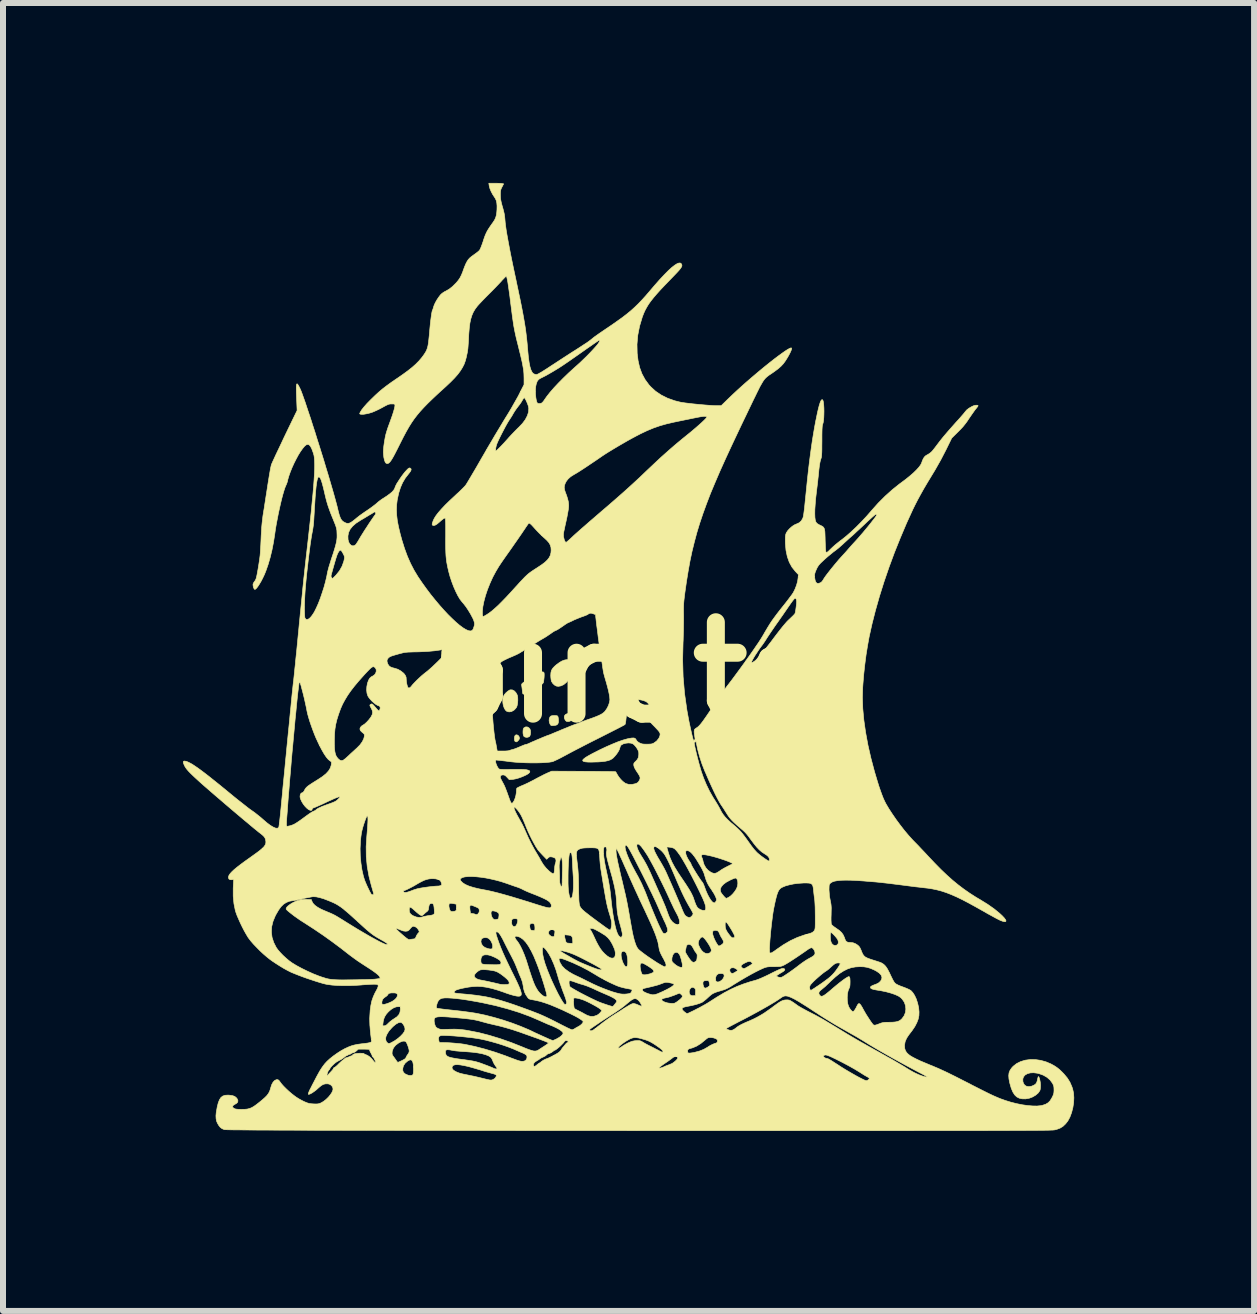
<source format=kicad_pcb>
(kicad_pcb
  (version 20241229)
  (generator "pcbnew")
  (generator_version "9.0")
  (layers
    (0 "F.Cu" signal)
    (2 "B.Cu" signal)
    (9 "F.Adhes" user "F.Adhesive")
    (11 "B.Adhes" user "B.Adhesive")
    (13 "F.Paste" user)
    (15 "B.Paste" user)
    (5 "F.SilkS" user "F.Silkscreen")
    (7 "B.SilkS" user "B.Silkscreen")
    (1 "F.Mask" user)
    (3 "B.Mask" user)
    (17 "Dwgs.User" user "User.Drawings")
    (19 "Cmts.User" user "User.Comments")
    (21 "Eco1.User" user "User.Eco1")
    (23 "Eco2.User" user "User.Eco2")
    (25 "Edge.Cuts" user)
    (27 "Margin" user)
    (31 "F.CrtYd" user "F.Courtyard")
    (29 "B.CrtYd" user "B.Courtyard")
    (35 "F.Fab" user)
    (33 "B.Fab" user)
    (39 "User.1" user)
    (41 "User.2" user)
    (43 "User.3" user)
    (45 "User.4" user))
  (footprint "pirate"
    (layer "F.Cu")
    (at 7.396 8.158)
    (property "Reference" "pirate" (at 0 0 0) (layer "F.SilkS") (effects (font (size 1.524 1.524) (thickness 0.3))))
    (attr through_hole)
    (fp_poly (pts (xy -1.81 1.051) (xy -1.794 1.069) (xy -1.787 1.093) (xy -1.786 1.099) (xy -1.792 1.118) (xy -1.807 1.138) (xy -1.825 1.154) (xy -1.839 1.16) (xy -1.855 1.154) (xy -1.861 1.15) (xy -1.868 1.134) (xy -1.871 1.108) (xy -1.869 1.081) (xy -1.863 1.059) (xy -1.862 1.058) (xy -1.848 1.044) (xy -1.829 1.042) (xy -1.81 1.051)) (stroke (width 0.01) (type solid)) (fill yes) (layer "F.SilkS"))
    (fp_poly (pts (xy -0.938 0.689) (xy -0.922 0.7) (xy -0.914 0.717) (xy -0.91 0.742) (xy -0.91 0.75) (xy -0.916 0.786) (xy -0.933 0.809) (xy -0.961 0.82) (xy -0.975 0.821) (xy -0.999 0.819) (xy -1.014 0.808) (xy -1.025 0.794) (xy -1.039 0.759) (xy -1.038 0.729) (xy -1.021 0.705) (xy -1.019 0.703) (xy -0.994 0.691) (xy -0.965 0.686) (xy -0.938 0.689)) (stroke (width 0.01) (type solid)) (fill yes) (layer "F.SilkS"))
    (fp_poly (pts (xy -1.631 0.923) (xy -1.612 0.944) (xy -1.603 0.968) (xy -1.601 0.998) (xy -1.603 1.03) (xy -1.611 1.057) (xy -1.622 1.072) (xy -1.646 1.082) (xy -1.675 1.084) (xy -1.701 1.076) (xy -1.714 1.065) (xy -1.722 1.044) (xy -1.727 1.014) (xy -1.727 0.981) (xy -1.724 0.951) (xy -1.716 0.931) (xy -1.714 0.928) (xy -1.687 0.911) (xy -1.658 0.91) (xy -1.631 0.923)) (stroke (width 0.01) (type solid)) (fill yes) (layer "F.SilkS"))
    (fp_poly (pts (xy -1.184 0.721) (xy -1.16 0.724) (xy -1.152 0.728) (xy -1.143 0.742) (xy -1.138 0.771) (xy -1.136 0.789) (xy -1.136 0.83) (xy -1.145 0.858) (xy -1.163 0.876) (xy -1.193 0.885) (xy -1.213 0.887) (xy -1.24 0.889) (xy -1.257 0.886) (xy -1.267 0.879) (xy -1.273 0.87) (xy -1.287 0.839) (xy -1.292 0.804) (xy -1.289 0.77) (xy -1.277 0.743) (xy -1.261 0.728) (xy -1.242 0.723) (xy -1.214 0.72) (xy -1.184 0.721)) (stroke (width 0.01) (type solid)) (fill yes) (layer "F.SilkS"))
    (fp_poly (pts (xy -1.906 0.293) (xy -1.875 0.308) (xy -1.847 0.336) (xy -1.826 0.373) (xy -1.819 0.393) (xy -1.815 0.425) (xy -1.814 0.467) (xy -1.817 0.511) (xy -1.824 0.551) (xy -1.833 0.579) (xy -1.848 0.6) (xy -1.87 0.624) (xy -1.881 0.633) (xy -1.921 0.655) (xy -1.96 0.66) (xy -1.998 0.65) (xy -2.021 0.629) (xy -2.04 0.596) (xy -2.055 0.555) (xy -2.063 0.509) (xy -2.065 0.462) (xy -2.059 0.419) (xy -2.054 0.402) (xy -2.037 0.371) (xy -2.011 0.341) (xy -1.98 0.314) (xy -1.951 0.296) (xy -1.939 0.292) (xy -1.906 0.293)) (stroke (width 0.01) (type solid)) (fill yes) (layer "F.SilkS"))
    (fp_poly (pts (xy -0.97 -0.206) (xy -0.954 -0.193) (xy -0.954 -0.193) (xy -0.932 -0.159) (xy -0.918 -0.111) (xy -0.912 -0.049) (xy -0.912 -0.037) (xy -0.913 0.002) (xy -0.919 0.033) (xy -0.931 0.063) (xy -0.934 0.069) (xy -0.967 0.125) (xy -1.006 0.17) (xy -1.049 0.205) (xy -1.094 0.226) (xy -1.138 0.234) (xy -1.172 0.229) (xy -1.204 0.211) (xy -1.233 0.182) (xy -1.253 0.149) (xy -1.254 0.146) (xy -1.259 0.122) (xy -1.263 0.089) (xy -1.265 0.053) (xy -1.265 0.052) (xy -1.262 0.006) (xy -1.253 -0.032) (xy -1.233 -0.065) (xy -1.202 -0.099) (xy -1.17 -0.127) (xy -1.121 -0.163) (xy -1.079 -0.188) (xy -1.041 -0.203) (xy -1.012 -0.209) (xy -0.987 -0.211) (xy -0.97 -0.206)) (stroke (width 0.01) (type solid)) (fill yes) (layer "F.SilkS"))
    (fp_poly (pts (xy -1.382 -0.001) (xy -1.376 0.009) (xy -1.374 0.027) (xy -1.374 0.056) (xy -1.376 0.091) (xy -1.38 0.126) (xy -1.384 0.156) (xy -1.389 0.174) (xy -1.4 0.189) (xy -1.424 0.209) (xy -1.458 0.233) (xy -1.498 0.259) (xy -1.543 0.286) (xy -1.588 0.311) (xy -1.631 0.333) (xy -1.669 0.35) (xy -1.699 0.361) (xy -1.715 0.364) (xy -1.725 0.362) (xy -1.731 0.354) (xy -1.735 0.337) (xy -1.738 0.307) (xy -1.742 0.273) (xy -1.746 0.242) (xy -1.749 0.223) (xy -1.751 0.21) (xy -1.749 0.198) (xy -1.742 0.187) (xy -1.727 0.174) (xy -1.703 0.156) (xy -1.668 0.133) (xy -1.643 0.117) (xy -1.6 0.091) (xy -1.555 0.065) (xy -1.51 0.041) (xy -1.469 0.02) (xy -1.434 0.004) (xy -1.408 -0.006) (xy -1.396 -0.008) (xy -1.382 -0.001)) (stroke (width 0.01) (type solid)) (fill yes) (layer "F.SilkS"))
    (fp_poly (pts (xy -2.158 -8.153) (xy -2.12 -8.152) (xy -2.09 -8.15) (xy -2.076 -8.148) (xy -2.05 -8.143) (xy -2.077 -8.091) (xy -2.09 -8.065) (xy -2.098 -8.043) (xy -2.102 -8.02) (xy -2.104 -7.989) (xy -2.104 -7.959) (xy -2.103 -7.923) (xy -2.101 -7.892) (xy -2.095 -7.859) (xy -2.087 -7.822) (xy -2.074 -7.774) (xy -2.068 -7.755) (xy -2.051 -7.692) (xy -2.039 -7.639) (xy -2.032 -7.59) (xy -2.028 -7.545) (xy -2.024 -7.499) (xy -2.017 -7.442) (xy -2.008 -7.376) (xy -1.995 -7.298) (xy -1.979 -7.209) (xy -1.96 -7.107) (xy -1.938 -6.991) (xy -1.912 -6.862) (xy -1.882 -6.718) (xy -1.848 -6.559) (xy -1.83 -6.473) (xy -1.8 -6.331) (xy -1.773 -6.203) (xy -1.75 -6.088) (xy -1.73 -5.984) (xy -1.713 -5.889) (xy -1.698 -5.801) (xy -1.685 -5.718) (xy -1.675 -5.639) (xy -1.666 -5.561) (xy -1.658 -5.483) (xy -1.651 -5.403) (xy -1.647 -5.355) (xy -1.637 -5.251) (xy -1.625 -5.165) (xy -1.611 -5.094) (xy -1.594 -5.04) (xy -1.574 -5.001) (xy -1.56 -4.984) (xy -1.539 -4.972) (xy -1.514 -4.965) (xy -1.506 -4.964) (xy -1.497 -4.966) (xy -1.484 -4.97) (xy -1.467 -4.978) (xy -1.445 -4.991) (xy -1.415 -5.008) (xy -1.377 -5.032) (xy -1.328 -5.063) (xy -1.269 -5.102) (xy -1.198 -5.148) (xy -1.128 -5.194) (xy -1.056 -5.241) (xy -0.985 -5.287) (xy -0.917 -5.331) (xy -0.855 -5.37) (xy -0.802 -5.404) (xy -0.762 -5.43) (xy -0.715 -5.461) (xy -0.67 -5.49) (xy -0.631 -5.517) (xy -0.601 -5.54) (xy -0.582 -5.555) (xy -0.58 -5.557) (xy -0.564 -5.57) (xy -0.536 -5.592) (xy -0.498 -5.619) (xy -0.453 -5.651) (xy -0.403 -5.685) (xy -0.356 -5.717) (xy -0.248 -5.79) (xy -0.154 -5.856) (xy -0.07 -5.916) (xy 0.005 -5.974) (xy 0.073 -6.03) (xy 0.136 -6.087) (xy 0.196 -6.145) (xy 0.255 -6.207) (xy 0.316 -6.274) (xy 0.377 -6.345) (xy 0.47 -6.454) (xy 0.554 -6.549) (xy 0.629 -6.629) (xy 0.695 -6.696) (xy 0.753 -6.749) (xy 0.802 -6.787) (xy 0.843 -6.813) (xy 0.875 -6.824) (xy 0.899 -6.822) (xy 0.915 -6.807) (xy 0.92 -6.794) (xy 0.922 -6.782) (xy 0.919 -6.767) (xy 0.91 -6.75) (xy 0.895 -6.728) (xy 0.873 -6.701) (xy 0.841 -6.666) (xy 0.8 -6.623) (xy 0.749 -6.57) (xy 0.721 -6.541) (xy 0.637 -6.454) (xy 0.564 -6.377) (xy 0.502 -6.308) (xy 0.449 -6.246) (xy 0.404 -6.189) (xy 0.366 -6.136) (xy 0.335 -6.085) (xy 0.308 -6.035) (xy 0.285 -5.984) (xy 0.264 -5.93) (xy 0.262 -5.925) (xy 0.216 -5.771) (xy 0.186 -5.619) (xy 0.173 -5.468) (xy 0.176 -5.319) (xy 0.191 -5.197) (xy 0.217 -5.081) (xy 0.256 -4.976) (xy 0.308 -4.88) (xy 0.373 -4.792) (xy 0.403 -4.759) (xy 0.484 -4.685) (xy 0.578 -4.622) (xy 0.684 -4.569) (xy 0.803 -4.527) (xy 0.895 -4.504) (xy 0.929 -4.498) (xy 0.977 -4.491) (xy 1.036 -4.484) (xy 1.102 -4.476) (xy 1.173 -4.469) (xy 1.245 -4.462) (xy 1.315 -4.456) (xy 1.381 -4.451) (xy 1.438 -4.447) (xy 1.485 -4.445) (xy 1.502 -4.445) (xy 1.577 -4.445) (xy 1.701 -4.566) (xy 1.77 -4.632) (xy 1.844 -4.701) (xy 1.921 -4.771) (xy 2 -4.841) (xy 2.081 -4.911) (xy 2.161 -4.979) (xy 2.241 -5.046) (xy 2.318 -5.109) (xy 2.393 -5.169) (xy 2.463 -5.224) (xy 2.528 -5.273) (xy 2.587 -5.316) (xy 2.638 -5.352) (xy 2.681 -5.38) (xy 2.715 -5.399) (xy 2.738 -5.408) (xy 2.749 -5.407) (xy 2.751 -5.394) (xy 2.743 -5.367) (xy 2.726 -5.329) (xy 2.7 -5.279) (xy 2.682 -5.248) (xy 2.648 -5.193) (xy 2.613 -5.145) (xy 2.573 -5.102) (xy 2.525 -5.06) (xy 2.466 -5.016) (xy 2.419 -4.983) (xy 2.375 -4.954) (xy 2.342 -4.929) (xy 2.316 -4.905) (xy 2.294 -4.88) (xy 2.272 -4.848) (xy 2.248 -4.807) (xy 2.232 -4.779) (xy 2.219 -4.756) (xy 2.201 -4.719) (xy 2.176 -4.669) (xy 2.147 -4.609) (xy 2.113 -4.54) (xy 2.076 -4.463) (xy 2.036 -4.38) (xy 1.994 -4.292) (xy 1.95 -4.201) (xy 1.906 -4.109) (xy 1.862 -4.016) (xy 1.819 -3.925) (xy 1.777 -3.836) (xy 1.738 -3.753) (xy 1.702 -3.675) (xy 1.669 -3.604) (xy 1.647 -3.556) (xy 1.556 -3.354) (xy 1.474 -3.163) (xy 1.399 -2.984) (xy 1.333 -2.812) (xy 1.273 -2.647) (xy 1.219 -2.487) (xy 1.171 -2.329) (xy 1.129 -2.172) (xy 1.09 -2.014) (xy 1.056 -1.853) (xy 1.026 -1.686) (xy 0.998 -1.513) (xy 0.972 -1.331) (xy 0.969 -1.308) (xy 0.962 -1.25) (xy 0.956 -1.2) (xy 0.952 -1.155) (xy 0.95 -1.111) (xy 0.949 -1.062) (xy 0.949 -1.005) (xy 0.95 -0.936) (xy 0.95 -0.936) (xy 0.95 -0.867) (xy 0.949 -0.787) (xy 0.948 -0.701) (xy 0.945 -0.615) (xy 0.943 -0.534) (xy 0.941 -0.5) (xy 0.934 -0.211) (xy 0.942 0.072) (xy 0.966 0.353) (xy 1.006 0.636) (xy 1.033 0.783) (xy 1.046 0.849) (xy 1.06 0.912) (xy 1.073 0.972) (xy 1.085 1.025) (xy 1.096 1.07) (xy 1.105 1.105) (xy 1.112 1.127) (xy 1.116 1.134) (xy 1.128 1.13) (xy 1.134 1.127) (xy 1.14 1.12) (xy 1.141 1.106) (xy 1.138 1.083) (xy 1.136 1.07) (xy 1.129 1.027) (xy 1.126 0.989) (xy 1.129 0.962) (xy 1.133 0.952) (xy 1.143 0.942) (xy 1.163 0.928) (xy 1.175 0.92) (xy 1.19 0.909) (xy 1.206 0.894) (xy 1.225 0.874) (xy 1.247 0.847) (xy 1.273 0.813) (xy 1.304 0.769) (xy 1.341 0.716) (xy 1.385 0.651) (xy 1.437 0.574) (xy 1.464 0.533) (xy 1.503 0.474) (xy 1.544 0.415) (xy 1.582 0.358) (xy 1.618 0.308) (xy 1.648 0.266) (xy 1.671 0.235) (xy 1.676 0.229) (xy 1.713 0.181) (xy 1.758 0.122) (xy 1.809 0.053) (xy 1.865 -0.023) (xy 1.924 -0.104) (xy 1.972 -0.17) (xy 2.083 -0.17) (xy 2.086 -0.162) (xy 2.096 -0.164) (xy 2.116 -0.175) (xy 2.127 -0.182) (xy 2.149 -0.199) (xy 2.175 -0.225) (xy 2.208 -0.261) (xy 2.247 -0.307) (xy 2.294 -0.364) (xy 2.348 -0.433) (xy 2.411 -0.514) (xy 2.464 -0.585) (xy 2.518 -0.656) (xy 2.564 -0.715) (xy 2.603 -0.764) (xy 2.637 -0.804) (xy 2.666 -0.838) (xy 2.693 -0.866) (xy 2.718 -0.889) (xy 2.748 -0.918) (xy 2.775 -0.944) (xy 2.795 -0.965) (xy 2.805 -0.977) (xy 2.81 -0.991) (xy 2.815 -1.012) (xy 2.82 -1.044) (xy 2.826 -1.088) (xy 2.833 -1.147) (xy 2.833 -1.148) (xy 2.834 -1.188) (xy 2.829 -1.217) (xy 2.817 -1.234) (xy 2.807 -1.236) (xy 2.799 -1.229) (xy 2.783 -1.211) (xy 2.761 -1.183) (xy 2.735 -1.147) (xy 2.71 -1.111) (xy 2.679 -1.066) (xy 2.641 -1.011) (xy 2.6 -0.951) (xy 2.557 -0.89) (xy 2.516 -0.831) (xy 2.504 -0.815) (xy 2.467 -0.762) (xy 2.431 -0.709) (xy 2.396 -0.658) (xy 2.367 -0.614) (xy 2.343 -0.578) (xy 2.335 -0.565) (xy 2.311 -0.527) (xy 2.286 -0.49) (xy 2.264 -0.458) (xy 2.254 -0.445) (xy 2.227 -0.409) (xy 2.199 -0.369) (xy 2.171 -0.326) (xy 2.143 -0.284) (xy 2.119 -0.244) (xy 2.1 -0.21) (xy 2.087 -0.185) (xy 2.083 -0.17) (xy 1.972 -0.17) (xy 1.984 -0.188) (xy 2.044 -0.271) (xy 2.088 -0.334) (xy 2.129 -0.393) (xy 2.162 -0.442) (xy 2.19 -0.482) (xy 2.213 -0.517) (xy 2.235 -0.551) (xy 2.256 -0.585) (xy 2.279 -0.623) (xy 2.305 -0.669) (xy 2.32 -0.694) (xy 2.355 -0.753) (xy 2.389 -0.808) (xy 2.424 -0.861) (xy 2.463 -0.915) (xy 2.506 -0.973) (xy 2.557 -1.039) (xy 2.617 -1.114) (xy 2.656 -1.163) (xy 2.692 -1.21) (xy 2.725 -1.254) (xy 2.753 -1.291) (xy 2.772 -1.319) (xy 2.779 -1.33) (xy 2.808 -1.388) (xy 2.833 -1.453) (xy 2.851 -1.518) (xy 2.859 -1.575) (xy 2.863 -1.621) (xy 3.134 -1.621) (xy 3.134 -1.593) (xy 3.135 -1.58) (xy 3.143 -1.533) (xy 3.156 -1.501) (xy 3.175 -1.484) (xy 3.201 -1.482) (xy 3.235 -1.495) (xy 3.235 -1.495) (xy 3.255 -1.511) (xy 3.274 -1.537) (xy 3.28 -1.547) (xy 3.293 -1.569) (xy 3.315 -1.601) (xy 3.345 -1.641) (xy 3.38 -1.686) (xy 3.419 -1.735) (xy 3.459 -1.784) (xy 3.499 -1.832) (xy 3.536 -1.876) (xy 3.57 -1.914) (xy 3.581 -1.926) (xy 3.613 -1.961) (xy 3.646 -1.997) (xy 3.675 -2.03) (xy 3.687 -2.044) (xy 3.708 -2.068) (xy 3.737 -2.101) (xy 3.771 -2.139) (xy 3.808 -2.179) (xy 3.828 -2.201) (xy 3.863 -2.24) (xy 3.901 -2.284) (xy 3.942 -2.331) (xy 3.983 -2.381) (xy 4.024 -2.43) (xy 4.062 -2.477) (xy 4.096 -2.521) (xy 4.126 -2.559) (xy 4.149 -2.59) (xy 4.164 -2.612) (xy 4.17 -2.624) (xy 4.17 -2.625) (xy 4.158 -2.632) (xy 4.152 -2.633) (xy 4.143 -2.628) (xy 4.124 -2.612) (xy 4.095 -2.587) (xy 4.06 -2.555) (xy 4.019 -2.518) (xy 3.975 -2.476) (xy 3.973 -2.474) (xy 3.925 -2.429) (xy 3.877 -2.384) (xy 3.832 -2.343) (xy 3.793 -2.306) (xy 3.761 -2.277) (xy 3.742 -2.261) (xy 3.708 -2.231) (xy 3.668 -2.194) (xy 3.628 -2.158) (xy 3.607 -2.138) (xy 3.572 -2.107) (xy 3.537 -2.076) (xy 3.505 -2.05) (xy 3.487 -2.036) (xy 3.45 -2.009) (xy 3.406 -1.973) (xy 3.357 -1.933) (xy 3.309 -1.891) (xy 3.266 -1.851) (xy 3.234 -1.821) (xy 3.202 -1.785) (xy 3.178 -1.747) (xy 3.159 -1.706) (xy 3.145 -1.671) (xy 3.137 -1.645) (xy 3.134 -1.621) (xy 2.863 -1.621) (xy 2.863 -1.63) (xy 2.813 -1.683) (xy 2.757 -1.753) (xy 2.712 -1.835) (xy 2.679 -1.928) (xy 2.657 -2.033) (xy 2.647 -2.146) (xy 2.646 -2.18) (xy 2.646 -2.226) (xy 2.647 -2.26) (xy 2.65 -2.284) (xy 2.654 -2.303) (xy 2.661 -2.321) (xy 2.667 -2.333) (xy 2.69 -2.366) (xy 2.723 -2.401) (xy 2.761 -2.434) (xy 2.8 -2.459) (xy 2.835 -2.474) (xy 2.877 -2.493) (xy 2.912 -2.525) (xy 2.937 -2.568) (xy 2.941 -2.58) (xy 2.946 -2.599) (xy 2.952 -2.633) (xy 2.958 -2.678) (xy 2.965 -2.732) (xy 2.971 -2.791) (xy 2.976 -2.841) (xy 2.995 -3.026) (xy 3.012 -3.196) (xy 3.029 -3.352) (xy 3.046 -3.495) (xy 3.063 -3.628) (xy 3.08 -3.752) (xy 3.097 -3.868) (xy 3.115 -3.978) (xy 3.133 -4.084) (xy 3.152 -4.186) (xy 3.162 -4.233) (xy 3.18 -4.322) (xy 3.197 -4.395) (xy 3.212 -4.453) (xy 3.226 -4.496) (xy 3.238 -4.525) (xy 3.25 -4.542) (xy 3.261 -4.546) (xy 3.268 -4.541) (xy 3.276 -4.525) (xy 3.282 -4.495) (xy 3.286 -4.455) (xy 3.289 -4.406) (xy 3.29 -4.354) (xy 3.289 -4.3) (xy 3.287 -4.249) (xy 3.283 -4.202) (xy 3.277 -4.163) (xy 3.269 -4.136) (xy 3.265 -4.123) (xy 3.262 -4.106) (xy 3.26 -4.083) (xy 3.258 -4.051) (xy 3.257 -4.009) (xy 3.256 -3.955) (xy 3.256 -3.887) (xy 3.256 -3.852) (xy 3.255 -3.778) (xy 3.255 -3.719) (xy 3.254 -3.672) (xy 3.252 -3.636) (xy 3.25 -3.609) (xy 3.248 -3.589) (xy 3.244 -3.573) (xy 3.241 -3.564) (xy 3.23 -3.53) (xy 3.221 -3.488) (xy 3.213 -3.437) (xy 3.205 -3.372) (xy 3.201 -3.323) (xy 3.197 -3.285) (xy 3.191 -3.234) (xy 3.185 -3.174) (xy 3.177 -3.109) (xy 3.169 -3.043) (xy 3.165 -3.01) (xy 3.152 -2.9) (xy 3.144 -2.802) (xy 3.138 -2.715) (xy 3.137 -2.642) (xy 3.139 -2.583) (xy 3.145 -2.538) (xy 3.153 -2.511) (xy 3.166 -2.491) (xy 3.184 -2.475) (xy 3.212 -2.459) (xy 3.223 -2.454) (xy 3.248 -2.442) (xy 3.268 -2.431) (xy 3.282 -2.418) (xy 3.293 -2.401) (xy 3.3 -2.378) (xy 3.305 -2.346) (xy 3.307 -2.304) (xy 3.309 -2.248) (xy 3.31 -2.202) (xy 3.312 -2.147) (xy 3.314 -2.099) (xy 3.316 -2.058) (xy 3.319 -2.028) (xy 3.321 -2.011) (xy 3.322 -2.009) (xy 3.329 -2.001) (xy 3.338 -2) (xy 3.352 -2.008) (xy 3.372 -2.026) (xy 3.401 -2.055) (xy 3.407 -2.06) (xy 3.435 -2.087) (xy 3.473 -2.121) (xy 3.517 -2.157) (xy 3.562 -2.193) (xy 3.586 -2.21) (xy 3.661 -2.27) (xy 3.742 -2.341) (xy 3.828 -2.422) (xy 3.915 -2.51) (xy 4.001 -2.602) (xy 4.084 -2.697) (xy 4.087 -2.701) (xy 4.194 -2.821) (xy 4.31 -2.937) (xy 4.429 -3.044) (xy 4.55 -3.141) (xy 4.587 -3.168) (xy 4.658 -3.221) (xy 4.723 -3.274) (xy 4.782 -3.325) (xy 4.832 -3.374) (xy 4.872 -3.418) (xy 4.9 -3.456) (xy 4.915 -3.484) (xy 4.932 -3.531) (xy 4.947 -3.564) (xy 4.963 -3.588) (xy 4.98 -3.606) (xy 5.002 -3.621) (xy 5.007 -3.623) (xy 5.033 -3.638) (xy 5.054 -3.652) (xy 5.072 -3.666) (xy 5.091 -3.684) (xy 5.111 -3.708) (xy 5.137 -3.741) (xy 5.17 -3.784) (xy 5.171 -3.786) (xy 5.225 -3.857) (xy 5.282 -3.928) (xy 5.345 -4.002) (xy 5.415 -4.082) (xy 5.494 -4.171) (xy 5.52 -4.199) (xy 5.555 -4.238) (xy 5.587 -4.275) (xy 5.615 -4.307) (xy 5.635 -4.332) (xy 5.645 -4.345) (xy 5.67 -4.374) (xy 5.706 -4.402) (xy 5.756 -4.431) (xy 5.764 -4.435) (xy 5.79 -4.446) (xy 5.817 -4.452) (xy 5.84 -4.453) (xy 5.856 -4.45) (xy 5.859 -4.444) (xy 5.854 -4.433) (xy 5.84 -4.414) (xy 5.827 -4.398) (xy 5.811 -4.379) (xy 5.789 -4.348) (xy 5.762 -4.31) (xy 5.733 -4.268) (xy 5.711 -4.236) (xy 5.674 -4.18) (xy 5.64 -4.135) (xy 5.606 -4.093) (xy 5.568 -4.052) (xy 5.524 -4.008) (xy 5.42 -3.905) (xy 5.322 -3.705) (xy 5.237 -3.541) (xy 5.14 -3.37) (xy 5.089 -3.286) (xy 5.018 -3.169) (xy 4.956 -3.064) (xy 4.901 -2.966) (xy 4.851 -2.874) (xy 4.806 -2.786) (xy 4.773 -2.719) (xy 4.666 -2.485) (xy 4.564 -2.244) (xy 4.466 -2) (xy 4.375 -1.754) (xy 4.291 -1.509) (xy 4.215 -1.267) (xy 4.148 -1.031) (xy 4.09 -0.803) (xy 4.043 -0.591) (xy 4.017 -0.447) (xy 3.992 -0.292) (xy 3.971 -0.13) (xy 3.953 0.033) (xy 3.94 0.191) (xy 3.936 0.248) (xy 3.931 0.42) (xy 3.937 0.604) (xy 3.955 0.798) (xy 3.984 1.001) (xy 4.023 1.213) (xy 4.073 1.432) (xy 4.133 1.658) (xy 4.178 1.809) (xy 4.207 1.902) (xy 4.234 1.98) (xy 4.258 2.046) (xy 4.28 2.102) (xy 4.302 2.15) (xy 4.324 2.193) (xy 4.372 2.274) (xy 4.43 2.363) (xy 4.494 2.456) (xy 4.563 2.549) (xy 4.633 2.639) (xy 4.703 2.722) (xy 4.77 2.796) (xy 4.809 2.836) (xy 4.833 2.86) (xy 4.866 2.894) (xy 4.905 2.936) (xy 4.949 2.982) (xy 4.994 3.03) (xy 5.027 3.066) (xy 5.138 3.183) (xy 5.241 3.288) (xy 5.34 3.382) (xy 5.435 3.467) (xy 5.529 3.544) (xy 5.624 3.616) (xy 5.722 3.684) (xy 5.825 3.75) (xy 5.895 3.791) (xy 6.018 3.867) (xy 6.126 3.943) (xy 6.218 4.018) (xy 6.259 4.056) (xy 6.295 4.094) (xy 6.317 4.124) (xy 6.325 4.144) (xy 6.319 4.155) (xy 6.299 4.157) (xy 6.266 4.149) (xy 6.225 4.133) (xy 6.203 4.122) (xy 6.169 4.105) (xy 6.125 4.081) (xy 6.074 4.053) (xy 6.017 4.022) (xy 5.959 3.988) (xy 5.944 3.98) (xy 5.816 3.908) (xy 5.701 3.845) (xy 5.596 3.79) (xy 5.501 3.744) (xy 5.412 3.705) (xy 5.33 3.673) (xy 5.251 3.647) (xy 5.175 3.627) (xy 5.1 3.611) (xy 5.024 3.599) (xy 4.978 3.594) (xy 4.934 3.589) (xy 4.878 3.582) (xy 4.813 3.575) (xy 4.743 3.566) (xy 4.674 3.557) (xy 4.636 3.552) (xy 4.534 3.539) (xy 4.446 3.528) (xy 4.367 3.518) (xy 4.294 3.51) (xy 4.224 3.502) (xy 4.152 3.495) (xy 4.076 3.489) (xy 3.991 3.482) (xy 3.958 3.479) (xy 3.84 3.471) (xy 3.737 3.466) (xy 3.649 3.465) (xy 3.575 3.467) (xy 3.514 3.473) (xy 3.465 3.482) (xy 3.428 3.495) (xy 3.401 3.512) (xy 3.395 3.518) (xy 3.385 3.53) (xy 3.379 3.542) (xy 3.376 3.559) (xy 3.375 3.585) (xy 3.374 3.624) (xy 3.374 3.627) (xy 3.382 3.734) (xy 3.395 3.802) (xy 3.402 3.837) (xy 3.407 3.867) (xy 3.41 3.896) (xy 3.412 3.929) (xy 3.411 3.97) (xy 3.41 4.022) (xy 3.41 4.033) (xy 3.408 4.087) (xy 3.408 4.133) (xy 3.41 4.17) (xy 3.412 4.193) (xy 3.413 4.198) (xy 3.426 4.216) (xy 3.454 4.239) (xy 3.497 4.269) (xy 3.497 4.269) (xy 3.547 4.304) (xy 3.585 4.34) (xy 3.612 4.379) (xy 3.633 4.426) (xy 3.638 4.442) (xy 3.65 4.472) (xy 3.667 4.491) (xy 3.692 4.501) (xy 3.729 4.504) (xy 3.736 4.504) (xy 3.773 4.508) (xy 3.808 4.521) (xy 3.823 4.529) (xy 3.852 4.548) (xy 3.874 4.568) (xy 3.892 4.595) (xy 3.909 4.632) (xy 3.92 4.661) (xy 3.936 4.697) (xy 3.955 4.724) (xy 3.981 4.747) (xy 4.017 4.765) (xy 4.066 4.783) (xy 4.081 4.788) (xy 4.122 4.801) (xy 4.166 4.815) (xy 4.202 4.827) (xy 4.207 4.828) (xy 4.25 4.845) (xy 4.286 4.868) (xy 4.318 4.9) (xy 4.347 4.943) (xy 4.377 5) (xy 4.379 5.003) (xy 4.404 5.057) (xy 4.424 5.098) (xy 4.439 5.128) (xy 4.451 5.149) (xy 4.46 5.164) (xy 4.469 5.175) (xy 4.477 5.184) (xy 4.48 5.187) (xy 4.498 5.199) (xy 4.529 5.215) (xy 4.57 5.232) (xy 4.606 5.245) (xy 4.648 5.261) (xy 4.686 5.277) (xy 4.717 5.292) (xy 4.736 5.303) (xy 4.737 5.303) (xy 4.77 5.338) (xy 4.801 5.386) (xy 4.829 5.446) (xy 4.851 5.514) (xy 4.868 5.588) (xy 4.869 5.597) (xy 4.875 5.661) (xy 4.873 5.722) (xy 4.861 5.781) (xy 4.838 5.841) (xy 4.805 5.905) (xy 4.759 5.973) (xy 4.703 6.046) (xy 4.667 6.101) (xy 4.643 6.158) (xy 4.633 6.215) (xy 4.636 6.269) (xy 4.647 6.304) (xy 4.661 6.328) (xy 4.679 6.351) (xy 4.705 6.374) (xy 4.738 6.398) (xy 4.781 6.422) (xy 4.834 6.449) (xy 4.9 6.48) (xy 4.979 6.513) (xy 5.055 6.545) (xy 5.103 6.564) (xy 5.147 6.583) (xy 5.188 6.6) (xy 5.228 6.618) (xy 5.269 6.637) (xy 5.313 6.657) (xy 5.361 6.68) (xy 5.415 6.707) (xy 5.476 6.737) (xy 5.547 6.773) (xy 5.629 6.815) (xy 5.724 6.863) (xy 5.757 6.881) (xy 5.85 6.928) (xy 5.929 6.968) (xy 5.997 7.002) (xy 6.056 7.031) (xy 6.107 7.055) (xy 6.152 7.075) (xy 6.194 7.093) (xy 6.233 7.109) (xy 6.273 7.123) (xy 6.311 7.137) (xy 6.405 7.166) (xy 6.5 7.19) (xy 6.594 7.209) (xy 6.684 7.222) (xy 6.768 7.229) (xy 6.843 7.23) (xy 6.906 7.224) (xy 6.933 7.218) (xy 6.987 7.2) (xy 7.028 7.175) (xy 7.061 7.141) (xy 7.09 7.093) (xy 7.091 7.092) (xy 7.108 7.057) (xy 7.118 7.031) (xy 7.123 7.006) (xy 7.125 6.977) (xy 7.125 6.961) (xy 7.124 6.924) (xy 7.12 6.897) (xy 7.111 6.873) (xy 7.1 6.851) (xy 7.061 6.798) (xy 7.009 6.752) (xy 6.945 6.715) (xy 6.872 6.689) (xy 6.846 6.683) (xy 6.784 6.675) (xy 6.728 6.678) (xy 6.681 6.691) (xy 6.644 6.712) (xy 6.618 6.742) (xy 6.605 6.778) (xy 6.606 6.82) (xy 6.616 6.853) (xy 6.637 6.883) (xy 6.667 6.901) (xy 6.706 6.907) (xy 6.75 6.9) (xy 6.788 6.884) (xy 6.815 6.867) (xy 6.832 6.846) (xy 6.844 6.815) (xy 6.85 6.788) (xy 6.857 6.756) (xy 6.864 6.74) (xy 6.87 6.741) (xy 6.878 6.758) (xy 6.888 6.792) (xy 6.896 6.832) (xy 6.9 6.876) (xy 6.899 6.918) (xy 6.895 6.954) (xy 6.888 6.975) (xy 6.86 7.014) (xy 6.819 7.049) (xy 6.768 7.079) (xy 6.713 7.1) (xy 6.657 7.11) (xy 6.652 7.111) (xy 6.594 7.11) (xy 6.545 7.099) (xy 6.503 7.077) (xy 6.468 7.043) (xy 6.438 6.995) (xy 6.412 6.933) (xy 6.39 6.856) (xy 6.387 6.845) (xy 6.374 6.779) (xy 6.37 6.724) (xy 6.375 6.678) (xy 6.391 6.637) (xy 6.417 6.598) (xy 6.443 6.569) (xy 6.501 6.523) (xy 6.569 6.489) (xy 6.645 6.466) (xy 6.728 6.455) (xy 6.815 6.456) (xy 6.904 6.469) (xy 6.993 6.494) (xy 7.073 6.528) (xy 7.126 6.557) (xy 7.172 6.587) (xy 7.215 6.621) (xy 7.26 6.664) (xy 7.289 6.694) (xy 7.346 6.762) (xy 7.39 6.832) (xy 7.423 6.908) (xy 7.435 6.943) (xy 7.451 7.014) (xy 7.456 7.093) (xy 7.452 7.176) (xy 7.439 7.259) (xy 7.418 7.34) (xy 7.39 7.415) (xy 7.355 7.48) (xy 7.318 7.527) (xy 7.274 7.569) (xy 7.227 7.598) (xy 7.174 7.618) (xy 7.14 7.627) (xy 7.134 7.628) (xy 7.126 7.629) (xy 7.116 7.63) (xy 7.104 7.631) (xy 7.088 7.631) (xy 7.069 7.632) (xy 7.046 7.633) (xy 7.018 7.634) (xy 6.986 7.634) (xy 6.948 7.635) (xy 6.904 7.635) (xy 6.855 7.636) (xy 6.799 7.636) (xy 6.735 7.637) (xy 6.665 7.637) (xy 6.586 7.638) (xy 6.5 7.638) (xy 6.404 7.638) (xy 6.3 7.639) (xy 6.186 7.639) (xy 6.061 7.639) (xy 5.927 7.64) (xy 5.781 7.64) (xy 5.625 7.64) (xy 5.456 7.64) (xy 5.275 7.64) (xy 5.082 7.64) (xy 4.876 7.64) (xy 4.656 7.641) (xy 4.423 7.641) (xy 4.175 7.641) (xy 3.912 7.641) (xy 3.635 7.641) (xy 3.341 7.641) (xy 3.032 7.641) (xy 2.706 7.641) (xy 2.671 7.641) (xy 2.375 7.641) (xy 2.073 7.641) (xy 1.767 7.641) (xy 1.457 7.641) (xy 1.144 7.641) (xy 0.829 7.641) (xy 0.513 7.641) (xy 0.197 7.641) (xy -0.117 7.64) (xy -0.43 7.64) (xy -0.739 7.64) (xy -1.045 7.64) (xy -1.346 7.64) (xy -1.642 7.64) (xy -1.93 7.639) (xy -2.211 7.639) (xy -2.483 7.639) (xy -2.746 7.639) (xy -2.998 7.638) (xy -3.239 7.638) (xy -3.468 7.638) (xy -3.683 7.638) (xy -3.883 7.637) (xy -4.069 7.637) (xy -4.204 7.637) (xy -4.471 7.636) (xy -4.723 7.636) (xy -4.957 7.635) (xy -5.176 7.635) (xy -5.379 7.634) (xy -5.566 7.633) (xy -5.738 7.633) (xy -5.895 7.632) (xy -6.037 7.631) (xy -6.164 7.631) (xy -6.278 7.63) (xy -6.377 7.629) (xy -6.463 7.628) (xy -6.536 7.628) (xy -6.595 7.627) (xy -6.641 7.626) (xy -6.675 7.625) (xy -6.697 7.624) (xy -6.707 7.623) (xy -6.707 7.623) (xy -6.745 7.607) (xy -6.775 7.584) (xy -6.801 7.551) (xy -6.822 7.514) (xy -6.837 7.478) (xy -6.844 7.438) (xy -6.846 7.392) (xy -6.841 7.337) (xy -6.829 7.27) (xy -6.824 7.241) (xy -6.807 7.175) (xy -6.787 7.125) (xy -6.763 7.088) (xy -6.732 7.064) (xy -6.693 7.051) (xy -6.644 7.048) (xy -6.617 7.05) (xy -6.569 7.057) (xy -6.533 7.07) (xy -6.507 7.091) (xy -6.492 7.11) (xy -6.48 7.139) (xy -6.483 7.164) (xy -6.501 7.184) (xy -6.526 7.199) (xy -6.556 7.217) (xy -6.569 7.235) (xy -6.565 7.253) (xy -6.545 7.269) (xy -6.543 7.27) (xy -6.526 7.278) (xy -6.504 7.282) (xy -6.473 7.285) (xy -6.43 7.286) (xy -6.422 7.286) (xy -6.369 7.285) (xy -6.325 7.281) (xy -6.287 7.272) (xy -6.252 7.258) (xy -6.215 7.237) (xy -6.173 7.207) (xy -6.128 7.172) (xy -6.073 7.127) (xy -6.031 7.09) (xy -5.998 7.057) (xy -5.975 7.027) (xy -5.957 6.996) (xy -5.944 6.964) (xy -5.934 6.929) (xy -5.917 6.875) (xy -5.894 6.833) (xy -5.868 6.805) (xy -5.839 6.791) (xy -5.829 6.79) (xy -5.812 6.792) (xy -5.798 6.801) (xy -5.783 6.819) (xy -5.774 6.833) (xy -5.751 6.863) (xy -5.717 6.901) (xy -5.676 6.942) (xy -5.63 6.985) (xy -5.583 7.025) (xy -5.537 7.061) (xy -5.508 7.082) (xy -5.467 7.108) (xy -5.422 7.133) (xy -5.379 7.155) (xy -5.365 7.161) (xy -5.326 7.177) (xy -5.293 7.187) (xy -5.258 7.192) (xy -5.218 7.195) (xy -5.179 7.196) (xy -5.152 7.195) (xy -5.129 7.191) (xy -5.106 7.183) (xy -5.093 7.177) (xy -5.052 7.153) (xy -5.01 7.12) (xy -4.971 7.082) (xy -4.938 7.042) (xy -4.912 7.002) (xy -4.897 6.966) (xy -4.894 6.945) (xy -4.902 6.912) (xy -4.923 6.885) (xy -4.954 6.866) (xy -4.98 6.86) (xy -5.018 6.86) (xy -5.053 6.868) (xy -5.088 6.887) (xy -5.126 6.918) (xy -5.144 6.934) (xy -5.176 6.963) (xy -5.212 6.99) (xy -5.246 7.013) (xy -5.276 7.029) (xy -5.298 7.036) (xy -5.3 7.036) (xy -5.305 7.034) (xy -5.307 7.027) (xy -5.304 7.015) (xy -5.296 6.994) (xy -5.283 6.964) (xy -5.262 6.924) (xy -5.235 6.87) (xy -5.216 6.834) (xy -5.182 6.768) (xy -5.155 6.717) (xy -4.995 6.717) (xy -4.994 6.73) (xy -4.989 6.727) (xy -4.984 6.719) (xy -4.973 6.706) (xy -4.955 6.685) (xy -4.931 6.66) (xy -4.93 6.659) (xy -4.908 6.635) (xy -4.892 6.615) (xy -4.887 6.604) (xy -3.732 6.604) (xy -3.731 6.641) (xy -3.72 6.669) (xy -3.695 6.692) (xy -3.673 6.704) (xy -3.637 6.718) (xy -3.604 6.722) (xy -3.577 6.718) (xy -3.563 6.708) (xy -3.558 6.695) (xy -3.554 6.671) (xy -3.553 6.633) (xy -3.553 6.605) (xy -3.554 6.579) (xy -2.91 6.579) (xy -2.909 6.603) (xy -2.892 6.627) (xy -2.885 6.633) (xy -2.855 6.653) (xy -2.82 6.669) (xy -2.779 6.684) (xy -2.726 6.697) (xy -2.662 6.71) (xy -2.61 6.721) (xy -2.554 6.732) (xy -2.502 6.744) (xy -2.46 6.754) (xy -2.398 6.769) (xy -2.35 6.781) (xy -2.314 6.789) (xy -2.288 6.795) (xy -2.269 6.797) (xy -2.254 6.797) (xy -2.242 6.794) (xy -2.23 6.79) (xy -2.223 6.787) (xy -2.196 6.769) (xy -2.18 6.747) (xy -2.171 6.728) (xy -2.171 6.718) (xy -2.179 6.71) (xy -2.18 6.709) (xy -2.196 6.701) (xy -2.222 6.692) (xy -2.238 6.688) (xy -2.26 6.682) (xy -2.295 6.672) (xy -2.339 6.66) (xy -2.389 6.645) (xy -2.438 6.629) (xy -2.543 6.598) (xy -2.632 6.573) (xy -2.708 6.556) (xy -2.77 6.545) (xy -2.82 6.54) (xy -2.858 6.542) (xy -2.885 6.55) (xy -2.895 6.557) (xy -2.91 6.579) (xy -3.554 6.579) (xy -3.555 6.545) (xy -3.563 6.502) (xy -3.575 6.474) (xy -3.593 6.461) (xy -3.616 6.462) (xy -3.645 6.477) (xy -3.649 6.479) (xy -3.692 6.516) (xy -3.72 6.559) (xy -3.732 6.604) (xy -4.887 6.604) (xy -4.885 6.601) (xy -4.885 6.6) (xy -4.878 6.589) (xy -4.871 6.587) (xy -4.859 6.581) (xy -4.84 6.566) (xy -4.816 6.544) (xy -4.806 6.533) (xy -4.779 6.507) (xy -4.753 6.483) (xy -4.733 6.467) (xy -4.729 6.464) (xy -4.71 6.45) (xy -4.697 6.438) (xy -4.696 6.437) (xy -4.683 6.427) (xy -4.675 6.426) (xy -4.659 6.422) (xy -4.636 6.413) (xy -4.627 6.409) (xy -4.604 6.399) (xy -4.587 6.393) (xy -4.583 6.393) (xy -4.572 6.386) (xy -4.569 6.38) (xy -4.559 6.37) (xy -4.538 6.361) (xy -4.532 6.359) (xy -4.509 6.355) (xy -4.479 6.352) (xy -4.447 6.35) (xy -4.416 6.351) (xy -4.392 6.352) (xy -4.379 6.356) (xy -4.377 6.358) (xy -4.37 6.365) (xy -4.355 6.371) (xy -4.322 6.384) (xy -4.287 6.407) (xy -4.257 6.434) (xy -4.249 6.443) (xy -4.221 6.478) (xy -4.2 6.5) (xy -4.187 6.508) (xy -4.184 6.507) (xy -4.183 6.498) (xy -4.189 6.479) (xy -4.2 6.457) (xy -4.212 6.434) (xy -4.224 6.418) (xy -4.231 6.412) (xy -4.241 6.401) (xy -4.242 6.394) (xy -4.246 6.378) (xy -4.256 6.359) (xy -3.91 6.359) (xy -3.904 6.38) (xy -3.889 6.403) (xy -3.868 6.431) (xy -3.847 6.461) (xy -3.842 6.468) (xy -3.828 6.488) (xy -3.817 6.5) (xy -3.814 6.502) (xy -3.805 6.499) (xy -3.784 6.49) (xy -3.756 6.477) (xy -3.747 6.473) (xy -3.714 6.456) (xy -3.693 6.442) (xy -3.681 6.428) (xy -3.676 6.417) (xy -3.664 6.393) (xy -3.647 6.368) (xy -3.645 6.366) (xy -3.63 6.341) (xy -3.628 6.332) (xy -3.021 6.332) (xy -3.018 6.354) (xy -3.012 6.373) (xy -3.003 6.388) (xy -2.987 6.401) (xy -2.964 6.412) (xy -2.932 6.422) (xy -2.888 6.431) (xy -2.832 6.441) (xy -2.761 6.451) (xy -2.72 6.456) (xy -2.636 6.468) (xy -2.568 6.479) (xy -2.513 6.491) (xy -2.472 6.503) (xy -2.432 6.516) (xy -2.387 6.533) (xy -2.341 6.55) (xy -2.297 6.567) (xy -2.259 6.582) (xy -2.229 6.595) (xy -2.213 6.603) (xy -2.194 6.61) (xy -2.174 6.612) (xy -2.161 6.608) (xy -2.159 6.603) (xy -2.162 6.596) (xy 0.538 6.596) (xy 0.549 6.599) (xy 0.571 6.595) (xy 0.599 6.586) (xy 0.63 6.573) (xy 0.631 6.572) (xy 0.658 6.56) (xy 0.693 6.547) (xy 0.715 6.539) (xy 0.762 6.519) (xy 0.806 6.486) (xy 0.81 6.483) (xy 0.837 6.456) (xy 0.851 6.437) (xy 0.853 6.423) (xy 0.843 6.412) (xy 0.838 6.409) (xy 0.812 6.404) (xy 0.782 6.415) (xy 0.762 6.43) (xy 0.747 6.442) (xy 0.722 6.46) (xy 0.689 6.484) (xy 0.651 6.51) (xy 0.637 6.519) (xy 0.601 6.544) (xy 0.571 6.566) (xy 0.549 6.583) (xy 0.538 6.593) (xy 0.538 6.596) (xy -2.162 6.596) (xy -2.164 6.592) (xy -2.177 6.573) (xy -2.188 6.559) (xy -2.196 6.546) (xy -1.555 6.546) (xy -1.554 6.553) (xy -1.545 6.567) (xy -1.53 6.568) (xy -1.508 6.555) (xy -1.491 6.54) (xy -1.471 6.524) (xy -1.455 6.513) (xy -1.449 6.511) (xy -1.437 6.505) (xy -1.433 6.5) (xy -1.422 6.49) (xy -1.402 6.476) (xy -1.377 6.461) (xy -1.354 6.45) (xy -1.338 6.443) (xy -1.336 6.443) (xy -1.323 6.439) (xy -1.3 6.429) (xy -1.269 6.414) (xy -1.237 6.397) (xy 3.278 6.397) (xy 3.279 6.405) (xy 3.292 6.417) (xy 3.292 6.418) (xy 3.312 6.43) (xy 3.329 6.435) (xy 3.339 6.436) (xy 3.352 6.44) (xy 3.369 6.447) (xy 3.391 6.46) (xy 3.423 6.479) (xy 3.464 6.506) (xy 3.516 6.539) (xy 3.574 6.577) (xy 3.635 6.615) (xy 3.697 6.652) (xy 3.759 6.688) (xy 3.817 6.721) (xy 3.87 6.75) (xy 3.917 6.774) (xy 3.955 6.793) (xy 3.982 6.804) (xy 3.995 6.807) (xy 4.013 6.803) (xy 4.028 6.794) (xy 4.044 6.779) (xy 4.044 6.765) (xy 4.027 6.751) (xy 4.015 6.745) (xy 3.996 6.734) (xy 3.966 6.717) (xy 3.931 6.695) (xy 3.895 6.672) (xy 3.807 6.618) (xy 3.706 6.561) (xy 3.595 6.502) (xy 3.476 6.442) (xy 3.475 6.442) (xy 3.421 6.416) (xy 3.38 6.398) (xy 3.349 6.386) (xy 3.326 6.38) (xy 3.31 6.379) (xy 3.297 6.383) (xy 3.289 6.388) (xy 3.278 6.397) (xy -1.237 6.397) (xy -1.234 6.396) (xy -1.199 6.377) (xy -1.167 6.359) (xy -1.142 6.344) (xy -1.136 6.34) (xy -1.113 6.321) (xy -1.095 6.301) (xy -1.09 6.293) (xy -1.077 6.271) (xy -1.068 6.26) (xy -0.141 6.26) (xy -0.138 6.265) (xy -0.129 6.265) (xy -0.113 6.26) (xy -0.091 6.247) (xy -0.079 6.239) (xy -0.057 6.223) (xy -0.024 6.204) (xy 0.013 6.184) (xy 0.025 6.178) (xy 0.066 6.16) (xy 0.098 6.149) (xy 0.13 6.143) (xy 0.161 6.14) (xy 0.194 6.139) (xy 0.218 6.141) (xy 0.237 6.147) (xy 0.26 6.159) (xy 0.275 6.168) (xy 0.305 6.186) (xy 0.344 6.207) (xy 0.387 6.229) (xy 0.411 6.241) (xy 0.451 6.261) (xy 0.491 6.282) (xy 0.525 6.299) (xy 0.541 6.308) (xy 0.57 6.323) (xy 0.587 6.331) (xy 0.598 6.332) (xy 0.604 6.326) (xy 0.606 6.324) (xy 0.606 6.316) (xy 1.016 6.316) (xy 1.018 6.333) (xy 1.024 6.343) (xy 1.039 6.348) (xy 1.062 6.347) (xy 1.098 6.342) (xy 1.139 6.334) (xy 1.217 6.313) (xy 1.287 6.285) (xy 1.355 6.246) (xy 1.364 6.239) (xy 1.398 6.219) (xy 1.435 6.201) (xy 1.464 6.189) (xy 1.491 6.181) (xy 1.505 6.173) (xy 1.512 6.162) (xy 1.514 6.148) (xy 1.514 6.131) (xy 1.507 6.12) (xy 1.49 6.109) (xy 1.48 6.104) (xy 1.445 6.093) (xy 1.406 6.088) (xy 1.399 6.088) (xy 1.375 6.089) (xy 1.357 6.093) (xy 1.339 6.104) (xy 1.316 6.123) (xy 1.31 6.128) (xy 1.238 6.187) (xy 1.168 6.231) (xy 1.102 6.259) (xy 1.078 6.266) (xy 1.045 6.275) (xy 1.026 6.286) (xy 1.017 6.301) (xy 1.016 6.316) (xy 0.606 6.316) (xy 0.606 6.315) (xy 0.598 6.302) (xy 0.579 6.284) (xy 0.549 6.26) (xy 0.505 6.229) (xy 0.5 6.225) (xy 0.447 6.19) (xy 0.402 6.164) (xy 0.359 6.143) (xy 0.312 6.126) (xy 0.256 6.11) (xy 0.254 6.109) (xy 0.202 6.096) (xy 0.16 6.09) (xy 0.127 6.089) (xy 0.096 6.096) (xy 0.063 6.108) (xy 0.055 6.112) (xy 0.022 6.13) (xy -0.016 6.153) (xy -0.054 6.179) (xy -0.088 6.204) (xy -0.115 6.227) (xy -0.132 6.245) (xy -0.133 6.246) (xy -0.141 6.26) (xy -1.068 6.26) (xy -1.06 6.249) (xy -1.058 6.248) (xy -1.038 6.224) (xy -1.018 6.199) (xy -1.017 6.198) (xy -1.002 6.181) (xy -0.988 6.173) (xy -0.986 6.172) (xy -0.975 6.167) (xy -0.975 6.155) (xy -0.985 6.145) (xy -0.987 6.143) (xy -1.013 6.139) (xy -1.033 6.149) (xy -1.042 6.162) (xy -1.054 6.178) (xy -1.075 6.2) (xy -1.101 6.226) (xy -1.129 6.251) (xy -1.156 6.273) (xy -1.179 6.29) (xy -1.194 6.299) (xy -1.196 6.299) (xy -1.212 6.305) (xy -1.22 6.313) (xy -1.235 6.325) (xy -1.258 6.34) (xy -1.283 6.352) (xy -1.302 6.358) (xy -1.306 6.359) (xy -1.319 6.364) (xy -1.335 6.378) (xy -1.336 6.379) (xy -1.356 6.395) (xy -1.383 6.41) (xy -1.395 6.415) (xy -1.421 6.427) (xy -1.443 6.44) (xy -1.449 6.445) (xy -1.466 6.458) (xy -1.49 6.472) (xy -1.498 6.477) (xy -1.53 6.498) (xy -1.549 6.522) (xy -1.555 6.546) (xy -2.196 6.546) (xy -2.208 6.528) (xy -2.225 6.493) (xy -2.23 6.48) (xy -2.242 6.452) (xy -2.257 6.427) (xy -2.264 6.419) (xy -2.297 6.396) (xy -2.346 6.376) (xy -2.409 6.358) (xy -2.485 6.344) (xy -2.572 6.333) (xy -2.67 6.325) (xy -2.687 6.324) (xy -2.742 6.321) (xy -2.795 6.316) (xy -2.842 6.312) (xy -2.88 6.307) (xy -2.902 6.303) (xy -2.95 6.294) (xy -2.985 6.291) (xy -3.007 6.296) (xy -3.018 6.309) (xy -3.021 6.332) (xy -3.628 6.332) (xy -3.624 6.316) (xy -3.624 6.315) (xy -3.627 6.292) (xy -3.635 6.261) (xy -3.646 6.227) (xy -3.659 6.195) (xy -3.671 6.17) (xy -3.681 6.157) (xy -3.707 6.147) (xy -3.742 6.151) (xy -3.785 6.17) (xy -3.802 6.18) (xy -3.852 6.218) (xy -3.887 6.262) (xy -3.906 6.311) (xy -3.909 6.331) (xy -3.91 6.359) (xy -4.256 6.359) (xy -4.257 6.356) (xy -4.263 6.346) (xy -4.276 6.322) (xy -4.283 6.303) (xy -4.284 6.297) (xy -4.286 6.291) (xy -4.293 6.286) (xy -4.307 6.284) (xy -4.333 6.283) (xy -4.373 6.282) (xy -4.378 6.282) (xy -4.473 6.282) (xy -4.505 6.312) (xy -4.528 6.329) (xy -4.55 6.34) (xy -4.558 6.342) (xy -4.579 6.347) (xy -4.589 6.354) (xy -4.605 6.365) (xy -4.614 6.367) (xy -4.632 6.372) (xy -4.644 6.379) (xy -4.661 6.389) (xy -4.671 6.392) (xy -4.682 6.398) (xy -4.7 6.411) (xy -4.706 6.417) (xy -4.731 6.436) (xy -4.761 6.455) (xy -4.769 6.459) (xy -4.798 6.474) (xy -4.825 6.489) (xy -4.832 6.493) (xy -4.852 6.507) (xy -4.876 6.527) (xy -4.9 6.55) (xy -4.922 6.573) (xy -4.938 6.592) (xy -4.945 6.604) (xy -4.945 6.604) (xy -4.95 6.617) (xy -4.961 6.628) (xy -4.976 6.649) (xy -4.988 6.679) (xy -4.995 6.71) (xy -4.995 6.717) (xy -5.155 6.717) (xy -5.154 6.716) (xy -5.131 6.674) (xy -5.111 6.639) (xy -5.093 6.611) (xy -5.076 6.585) (xy -5.058 6.56) (xy -5.037 6.533) (xy -5.032 6.526) (xy -4.995 6.486) (xy -4.946 6.441) (xy -4.888 6.395) (xy -4.825 6.35) (xy -4.761 6.309) (xy -4.698 6.274) (xy -4.689 6.27) (xy -4.637 6.246) (xy -4.588 6.227) (xy -4.539 6.213) (xy -4.485 6.202) (xy -4.42 6.193) (xy -4.39 6.19) (xy -4.351 6.185) (xy -4.314 6.18) (xy -4.287 6.174) (xy -4.278 6.172) (xy -4.26 6.164) (xy -4.253 6.153) (xy -4.254 6.133) (xy -4.254 6.131) (xy -4.256 6.117) (xy -4.018 6.117) (xy -4.008 6.151) (xy -3.997 6.167) (xy -3.98 6.182) (xy -3.965 6.188) (xy -3.945 6.184) (xy -3.918 6.171) (xy -3.863 6.14) (xy -3.812 6.103) (xy -3.796 6.09) (xy -3.136 6.09) (xy -3.134 6.122) (xy -3.132 6.134) (xy -3.122 6.172) (xy -3.062 6.172) (xy -3.01 6.173) (xy -2.948 6.176) (xy -2.883 6.181) (xy -2.818 6.187) (xy -2.758 6.193) (xy -2.709 6.2) (xy -2.692 6.203) (xy -2.531 6.237) (xy -2.362 6.281) (xy -2.191 6.333) (xy -2.022 6.392) (xy -1.994 6.403) (xy -1.929 6.428) (xy -1.877 6.447) (xy -1.837 6.462) (xy -1.807 6.472) (xy -1.783 6.479) (xy -1.765 6.483) (xy -1.75 6.485) (xy -1.737 6.485) (xy -1.708 6.482) (xy -1.686 6.47) (xy -1.68 6.465) (xy -1.664 6.439) (xy -1.66 6.409) (xy -1.669 6.383) (xy -1.67 6.382) (xy -1.683 6.372) (xy -1.706 6.358) (xy -1.736 6.344) (xy -1.74 6.343) (xy -1.776 6.328) (xy -1.819 6.309) (xy -1.863 6.29) (xy -1.875 6.284) (xy -1.956 6.252) (xy -2.048 6.219) (xy -2.148 6.187) (xy -2.25 6.158) (xy -2.35 6.132) (xy -2.444 6.112) (xy -2.51 6.101) (xy -2.581 6.091) (xy -2.655 6.083) (xy -2.73 6.075) (xy -2.804 6.068) (xy -2.876 6.062) (xy -2.941 6.058) (xy -2.999 6.055) (xy -3.047 6.054) (xy -3.082 6.054) (xy -3.101 6.057) (xy -3.125 6.069) (xy -3.136 6.09) (xy -3.796 6.09) (xy -3.767 6.064) (xy -3.73 6.025) (xy -3.705 5.989) (xy -3.701 5.979) (xy -3.694 5.955) (xy -3.696 5.93) (xy -3.699 5.918) (xy -3.713 5.886) (xy -3.731 5.859) (xy -3.752 5.84) (xy -3.771 5.834) (xy -3.805 5.842) (xy -3.846 5.865) (xy -3.892 5.903) (xy -3.918 5.929) (xy -3.963 5.981) (xy -3.994 6.031) (xy -4.013 6.076) (xy -4.018 6.117) (xy -4.256 6.117) (xy -4.266 6.037) (xy -4.274 5.957) (xy -4.279 5.893) (xy -4.066 5.893) (xy -4.04 5.893) (xy -4.022 5.89) (xy -4.003 5.879) (xy -3.98 5.858) (xy -3.973 5.85) (xy -3.943 5.823) (xy -3.907 5.795) (xy -3.898 5.789) (xy -3.208 5.789) (xy -3.208 5.819) (xy -3.202 5.855) (xy -3.195 5.88) (xy -3.184 5.906) (xy -3.17 5.923) (xy -3.146 5.936) (xy -3.142 5.938) (xy -3.122 5.946) (xy -3.102 5.951) (xy -3.077 5.953) (xy -3.043 5.953) (xy -3.014 5.952) (xy -2.935 5.95) (xy -2.869 5.949) (xy -2.81 5.951) (xy -2.753 5.956) (xy -2.694 5.963) (xy -2.637 5.973) (xy -2.467 6.006) (xy -2.292 6.051) (xy -2.111 6.106) (xy -1.923 6.172) (xy -1.744 6.243) (xy -1.679 6.27) (xy -1.627 6.29) (xy -1.586 6.303) (xy -1.554 6.312) (xy -1.529 6.314) (xy -1.508 6.312) (xy -1.489 6.306) (xy -1.472 6.297) (xy -1.446 6.28) (xy -1.414 6.259) (xy -1.38 6.237) (xy -1.348 6.216) (xy -1.325 6.2) (xy -1.317 6.194) (xy -1.305 6.182) (xy -1.308 6.174) (xy -1.319 6.168) (xy -1.343 6.158) (xy -1.38 6.143) (xy -1.426 6.126) (xy -1.48 6.105) (xy -1.54 6.084) (xy -1.604 6.061) (xy -1.669 6.038) (xy -1.733 6.015) (xy -1.795 5.993) (xy -1.853 5.974) (xy -1.888 5.962) (xy -1.95 5.943) (xy -2.018 5.923) (xy -2.088 5.904) (xy -2.151 5.888) (xy -2.184 5.881) (xy -2.239 5.868) (xy -2.296 5.855) (xy -2.349 5.841) (xy -2.393 5.829) (xy -2.409 5.825) (xy -2.447 5.814) (xy -2.482 5.805) (xy -2.514 5.798) (xy -2.548 5.791) (xy -2.587 5.785) (xy -2.632 5.779) (xy -2.686 5.773) (xy -2.753 5.766) (xy -2.798 5.762) (xy -2.892 5.753) (xy -2.971 5.746) (xy -3.035 5.742) (xy -3.087 5.741) (xy -3.128 5.742) (xy -3.159 5.746) (xy -3.181 5.752) (xy -3.196 5.762) (xy -3.202 5.769) (xy -3.208 5.789) (xy -3.898 5.789) (xy -3.878 5.776) (xy -3.829 5.743) (xy -3.796 5.707) (xy -3.778 5.667) (xy -3.772 5.624) (xy -3.772 5.586) (xy -3.172 5.586) (xy -3.169 5.597) (xy -3.159 5.6) (xy -3.134 5.605) (xy -3.097 5.61) (xy -3.051 5.616) (xy -2.998 5.622) (xy -2.963 5.626) (xy -2.851 5.638) (xy -2.754 5.649) (xy -2.67 5.66) (xy -2.597 5.67) (xy -2.533 5.68) (xy -2.498 5.686) (xy -2.358 5.715) (xy -2.211 5.753) (xy -2.06 5.797) (xy -1.911 5.847) (xy -1.768 5.901) (xy -1.635 5.957) (xy -1.596 5.975) (xy -1.528 6.008) (xy -1.462 6.038) (xy -1.401 6.066) (xy -1.347 6.09) (xy -1.301 6.111) (xy -1.265 6.126) (xy -1.241 6.135) (xy -1.231 6.138) (xy -1.219 6.135) (xy -1.197 6.125) (xy -1.168 6.112) (xy -1.162 6.108) (xy -1.123 6.086) (xy -1.091 6.062) (xy -1.069 6.039) (xy -1.059 6.02) (xy -1.058 6.017) (xy -1.066 5.998) (xy -1.089 5.976) (xy -1.103 5.966) (xy -0.615 5.966) (xy -0.604 5.976) (xy -0.594 5.977) (xy -0.578 5.973) (xy -0.556 5.963) (xy -0.555 5.962) (xy -0.539 5.951) (xy -0.529 5.943) (xy 1.656 5.943) (xy 1.687 5.956) (xy 1.718 5.967) (xy 1.744 5.969) (xy 1.77 5.963) (xy 1.8 5.946) (xy 1.837 5.918) (xy 1.841 5.914) (xy 1.873 5.893) (xy 1.916 5.869) (xy 1.967 5.845) (xy 1.982 5.838) (xy 2.058 5.806) (xy 2.124 5.776) (xy 2.182 5.746) (xy 2.237 5.715) (xy 2.293 5.681) (xy 2.352 5.64) (xy 2.42 5.592) (xy 2.451 5.568) (xy 2.502 5.531) (xy 2.542 5.503) (xy 2.575 5.484) (xy 2.603 5.471) (xy 2.629 5.464) (xy 2.656 5.461) (xy 2.668 5.461) (xy 2.686 5.461) (xy 2.7 5.463) (xy 2.715 5.466) (xy 2.731 5.474) (xy 2.752 5.486) (xy 2.78 5.504) (xy 2.817 5.53) (xy 2.854 5.557) (xy 2.88 5.573) (xy 2.917 5.595) (xy 2.963 5.62) (xy 3.013 5.647) (xy 3.062 5.672) (xy 3.103 5.693) (xy 3.144 5.714) (xy 3.186 5.737) (xy 3.231 5.762) (xy 3.281 5.79) (xy 3.336 5.823) (xy 3.399 5.861) (xy 3.472 5.905) (xy 3.556 5.956) (xy 3.649 6.013) (xy 3.683 6.034) (xy 3.719 6.055) (xy 3.758 6.078) (xy 3.8 6.103) (xy 3.848 6.131) (xy 3.902 6.162) (xy 3.965 6.197) (xy 4.037 6.238) (xy 4.119 6.284) (xy 4.214 6.337) (xy 4.321 6.397) (xy 4.343 6.41) (xy 4.404 6.443) (xy 4.465 6.478) (xy 4.523 6.512) (xy 4.576 6.543) (xy 4.62 6.569) (xy 4.647 6.586) (xy 4.688 6.612) (xy 4.73 6.637) (xy 4.767 6.658) (xy 4.795 6.673) (xy 4.795 6.673) (xy 4.837 6.693) (xy 4.88 6.712) (xy 4.921 6.727) (xy 4.958 6.739) (xy 4.987 6.746) (xy 5.006 6.748) (xy 5.012 6.744) (xy 5.005 6.739) (xy 4.985 6.728) (xy 4.956 6.711) (xy 4.918 6.691) (xy 4.887 6.675) (xy 4.774 6.615) (xy 4.658 6.553) (xy 4.543 6.49) (xy 4.431 6.428) (xy 4.323 6.367) (xy 4.221 6.309) (xy 4.129 6.255) (xy 4.047 6.206) (xy 3.979 6.164) (xy 3.936 6.137) (xy 3.884 6.106) (xy 3.831 6.074) (xy 3.785 6.048) (xy 3.742 6.024) (xy 3.69 5.994) (xy 3.632 5.961) (xy 3.573 5.928) (xy 3.526 5.901) (xy 3.479 5.874) (xy 3.421 5.839) (xy 3.356 5.799) (xy 3.287 5.756) (xy 3.218 5.712) (xy 3.153 5.669) (xy 3.145 5.665) (xy 3.062 5.61) (xy 2.991 5.564) (xy 2.93 5.526) (xy 2.879 5.494) (xy 2.836 5.469) (xy 2.799 5.448) (xy 2.767 5.432) (xy 2.737 5.418) (xy 2.727 5.414) (xy 2.686 5.399) (xy 2.653 5.394) (xy 2.624 5.398) (xy 2.592 5.413) (xy 2.555 5.439) (xy 2.555 5.439) (xy 2.521 5.462) (xy 2.474 5.492) (xy 2.416 5.527) (xy 2.348 5.567) (xy 2.272 5.61) (xy 2.19 5.656) (xy 2.103 5.703) (xy 2.014 5.751) (xy 1.924 5.798) (xy 1.913 5.803) (xy 1.857 5.832) (xy 1.804 5.86) (xy 1.758 5.884) (xy 1.72 5.904) (xy 1.693 5.919) (xy 1.678 5.928) (xy 1.677 5.929) (xy 1.656 5.943) (xy -0.529 5.943) (xy -0.513 5.932) (xy -0.481 5.906) (xy -0.444 5.878) (xy -0.43 5.866) (xy -0.384 5.831) (xy -0.331 5.792) (xy -0.278 5.755) (xy -0.232 5.724) (xy -0.231 5.724) (xy -0.185 5.694) (xy -0.13 5.66) (xy -0.075 5.624) (xy -0.049 5.607) (xy 0.925 5.607) (xy 0.927 5.621) (xy 0.936 5.634) (xy 0.954 5.652) (xy 0.976 5.67) (xy 0.996 5.684) (xy 1.01 5.69) (xy 1.02 5.686) (xy 1.042 5.676) (xy 1.075 5.66) (xy 1.115 5.641) (xy 1.16 5.618) (xy 1.163 5.616) (xy 1.215 5.59) (xy 1.267 5.561) (xy 1.316 5.534) (xy 1.356 5.51) (xy 1.38 5.495) (xy 1.503 5.416) (xy 1.617 5.348) (xy 3.204 5.348) (xy 3.209 5.367) (xy 3.212 5.372) (xy 3.224 5.388) (xy 3.236 5.398) (xy 3.25 5.401) (xy 3.268 5.397) (xy 3.292 5.385) (xy 3.322 5.364) (xy 3.361 5.333) (xy 3.41 5.292) (xy 3.429 5.275) (xy 3.492 5.222) (xy 3.55 5.175) (xy 3.601 5.136) (xy 3.644 5.105) (xy 3.678 5.084) (xy 3.697 5.074) (xy 3.709 5.073) (xy 3.718 5.084) (xy 3.723 5.106) (xy 3.725 5.143) (xy 3.725 5.166) (xy 3.724 5.207) (xy 3.721 5.236) (xy 3.715 5.257) (xy 3.709 5.268) (xy 3.693 5.307) (xy 3.682 5.358) (xy 3.678 5.414) (xy 3.679 5.472) (xy 3.687 5.526) (xy 3.701 5.571) (xy 3.701 5.571) (xy 3.717 5.6) (xy 3.736 5.627) (xy 3.755 5.646) (xy 3.77 5.656) (xy 3.772 5.656) (xy 3.788 5.648) (xy 3.806 5.625) (xy 3.829 5.586) (xy 3.835 5.572) (xy 3.85 5.544) (xy 3.863 5.527) (xy 3.875 5.522) (xy 3.889 5.529) (xy 3.905 5.549) (xy 3.926 5.583) (xy 3.949 5.626) (xy 3.97 5.663) (xy 3.994 5.704) (xy 4.021 5.746) (xy 4.047 5.786) (xy 4.071 5.822) (xy 4.093 5.852) (xy 4.108 5.871) (xy 4.117 5.879) (xy 4.129 5.882) (xy 4.143 5.882) (xy 4.163 5.877) (xy 4.192 5.867) (xy 4.212 5.859) (xy 4.243 5.847) (xy 4.27 5.84) (xy 4.297 5.836) (xy 4.33 5.834) (xy 4.369 5.834) (xy 4.43 5.833) (xy 4.477 5.829) (xy 4.514 5.822) (xy 4.543 5.811) (xy 4.568 5.795) (xy 4.591 5.774) (xy 4.626 5.726) (xy 4.648 5.671) (xy 4.655 5.614) (xy 4.649 5.556) (xy 4.63 5.5) (xy 4.596 5.45) (xy 4.569 5.422) (xy 4.53 5.396) (xy 4.475 5.371) (xy 4.407 5.348) (xy 4.327 5.326) (xy 4.236 5.307) (xy 4.171 5.297) (xy 4.122 5.288) (xy 4.089 5.278) (xy 4.071 5.267) (xy 4.065 5.254) (xy 4.067 5.245) (xy 4.071 5.238) (xy 4.081 5.231) (xy 4.098 5.222) (xy 4.125 5.211) (xy 4.165 5.196) (xy 4.168 5.195) (xy 4.205 5.175) (xy 4.234 5.147) (xy 4.252 5.116) (xy 4.256 5.084) (xy 4.256 5.081) (xy 4.242 5.046) (xy 4.211 5.013) (xy 4.164 4.981) (xy 4.128 4.962) (xy 4.066 4.935) (xy 4.01 4.918) (xy 3.953 4.909) (xy 3.886 4.907) (xy 3.815 4.911) (xy 3.748 4.923) (xy 3.683 4.945) (xy 3.617 4.978) (xy 3.55 5.021) (xy 3.48 5.078) (xy 3.403 5.148) (xy 3.378 5.173) (xy 3.344 5.205) (xy 3.311 5.237) (xy 3.28 5.263) (xy 3.262 5.278) (xy 3.229 5.305) (xy 3.21 5.328) (xy 3.204 5.348) (xy 1.617 5.348) (xy 1.727 5.289) (xy 1.768 5.27) (xy 3.05 5.27) (xy 3.057 5.29) (xy 3.071 5.3) (xy 3.074 5.3) (xy 3.083 5.296) (xy 3.103 5.283) (xy 3.132 5.265) (xy 3.167 5.241) (xy 3.189 5.227) (xy 3.258 5.18) (xy 3.314 5.139) (xy 3.361 5.104) (xy 3.399 5.072) (xy 3.432 5.04) (xy 3.46 5.009) (xy 3.488 4.974) (xy 3.502 4.954) (xy 3.526 4.92) (xy 3.545 4.89) (xy 3.557 4.868) (xy 3.562 4.857) (xy 3.562 4.856) (xy 3.55 4.846) (xy 3.525 4.844) (xy 3.5 4.847) (xy 3.476 4.856) (xy 3.447 4.877) (xy 3.409 4.91) (xy 3.381 4.936) (xy 3.355 4.958) (xy 3.334 4.974) (xy 3.327 4.978) (xy 3.304 4.993) (xy 3.273 5.016) (xy 3.236 5.046) (xy 3.197 5.08) (xy 3.158 5.114) (xy 3.122 5.148) (xy 3.092 5.179) (xy 3.07 5.203) (xy 3.06 5.217) (xy 3.051 5.244) (xy 3.05 5.27) (xy 1.768 5.27) (xy 1.835 5.239) (xy 1.946 5.196) (xy 2.061 5.158) (xy 2.155 5.132) (xy 2.192 5.119) (xy 2.242 5.099) (xy 2.304 5.071) (xy 2.375 5.037) (xy 2.4 5.024) (xy 2.46 4.994) (xy 2.506 4.972) (xy 2.542 4.956) (xy 2.569 4.945) (xy 2.588 4.939) (xy 2.602 4.937) (xy 2.608 4.937) (xy 2.629 4.942) (xy 2.637 4.951) (xy 2.637 4.957) (xy 2.632 4.969) (xy 2.616 4.984) (xy 2.586 5.003) (xy 2.57 5.012) (xy 2.54 5.03) (xy 2.516 5.046) (xy 2.502 5.057) (xy 2.5 5.06) (xy 2.505 5.069) (xy 2.521 5.078) (xy 2.543 5.084) (xy 2.567 5.086) (xy 2.581 5.084) (xy 2.597 5.077) (xy 2.626 5.06) (xy 2.664 5.035) (xy 2.71 5.004) (xy 2.762 4.967) (xy 2.818 4.926) (xy 2.876 4.882) (xy 2.891 4.87) (xy 2.932 4.84) (xy 2.973 4.812) (xy 3.012 4.787) (xy 3.042 4.77) (xy 3.044 4.769) (xy 3.086 4.746) (xy 3.115 4.727) (xy 3.132 4.709) (xy 3.14 4.69) (xy 3.141 4.678) (xy 3.136 4.651) (xy 3.123 4.625) (xy 3.106 4.603) (xy 3.087 4.591) (xy 3.085 4.591) (xy 3.069 4.594) (xy 3.046 4.605) (xy 3.028 4.616) (xy 2.965 4.66) (xy 2.901 4.704) (xy 2.839 4.746) (xy 2.78 4.785) (xy 2.728 4.819) (xy 2.683 4.847) (xy 2.647 4.868) (xy 2.625 4.88) (xy 2.602 4.891) (xy 2.582 4.898) (xy 2.562 4.903) (xy 2.537 4.905) (xy 2.504 4.906) (xy 2.458 4.907) (xy 2.455 4.907) (xy 2.408 4.907) (xy 2.374 4.908) (xy 2.347 4.911) (xy 2.325 4.916) (xy 2.302 4.923) (xy 2.277 4.933) (xy 2.22 4.959) (xy 2.152 4.993) (xy 2.075 5.034) (xy 1.992 5.081) (xy 1.903 5.133) (xy 1.813 5.188) (xy 1.782 5.207) (xy 1.737 5.236) (xy 1.701 5.257) (xy 1.671 5.272) (xy 1.642 5.285) (xy 1.61 5.296) (xy 1.571 5.307) (xy 1.567 5.309) (xy 1.515 5.324) (xy 1.476 5.338) (xy 1.445 5.352) (xy 1.418 5.368) (xy 1.391 5.39) (xy 1.36 5.418) (xy 1.356 5.422) (xy 1.325 5.45) (xy 1.294 5.475) (xy 1.269 5.494) (xy 1.257 5.502) (xy 1.213 5.52) (xy 1.156 5.538) (xy 1.09 5.554) (xy 1.024 5.567) (xy 0.979 5.576) (xy 0.949 5.585) (xy 0.931 5.595) (xy 0.925 5.607) (xy -0.049 5.607) (xy -0.025 5.592) (xy -0.022 5.59) (xy 0.029 5.559) (xy 0.067 5.537) (xy 0.095 5.525) (xy 0.113 5.52) (xy 0.114 5.52) (xy 0.135 5.524) (xy 0.164 5.533) (xy 0.194 5.546) (xy 0.221 5.558) (xy 0.242 5.565) (xy 0.253 5.567) (xy 0.253 5.567) (xy 0.253 5.556) (xy 0.244 5.537) (xy 0.231 5.513) (xy 0.215 5.489) (xy 0.198 5.47) (xy 0.193 5.465) (xy 0.182 5.457) (xy 0.584 5.457) (xy 0.592 5.473) (xy 0.614 5.488) (xy 0.646 5.501) (xy 0.685 5.512) (xy 0.728 5.518) (xy 0.755 5.52) (xy 0.781 5.519) (xy 0.802 5.515) (xy 0.822 5.504) (xy 0.849 5.486) (xy 0.852 5.483) (xy 0.891 5.453) (xy 0.916 5.429) (xy 0.929 5.409) (xy 0.928 5.392) (xy 0.917 5.376) (xy 0.904 5.365) (xy 0.881 5.348) (xy 0.794 5.383) (xy 0.755 5.397) (xy 0.718 5.41) (xy 0.687 5.419) (xy 0.673 5.422) (xy 0.631 5.431) (xy 0.601 5.441) (xy 0.586 5.452) (xy 0.584 5.457) (xy 0.182 5.457) (xy 0.165 5.445) (xy 0.141 5.439) (xy 0.115 5.445) (xy 0.082 5.463) (xy 0.082 5.463) (xy 0.055 5.483) (xy 0.022 5.51) (xy -0.012 5.538) (xy -0.022 5.547) (xy -0.051 5.57) (xy -0.089 5.599) (xy -0.135 5.631) (xy -0.182 5.663) (xy -0.209 5.681) (xy -0.262 5.715) (xy -0.318 5.751) (xy -0.373 5.787) (xy -0.428 5.823) (xy -0.478 5.857) (xy -0.524 5.888) (xy -0.562 5.914) (xy -0.591 5.934) (xy -0.609 5.948) (xy -0.614 5.952) (xy -0.615 5.966) (xy -1.103 5.966) (xy -1.126 5.951) (xy -1.176 5.924) (xy -1.237 5.896) (xy -1.278 5.88) (xy -1.318 5.864) (xy -1.365 5.843) (xy -1.413 5.822) (xy -1.439 5.81) (xy -1.606 5.738) (xy -1.787 5.671) (xy -1.981 5.611) (xy -2.186 5.556) (xy -2.401 5.509) (xy -2.405 5.508) (xy -2.523 5.486) (xy -2.633 5.467) (xy -2.735 5.451) (xy -2.827 5.44) (xy -2.908 5.432) (xy -2.977 5.428) (xy -3.032 5.428) (xy -3.073 5.433) (xy -3.092 5.438) (xy -3.118 5.454) (xy -3.139 5.476) (xy -3.14 5.479) (xy -3.153 5.504) (xy -3.163 5.534) (xy -3.17 5.563) (xy -3.172 5.586) (xy -3.772 5.586) (xy -3.772 5.575) (xy -3.805 5.573) (xy -3.842 5.577) (xy -3.885 5.594) (xy -3.928 5.621) (xy -3.969 5.657) (xy -4.005 5.697) (xy -4.033 5.741) (xy -4.034 5.744) (xy -4.047 5.777) (xy -4.057 5.817) (xy -4.06 5.84) (xy -4.066 5.893) (xy -4.279 5.893) (xy -4.28 5.887) (xy -4.282 5.826) (xy -4.283 5.769) (xy -4.281 5.732) (xy -4.275 5.635) (xy -4.263 5.55) (xy -4.252 5.502) (xy -4.081 5.502) (xy -4.079 5.523) (xy -4.075 5.532) (xy -4.06 5.537) (xy -4.032 5.534) (xy -3.99 5.522) (xy -3.962 5.511) (xy -3.909 5.487) (xy -3.867 5.458) (xy -3.837 5.428) (xy -3.822 5.398) (xy -3.82 5.372) (xy -3.83 5.355) (xy -3.855 5.346) (xy -3.874 5.344) (xy -3.922 5.344) (xy -3.956 5.35) (xy -3.975 5.364) (xy -3.979 5.372) (xy -3.991 5.388) (xy -4.012 5.405) (xy -4.02 5.41) (xy -4.044 5.427) (xy -4.063 5.447) (xy -4.067 5.453) (xy -4.076 5.476) (xy -4.081 5.502) (xy -4.252 5.502) (xy -4.247 5.476) (xy -4.223 5.408) (xy -4.193 5.342) (xy -4.184 5.327) (xy -2.875 5.327) (xy -2.874 5.341) (xy -2.873 5.343) (xy -2.862 5.346) (xy -2.838 5.35) (xy -2.803 5.354) (xy -2.758 5.359) (xy -2.709 5.363) (xy -2.604 5.373) (xy -2.509 5.384) (xy -2.421 5.397) (xy -2.337 5.411) (xy -2.255 5.429) (xy -2.171 5.45) (xy -2.083 5.475) (xy -1.987 5.505) (xy -1.882 5.54) (xy -1.766 5.581) (xy -1.673 5.615) (xy -1.592 5.645) (xy -1.522 5.672) (xy -1.458 5.697) (xy -1.398 5.723) (xy -1.339 5.75) (xy -1.277 5.78) (xy -1.21 5.813) (xy -1.134 5.852) (xy -1.13 5.854) (xy -1.076 5.882) (xy -1.026 5.907) (xy -0.982 5.929) (xy -0.947 5.945) (xy -0.923 5.956) (xy -0.911 5.96) (xy -0.894 5.956) (xy -0.873 5.945) (xy -0.853 5.932) (xy -0.825 5.916) (xy -0.808 5.907) (xy -0.776 5.888) (xy -0.75 5.866) (xy -0.732 5.845) (xy -0.724 5.826) (xy -0.725 5.821) (xy -0.737 5.806) (xy -0.765 5.786) (xy -0.806 5.76) (xy -0.861 5.73) (xy -0.929 5.696) (xy -0.96 5.681) (xy -1.078 5.625) (xy -1.184 5.579) (xy -1.278 5.54) (xy -1.363 5.51) (xy -1.44 5.486) (xy -1.51 5.47) (xy -1.539 5.464) (xy -1.579 5.457) (xy -1.605 5.452) (xy -1.623 5.445) (xy -1.636 5.436) (xy -1.647 5.424) (xy -1.65 5.419) (xy -1.68 5.375) (xy -1.702 5.328) (xy -1.717 5.273) (xy -1.723 5.233) (xy -1.735 5.17) (xy -1.754 5.113) (xy -1.768 5.08) (xy -1.786 5.039) (xy -1.806 4.989) (xy -1.825 4.941) (xy -1.832 4.923) (xy -1.849 4.881) (xy -1.871 4.831) (xy -1.896 4.78) (xy -1.918 4.737) (xy -1.941 4.693) (xy -1.969 4.639) (xy -1.999 4.581) (xy -2.027 4.525) (xy -2.04 4.499) (xy -2.07 4.439) (xy -2.087 4.409) (xy -1.862 4.409) (xy -1.86 4.428) (xy -1.843 4.456) (xy -1.828 4.475) (xy -1.799 4.515) (xy -1.768 4.57) (xy -1.736 4.636) (xy -1.704 4.713) (xy -1.673 4.798) (xy -1.647 4.881) (xy -1.617 4.977) (xy -1.59 5.059) (xy -1.566 5.128) (xy -1.544 5.185) (xy -1.523 5.232) (xy -1.501 5.272) (xy -1.48 5.306) (xy -1.457 5.335) (xy -1.451 5.342) (xy -1.42 5.372) (xy -1.391 5.394) (xy -1.365 5.407) (xy -1.345 5.41) (xy -1.332 5.403) (xy -1.329 5.391) (xy -1.332 5.37) (xy -1.34 5.336) (xy -1.352 5.29) (xy -1.368 5.236) (xy -1.386 5.176) (xy -1.407 5.111) (xy -1.429 5.045) (xy -1.451 4.979) (xy -1.473 4.917) (xy -1.495 4.86) (xy -1.503 4.839) (xy -1.548 4.73) (xy -1.593 4.638) (xy -1.596 4.632) (xy -1.405 4.632) (xy -1.4 4.694) (xy -1.385 4.77) (xy -1.359 4.859) (xy -1.322 4.961) (xy -1.275 5.076) (xy -1.268 5.093) (xy -1.237 5.163) (xy -1.205 5.232) (xy -1.173 5.298) (xy -1.142 5.36) (xy -1.112 5.415) (xy -1.085 5.462) (xy -1.062 5.499) (xy -1.044 5.524) (xy -1.031 5.536) (xy -1.028 5.537) (xy -1.019 5.535) (xy -1.012 5.532) (xy -1.004 5.525) (xy -1 5.512) (xy -1.002 5.49) (xy -1.008 5.468) (xy -0.885 5.468) (xy -0.884 5.503) (xy -0.884 5.512) (xy -0.881 5.551) (xy -0.877 5.582) (xy -0.872 5.601) (xy -0.87 5.603) (xy -0.857 5.613) (xy -0.834 5.626) (xy -0.805 5.64) (xy -0.804 5.641) (xy -0.769 5.658) (xy -0.733 5.677) (xy -0.709 5.691) (xy -0.652 5.721) (xy -0.601 5.736) (xy -0.551 5.736) (xy -0.502 5.72) (xy -0.492 5.716) (xy -0.464 5.697) (xy -0.439 5.673) (xy -0.435 5.668) (xy -0.412 5.638) (xy -0.433 5.618) (xy -0.45 5.605) (xy -0.479 5.586) (xy -0.516 5.564) (xy -0.56 5.54) (xy -0.605 5.516) (xy -0.649 5.494) (xy -0.688 5.476) (xy -0.706 5.468) (xy -0.747 5.453) (xy -0.788 5.441) (xy -0.826 5.432) (xy -0.856 5.428) (xy -0.874 5.429) (xy -0.88 5.435) (xy -0.884 5.446) (xy -0.885 5.468) (xy -1.008 5.468) (xy -1.01 5.459) (xy -1.024 5.417) (xy -1.044 5.362) (xy -1.058 5.327) (xy -1.079 5.269) (xy -1.101 5.207) (xy -1.112 5.175) (xy -0.959 5.175) (xy -0.959 5.185) (xy -0.954 5.216) (xy -0.946 5.238) (xy -0.942 5.243) (xy -0.929 5.253) (xy -0.902 5.27) (xy -0.864 5.292) (xy -0.818 5.318) (xy -0.767 5.346) (xy -0.711 5.375) (xy -0.654 5.404) (xy -0.598 5.432) (xy -0.546 5.457) (xy -0.499 5.479) (xy -0.46 5.496) (xy -0.453 5.499) (xy -0.427 5.509) (xy -0.393 5.521) (xy -0.355 5.534) (xy -0.317 5.547) (xy -0.282 5.558) (xy -0.254 5.566) (xy -0.238 5.57) (xy -0.237 5.57) (xy -0.227 5.567) (xy -0.224 5.565) (xy -0.214 5.555) (xy -0.199 5.536) (xy -0.187 5.521) (xy -0.17 5.498) (xy -0.164 5.482) (xy -0.167 5.471) (xy -0.187 5.449) (xy -0.224 5.425) (xy -0.277 5.398) (xy -0.343 5.369) (xy -0.392 5.348) (xy -0.449 5.323) (xy -0.506 5.297) (xy -0.555 5.274) (xy -0.601 5.254) (xy -0.649 5.234) (xy -0.693 5.218) (xy -0.728 5.207) (xy -0.731 5.206) (xy -0.774 5.194) (xy -0.822 5.178) (xy -0.861 5.164) (xy -0.894 5.152) (xy -0.922 5.144) (xy -0.941 5.141) (xy -0.943 5.141) (xy -0.954 5.145) (xy -0.959 5.154) (xy -0.959 5.175) (xy -1.112 5.175) (xy -1.122 5.146) (xy -1.139 5.092) (xy -1.147 5.063) (xy -1.179 4.956) (xy -1.216 4.857) (xy -1.244 4.794) (xy -1.126 4.794) (xy -1.119 4.817) (xy -1.106 4.847) (xy -1.105 4.849) (xy -1.075 4.897) (xy -1.029 4.944) (xy -0.967 4.99) (xy -0.892 5.034) (xy -0.817 5.07) (xy -0.788 5.083) (xy -0.749 5.102) (xy -0.703 5.125) (xy -0.656 5.149) (xy -0.635 5.159) (xy -0.56 5.196) (xy -0.479 5.233) (xy -0.396 5.267) (xy -0.315 5.298) (xy -0.239 5.325) (xy -0.171 5.345) (xy -0.113 5.359) (xy -0.11 5.36) (xy -0.074 5.364) (xy -0.035 5.365) (xy 0.004 5.362) (xy 0.038 5.357) (xy 0.062 5.349) (xy 0.069 5.345) (xy 0.083 5.324) (xy 0.089 5.308) (xy 0.091 5.298) (xy 0.091 5.298) (xy 0.263 5.298) (xy 0.273 5.315) (xy 0.275 5.317) (xy 0.297 5.331) (xy 0.33 5.346) (xy 0.368 5.36) (xy 0.405 5.37) (xy 0.434 5.376) (xy 0.439 5.376) (xy 0.472 5.372) (xy 0.513 5.36) (xy 0.536 5.35) (xy 0.6 5.322) (xy 0.619 5.313) (xy 1.043 5.313) (xy 1.045 5.347) (xy 1.051 5.362) (xy 1.064 5.381) (xy 1.081 5.39) (xy 1.107 5.392) (xy 1.113 5.391) (xy 1.147 5.389) (xy 1.149 5.336) (xy 1.15 5.305) (xy 1.147 5.285) (xy 1.139 5.271) (xy 1.135 5.266) (xy 1.11 5.251) (xy 1.086 5.252) (xy 1.064 5.269) (xy 1.058 5.277) (xy 1.043 5.313) (xy 0.619 5.313) (xy 0.658 5.294) (xy 0.707 5.268) (xy 0.746 5.245) (xy 0.774 5.224) (xy 0.789 5.209) (xy 0.79 5.198) (xy 0.79 5.198) (xy 0.775 5.19) (xy 0.749 5.182) (xy 0.717 5.175) (xy 0.708 5.173) (xy 1.272 5.173) (xy 1.273 5.2) (xy 1.282 5.237) (xy 1.294 5.259) (xy 1.312 5.265) (xy 1.336 5.258) (xy 1.357 5.245) (xy 1.377 5.229) (xy 1.385 5.215) (xy 1.384 5.202) (xy 1.378 5.171) (xy 1.372 5.152) (xy 1.365 5.142) (xy 1.354 5.139) (xy 1.334 5.139) (xy 1.33 5.139) (xy 1.297 5.142) (xy 1.278 5.153) (xy 1.272 5.173) (xy 0.708 5.173) (xy 0.684 5.169) (xy 0.658 5.168) (xy 0.647 5.168) (xy 0.623 5.175) (xy 0.592 5.186) (xy 0.574 5.193) (xy 0.548 5.203) (xy 0.511 5.215) (xy 0.462 5.228) (xy 0.398 5.244) (xy 0.32 5.262) (xy 0.282 5.271) (xy 0.266 5.281) (xy 0.263 5.298) (xy 0.091 5.298) (xy 0.088 5.291) (xy 0.079 5.286) (xy 0.06 5.281) (xy 0.027 5.275) (xy 0.013 5.272) (xy -0.03 5.264) (xy -0.074 5.253) (xy -0.111 5.243) (xy -0.121 5.24) (xy -0.166 5.223) (xy -0.222 5.198) (xy -0.285 5.169) (xy -0.35 5.136) (xy -0.382 5.118) (xy 1.482 5.118) (xy 1.488 5.146) (xy 1.504 5.161) (xy 1.529 5.162) (xy 1.557 5.152) (xy 1.588 5.13) (xy 1.612 5.101) (xy 1.625 5.07) (xy 1.626 5.059) (xy 1.623 5.039) (xy 1.614 5.028) (xy 1.594 5.022) (xy 1.562 5.021) (xy 1.526 5.027) (xy 1.5 5.047) (xy 1.486 5.08) (xy 1.482 5.118) (xy -0.382 5.118) (xy -0.415 5.101) (xy -0.475 5.067) (xy -0.514 5.043) (xy -0.639 4.969) (xy -0.761 4.905) (xy -0.888 4.846) (xy -0.902 4.84) (xy -0.971 4.812) (xy -1.026 4.79) (xy -1.067 4.776) (xy -1.097 4.769) (xy -1.116 4.77) (xy -1.125 4.778) (xy -1.126 4.794) (xy -1.244 4.794) (xy -1.255 4.768) (xy -1.297 4.692) (xy -1.33 4.643) (xy -1.103 4.643) (xy -1.102 4.648) (xy -1.092 4.657) (xy -1.071 4.671) (xy -1.039 4.69) (xy -0.994 4.716) (xy -0.977 4.725) (xy -0.924 4.756) (xy -0.882 4.78) (xy -0.848 4.798) (xy -0.82 4.813) (xy -0.794 4.826) (xy -0.766 4.839) (xy -0.734 4.852) (xy -0.695 4.869) (xy -0.645 4.889) (xy -0.631 4.895) (xy -0.563 4.922) (xy -0.509 4.942) (xy -0.468 4.954) (xy -0.44 4.96) (xy -0.422 4.96) (xy -0.415 4.953) (xy -0.415 4.95) (xy -0.422 4.943) (xy -0.442 4.93) (xy -0.474 4.911) (xy -0.514 4.888) (xy -0.561 4.862) (xy -0.613 4.835) (xy -0.668 4.806) (xy -0.724 4.777) (xy -0.778 4.75) (xy -0.828 4.726) (xy -0.847 4.717) (xy -0.891 4.698) (xy -0.939 4.68) (xy -0.987 4.664) (xy -1.031 4.652) (xy -1.068 4.643) (xy -1.094 4.641) (xy -1.097 4.641) (xy -1.103 4.643) (xy -1.33 4.643) (xy -1.34 4.629) (xy -1.354 4.613) (xy -1.376 4.591) (xy -1.392 4.584) (xy -1.401 4.593) (xy -1.405 4.618) (xy -1.405 4.632) (xy -1.596 4.632) (xy -1.637 4.562) (xy -1.68 4.501) (xy -1.724 4.454) (xy -1.768 4.422) (xy -1.791 4.411) (xy -1.827 4.4) (xy -1.851 4.399) (xy -1.862 4.409) (xy -2.087 4.409) (xy -2.096 4.393) (xy -2.118 4.36) (xy -2.131 4.345) (xy -1.304 4.345) (xy -1.298 4.364) (xy -1.283 4.382) (xy -1.262 4.397) (xy -1.24 4.407) (xy -1.221 4.409) (xy -1.209 4.402) (xy -1.208 4.4) (xy -1.208 4.398) (xy -1.033 4.398) (xy -1.031 4.419) (xy -1.024 4.449) (xy -1.02 4.467) (xy -1.012 4.492) (xy -1.004 4.506) (xy -0.992 4.512) (xy -0.971 4.515) (xy -0.971 4.515) (xy -0.935 4.518) (xy -0.913 4.519) (xy -0.901 4.516) (xy -0.897 4.505) (xy -0.898 4.486) (xy -0.899 4.466) (xy -0.903 4.428) (xy -0.913 4.404) (xy -0.93 4.39) (xy -0.959 4.382) (xy -0.981 4.38) (xy -1.033 4.375) (xy -1.033 4.398) (xy -1.208 4.398) (xy -1.204 4.384) (xy -1.2 4.36) (xy -1.198 4.349) (xy -1.195 4.325) (xy -1.198 4.311) (xy -1.209 4.3) (xy -1.214 4.297) (xy -1.24 4.288) (xy -1.267 4.293) (xy -1.29 4.308) (xy -1.302 4.332) (xy -1.304 4.345) (xy -2.131 4.345) (xy -2.136 4.339) (xy -2.153 4.329) (xy -2.164 4.326) (xy -2.174 4.329) (xy -2.179 4.337) (xy -2.178 4.354) (xy -2.172 4.381) (xy -2.159 4.42) (xy -2.152 4.443) (xy -2.127 4.512) (xy -2.099 4.586) (xy -2.065 4.667) (xy -2.025 4.756) (xy -1.978 4.855) (xy -1.924 4.967) (xy -1.893 5.029) (xy -1.852 5.112) (xy -1.819 5.181) (xy -1.794 5.238) (xy -1.775 5.284) (xy -1.763 5.321) (xy -1.756 5.348) (xy -1.756 5.369) (xy -1.758 5.381) (xy -1.77 5.394) (xy -1.793 5.4) (xy -1.828 5.398) (xy -1.876 5.388) (xy -1.937 5.371) (xy -2.012 5.346) (xy -2.032 5.338) (xy -2.143 5.3) (xy -2.242 5.271) (xy -2.332 5.251) (xy -2.413 5.239) (xy -2.49 5.235) (xy -2.562 5.239) (xy -2.576 5.24) (xy -2.637 5.248) (xy -2.697 5.259) (xy -2.751 5.27) (xy -2.798 5.282) (xy -2.832 5.293) (xy -2.84 5.296) (xy -2.863 5.311) (xy -2.875 5.327) (xy -4.184 5.327) (xy -4.178 5.315) (xy -4.155 5.272) (xy -4.143 5.241) (xy -4.142 5.226) (xy -4.144 5.213) (xy -4.151 5.206) (xy -4.167 5.202) (xy -4.195 5.2) (xy -4.22 5.2) (xy -4.257 5.201) (xy -4.305 5.204) (xy -4.358 5.207) (xy -4.414 5.211) (xy -4.416 5.212) (xy -4.523 5.219) (xy -4.628 5.223) (xy -4.73 5.223) (xy -4.825 5.22) (xy -4.911 5.214) (xy -4.984 5.204) (xy -5.012 5.199) (xy -5.058 5.188) (xy -5.116 5.171) (xy -5.183 5.15) (xy -5.256 5.126) (xy -5.331 5.101) (xy -5.406 5.074) (xy -5.477 5.047) (xy -5.54 5.022) (xy -5.593 5) (xy -5.599 4.997) (xy -5.651 4.971) (xy -5.713 4.937) (xy -5.779 4.897) (xy -5.845 4.855) (xy -5.908 4.813) (xy -5.944 4.787) (xy -5.997 4.745) (xy -6.054 4.696) (xy -6.112 4.642) (xy -6.168 4.585) (xy -6.221 4.53) (xy -6.266 4.478) (xy -6.301 4.432) (xy -6.311 4.418) (xy -6.341 4.368) (xy -6.363 4.329) (xy -5.922 4.329) (xy -5.911 4.417) (xy -5.883 4.504) (xy -5.841 4.587) (xy -5.813 4.626) (xy -5.775 4.67) (xy -5.729 4.718) (xy -5.679 4.764) (xy -5.628 4.807) (xy -5.58 4.842) (xy -5.505 4.888) (xy -5.418 4.935) (xy -5.324 4.981) (xy -5.227 5.025) (xy -5.13 5.063) (xy -5.079 5.081) (xy -5.04 5.093) (xy -5.005 5.104) (xy -4.97 5.112) (xy -4.935 5.118) (xy -4.895 5.122) (xy -4.85 5.125) (xy -4.797 5.127) (xy -4.734 5.128) (xy -4.658 5.127) (xy -4.568 5.126) (xy -4.564 5.126) (xy -4.49 5.125) (xy -4.419 5.123) (xy -4.352 5.122) (xy -4.292 5.12) (xy -4.243 5.118) (xy -4.206 5.116) (xy -4.188 5.114) (xy -4.154 5.11) (xy -4.127 5.106) (xy -4.111 5.103) (xy -4.109 5.102) (xy -4.11 5.093) (xy -4.117 5.076) (xy -4.118 5.073) (xy -4.129 5.058) (xy -4.129 5.058) (xy -2.54 5.058) (xy -2.532 5.083) (xy -2.509 5.104) (xy -2.471 5.121) (xy -2.428 5.131) (xy -2.397 5.136) (xy -2.354 5.145) (xy -2.305 5.155) (xy -2.255 5.167) (xy -2.244 5.169) (xy -2.199 5.179) (xy -2.159 5.189) (xy -2.128 5.196) (xy -2.108 5.201) (xy -2.104 5.201) (xy -2.08 5.204) (xy -2.048 5.206) (xy -2.015 5.205) (xy -1.987 5.204) (xy -1.975 5.202) (xy -1.959 5.191) (xy -1.957 5.171) (xy -1.966 5.147) (xy -1.974 5.136) (xy -1.997 5.111) (xy -2.03 5.082) (xy -2.068 5.052) (xy -2.107 5.024) (xy -2.143 5.002) (xy -2.171 4.988) (xy -2.207 4.977) (xy -2.251 4.969) (xy -2.3 4.962) (xy -2.348 4.958) (xy -2.392 4.956) (xy -2.425 4.959) (xy -2.435 4.96) (xy -2.462 4.972) (xy -2.49 4.992) (xy -2.515 5.015) (xy -2.533 5.039) (xy -2.54 5.058) (xy -4.129 5.058) (xy -4.147 5.04) (xy -4.175 5.017) (xy -4.213 4.989) (xy -4.262 4.955) (xy -4.325 4.914) (xy -4.384 4.876) (xy -4.436 4.842) (xy -4.491 4.805) (xy -4.492 4.804) (xy -2.43 4.804) (xy -2.428 4.833) (xy -2.419 4.853) (xy -2.402 4.864) (xy -2.371 4.869) (xy -2.349 4.871) (xy -2.271 4.874) (xy -2.209 4.875) (xy -2.162 4.875) (xy -2.129 4.872) (xy -2.109 4.868) (xy -2.104 4.865) (xy -2.094 4.849) (xy -2.096 4.827) (xy -2.111 4.804) (xy -2.125 4.793) (xy -2.162 4.769) (xy -2.206 4.747) (xy -2.251 4.728) (xy -2.292 4.715) (xy -2.317 4.71) (xy -2.363 4.709) (xy -2.396 4.719) (xy -2.417 4.741) (xy -2.428 4.775) (xy -2.43 4.804) (xy -4.492 4.804) (xy -4.544 4.767) (xy -4.591 4.732) (xy -4.617 4.713) (xy -4.767 4.596) (xy -4.912 4.488) (xy -5.056 4.385) (xy -5.205 4.284) (xy -5.364 4.181) (xy -5.397 4.16) (xy -5.444 4.13) (xy -5.491 4.097) (xy -5.538 4.064) (xy -5.581 4.031) (xy -5.619 4.001) (xy -5.649 3.976) (xy -5.669 3.957) (xy -5.675 3.949) (xy -5.675 3.933) (xy -5.662 3.912) (xy -5.638 3.889) (xy -5.605 3.865) (xy -5.567 3.842) (xy -5.524 3.821) (xy -5.481 3.805) (xy -5.47 3.802) (xy -5.417 3.791) (xy -5.367 3.786) (xy -5.329 3.786) (xy -5.255 3.789) (xy -5.246 3.817) (xy -5.227 3.852) (xy -5.195 3.885) (xy -5.149 3.918) (xy -5.087 3.952) (xy -5.012 3.984) (xy -4.972 4.001) (xy -4.938 4.015) (xy -4.909 4.028) (xy -4.88 4.042) (xy -4.85 4.058) (xy -4.816 4.078) (xy -4.775 4.103) (xy -4.725 4.134) (xy -4.682 4.161) (xy -4.588 4.219) (xy -4.497 4.275) (xy -4.409 4.327) (xy -4.327 4.375) (xy -4.252 4.418) (xy -4.184 4.455) (xy -4.125 4.487) (xy -4.076 4.511) (xy -4.038 4.528) (xy -4.013 4.537) (xy -4.005 4.538) (xy -3.989 4.535) (xy -3.988 4.526) (xy -4.004 4.511) (xy -4.035 4.491) (xy -4.035 4.49) (xy -2.429 4.49) (xy -2.42 4.527) (xy -2.398 4.56) (xy -2.363 4.587) (xy -2.317 4.604) (xy -2.315 4.605) (xy -2.28 4.612) (xy -2.257 4.613) (xy -2.244 4.607) (xy -2.235 4.594) (xy -2.235 4.592) (xy -2.232 4.563) (xy -2.239 4.528) (xy -2.255 4.491) (xy -2.276 4.459) (xy -2.301 4.436) (xy -2.316 4.428) (xy -2.348 4.422) (xy -2.38 4.425) (xy -2.406 4.434) (xy -2.421 4.449) (xy -2.422 4.451) (xy -2.429 4.49) (xy -4.035 4.49) (xy -4.082 4.464) (xy -4.085 4.462) (xy -4.153 4.424) (xy -4.212 4.387) (xy -4.266 4.347) (xy -4.323 4.3) (xy -4.351 4.275) (xy -3.843 4.275) (xy -3.838 4.283) (xy -3.826 4.295) (xy -3.807 4.314) (xy -3.778 4.34) (xy -3.738 4.375) (xy -3.708 4.401) (xy -3.672 4.43) (xy -3.645 4.449) (xy -3.628 4.457) (xy -3.624 4.457) (xy -3.608 4.453) (xy -3.583 4.449) (xy -3.567 4.447) (xy -3.541 4.444) (xy -3.527 4.438) (xy -3.517 4.424) (xy -3.509 4.405) (xy -3.496 4.378) (xy -3.479 4.354) (xy -3.474 4.348) (xy -3.461 4.335) (xy -3.457 4.324) (xy -3.462 4.309) (xy -3.468 4.297) (xy -3.488 4.267) (xy -3.517 4.245) (xy -3.547 4.234) (xy -3.555 4.233) (xy -3.568 4.236) (xy -3.581 4.245) (xy -3.599 4.263) (xy -3.622 4.291) (xy -3.647 4.311) (xy -3.682 4.317) (xy -3.726 4.311) (xy -3.775 4.292) (xy -3.805 4.28) (xy -3.828 4.272) (xy -3.841 4.27) (xy -3.842 4.271) (xy -3.843 4.275) (xy -4.351 4.275) (xy -4.356 4.271) (xy -4.397 4.234) (xy -4.445 4.19) (xy -4.485 4.154) (xy -1.918 4.154) (xy -1.917 4.182) (xy -1.911 4.208) (xy -1.902 4.224) (xy -1.884 4.239) (xy -1.867 4.239) (xy -1.855 4.233) (xy -1.616 4.233) (xy -1.612 4.256) (xy -1.607 4.281) (xy -1.599 4.294) (xy -1.586 4.3) (xy -1.575 4.302) (xy -1.549 4.305) (xy -1.535 4.302) (xy -1.529 4.287) (xy -1.529 4.28) (xy -0.614 4.28) (xy -0.606 4.289) (xy -0.598 4.3) (xy -0.584 4.324) (xy -0.567 4.357) (xy -0.548 4.396) (xy -0.541 4.412) (xy -0.504 4.491) (xy -0.469 4.556) (xy -0.436 4.61) (xy -0.401 4.655) (xy -0.365 4.693) (xy -0.318 4.733) (xy -0.278 4.757) (xy -0.243 4.766) (xy -0.214 4.76) (xy -0.208 4.755) (xy -0.194 4.736) (xy -0.189 4.711) (xy -0.092 4.711) (xy -0.089 4.746) (xy -0.08 4.785) (xy -0.068 4.824) (xy -0.052 4.859) (xy -0.035 4.887) (xy -0.018 4.905) (xy -0.001 4.909) (xy 0.01 4.898) (xy 0.013 4.89) (xy 0.225 4.89) (xy 0.225 4.896) (xy 0.228 4.931) (xy 0.235 4.969) (xy 0.244 5.002) (xy 0.255 5.027) (xy 0.26 5.034) (xy 0.279 5.042) (xy 0.309 5.043) (xy 0.35 5.036) (xy 0.397 5.024) (xy 0.401 5.022) (xy 0.435 5.008) (xy 0.452 4.994) (xy 0.453 4.977) (xy 0.442 4.96) (xy 1.719 4.96) (xy 1.723 4.987) (xy 1.732 5.002) (xy 1.749 5.017) (xy 1.771 5.019) (xy 1.799 5.006) (xy 1.808 5) (xy 1.829 4.987) (xy 1.845 4.977) (xy 1.848 4.976) (xy 1.852 4.969) (xy 1.843 4.958) (xy 1.827 4.945) (xy 1.807 4.933) (xy 1.786 4.926) (xy 1.781 4.925) (xy 1.75 4.926) (xy 1.728 4.939) (xy 1.719 4.96) (xy 0.442 4.96) (xy 0.44 4.957) (xy 0.438 4.955) (xy 0.42 4.94) (xy 0.392 4.92) (xy 0.359 4.898) (xy 0.324 4.877) (xy 0.293 4.86) (xy 0.271 4.849) (xy 0.267 4.848) (xy 0.244 4.848) (xy 0.23 4.862) (xy 0.225 4.89) (xy 0.013 4.89) (xy 0.017 4.872) (xy 0.017 4.871) (xy 0.019 4.834) (xy 0.018 4.792) (xy 0.013 4.749) (xy 0.005 4.711) (xy -0.004 4.683) (xy -0.006 4.68) (xy -0.026 4.658) (xy -0.049 4.649) (xy -0.073 4.656) (xy -0.08 4.662) (xy -0.09 4.682) (xy -0.092 4.711) (xy -0.189 4.711) (xy -0.188 4.705) (xy -0.189 4.668) (xy -0.197 4.627) (xy -0.204 4.608) (xy -0.237 4.534) (xy -0.272 4.474) (xy -0.311 4.425) (xy -0.356 4.386) (xy -0.38 4.371) (xy -0.441 4.333) (xy -0.49 4.306) (xy -0.527 4.286) (xy -0.555 4.275) (xy -0.569 4.271) (xy -0.595 4.269) (xy -0.611 4.272) (xy -0.614 4.28) (xy -1.529 4.28) (xy -1.528 4.262) (xy -1.531 4.222) (xy -1.543 4.196) (xy -1.562 4.185) (xy -1.577 4.184) (xy -1.601 4.191) (xy -1.613 4.206) (xy -1.616 4.233) (xy -1.855 4.233) (xy -1.848 4.229) (xy -1.836 4.213) (xy -1.825 4.187) (xy -1.817 4.157) (xy -1.815 4.131) (xy -1.817 4.119) (xy -1.828 4.111) (xy -1.849 4.107) (xy -1.874 4.107) (xy -1.897 4.111) (xy -1.905 4.115) (xy -1.914 4.129) (xy -1.918 4.154) (xy -4.485 4.154) (xy -4.495 4.144) (xy -4.542 4.102) (xy -4.555 4.09) (xy -4.619 4.032) (xy -4.674 3.985) (xy -4.704 3.96) (xy -3.624 3.96) (xy -3.619 3.999) (xy -3.603 4.027) (xy -3.574 4.05) (xy -3.564 4.056) (xy -3.507 4.079) (xy -3.455 4.087) (xy -3.409 4.08) (xy -3.403 4.078) (xy -3.381 4.071) (xy -3.348 4.064) (xy -3.311 4.057) (xy -3.302 4.056) (xy -3.259 4.05) (xy -3.231 4.043) (xy -3.214 4.035) (xy -3.206 4.021) (xy -3.204 3.999) (xy -3.206 3.967) (xy -3.206 3.96) (xy -3.21 3.915) (xy -3.213 3.898) (xy -2.963 3.898) (xy -2.957 3.931) (xy -2.95 3.954) (xy -2.94 3.975) (xy -2.929 3.985) (xy -2.91 3.988) (xy -2.901 3.988) (xy -2.874 3.985) (xy -2.854 3.979) (xy -2.85 3.977) (xy -2.842 3.967) (xy -2.838 3.95) (xy -2.838 3.933) (xy -2.614 3.933) (xy -2.61 3.967) (xy -2.603 4.017) (xy -2.568 4.022) (xy -2.544 4.026) (xy -2.528 4.031) (xy -2.526 4.033) (xy -2.51 4.039) (xy -2.489 4.035) (xy -2.474 4.024) (xy -2.26 4.024) (xy -2.254 4.055) (xy -2.243 4.084) (xy -2.227 4.106) (xy -2.225 4.108) (xy -2.21 4.119) (xy -2.195 4.123) (xy -2.172 4.12) (xy -2.161 4.118) (xy -2.144 4.113) (xy -2.136 4.102) (xy -2.13 4.081) (xy -2.13 4.076) (xy -2.127 4.049) (xy -2.128 4.028) (xy -2.129 4.023) (xy -2.141 4.008) (xy -2.164 3.994) (xy -2.192 3.983) (xy -2.22 3.977) (xy -2.242 3.977) (xy -2.25 3.981) (xy -2.259 3.998) (xy -2.26 4.024) (xy -2.474 4.024) (xy -2.471 4.023) (xy -2.469 4.02) (xy -2.458 3.995) (xy -2.456 3.965) (xy -2.462 3.94) (xy -2.463 3.938) (xy -2.475 3.929) (xy -2.498 3.917) (xy -2.531 3.903) (xy -2.567 3.889) (xy -2.593 3.881) (xy -2.606 3.883) (xy -2.613 3.901) (xy -2.614 3.933) (xy -2.838 3.933) (xy -2.838 3.922) (xy -2.838 3.916) (xy -2.841 3.865) (xy -2.891 3.855) (xy -2.925 3.85) (xy -2.946 3.851) (xy -2.953 3.854) (xy -2.961 3.871) (xy -2.963 3.898) (xy -3.213 3.898) (xy -3.215 3.884) (xy -3.222 3.866) (xy -3.232 3.856) (xy -3.246 3.852) (xy -3.25 3.852) (xy -3.272 3.856) (xy -3.286 3.869) (xy -3.295 3.893) (xy -3.3 3.924) (xy -3.304 3.953) (xy -3.311 3.971) (xy -3.324 3.985) (xy -3.331 3.99) (xy -3.356 4.01) (xy -3.379 4.032) (xy -3.379 4.032) (xy -3.397 4.047) (xy -3.411 4.055) (xy -3.413 4.056) (xy -3.435 4.049) (xy -3.465 4.029) (xy -3.505 3.996) (xy -3.538 3.966) (xy -3.571 3.937) (xy -3.595 3.92) (xy -3.611 3.916) (xy -3.62 3.924) (xy -3.623 3.945) (xy -3.624 3.96) (xy -4.704 3.96) (xy -4.721 3.945) (xy -4.764 3.913) (xy -4.804 3.886) (xy -4.843 3.863) (xy -4.885 3.842) (xy -4.931 3.822) (xy -4.97 3.806) (xy -5.05 3.775) (xy -5.118 3.755) (xy -5.174 3.743) (xy -5.22 3.74) (xy -5.243 3.742) (xy -5.362 3.765) (xy -5.444 3.784) (xy -5.485 3.793) (xy -5.529 3.801) (xy -5.563 3.806) (xy -5.621 3.816) (xy -5.672 3.836) (xy -5.718 3.865) (xy -5.761 3.907) (xy -5.801 3.962) (xy -5.842 4.032) (xy -5.857 4.06) (xy -5.895 4.152) (xy -5.917 4.241) (xy -5.922 4.329) (xy -6.363 4.329) (xy -6.374 4.31) (xy -6.407 4.246) (xy -6.439 4.18) (xy -6.468 4.115) (xy -6.494 4.055) (xy -6.513 4.003) (xy -6.523 3.971) (xy -6.546 3.857) (xy -6.558 3.733) (xy -6.558 3.597) (xy -6.557 3.578) (xy -6.551 3.452) (xy -6.581 3.458) (xy -6.61 3.457) (xy -6.63 3.445) (xy -6.638 3.422) (xy -6.638 3.42) (xy -6.635 3.4) (xy -6.625 3.378) (xy -6.607 3.353) (xy -6.58 3.324) (xy -6.544 3.29) (xy -6.497 3.251) (xy -6.439 3.206) (xy -6.369 3.154) (xy -6.286 3.095) (xy -6.233 3.057) (xy -6.169 3.011) (xy -6.117 2.972) (xy -6.079 2.94) (xy -4.443 2.94) (xy -4.44 3.06) (xy -4.429 3.179) (xy -4.412 3.294) (xy -4.388 3.399) (xy -4.372 3.451) (xy -4.361 3.482) (xy -4.345 3.52) (xy -4.326 3.563) (xy -4.306 3.605) (xy -4.287 3.644) (xy -4.271 3.675) (xy -4.259 3.695) (xy -4.257 3.698) (xy -4.243 3.707) (xy -4.228 3.708) (xy -4.217 3.701) (xy -4.216 3.697) (xy -4.219 3.685) (xy -4.225 3.66) (xy -4.229 3.645) (xy -3.724 3.645) (xy -3.722 3.656) (xy -3.711 3.665) (xy -3.695 3.67) (xy -3.673 3.669) (xy -3.642 3.661) (xy -3.599 3.646) (xy -3.583 3.64) (xy -3.547 3.626) (xy -3.512 3.615) (xy -3.484 3.607) (xy -3.483 3.607) (xy -3.446 3.599) (xy -3.398 3.591) (xy -3.345 3.583) (xy -3.292 3.576) (xy -3.241 3.57) (xy -3.198 3.566) (xy -3.166 3.564) (xy -3.163 3.564) (xy -3.128 3.562) (xy -3.102 3.556) (xy -3.094 3.552) (xy -3.084 3.544) (xy -3.082 3.534) (xy -3.086 3.516) (xy -3.09 3.504) (xy -3.1 3.481) (xy -3.112 3.467) (xy -3.133 3.457) (xy -3.145 3.452) (xy -3.152 3.451) (xy -2.774 3.451) (xy -2.773 3.462) (xy -2.765 3.476) (xy -2.735 3.507) (xy -2.689 3.537) (xy -2.627 3.564) (xy -2.55 3.588) (xy -2.458 3.61) (xy -2.392 3.623) (xy -2.32 3.636) (xy -2.237 3.655) (xy -2.144 3.678) (xy -2.038 3.707) (xy -1.919 3.741) (xy -1.787 3.781) (xy -1.64 3.826) (xy -1.562 3.851) (xy -1.486 3.875) (xy -1.425 3.894) (xy -1.377 3.908) (xy -1.339 3.918) (xy -1.311 3.924) (xy -1.291 3.926) (xy -1.277 3.926) (xy -1.268 3.922) (xy -1.263 3.918) (xy -1.254 3.898) (xy -1.257 3.871) (xy -1.272 3.842) (xy -1.274 3.84) (xy -1.295 3.819) (xy -1.329 3.796) (xy -1.377 3.771) (xy -1.439 3.743) (xy -1.516 3.711) (xy -1.547 3.699) (xy -1.596 3.68) (xy -1.643 3.661) (xy -1.684 3.643) (xy -1.715 3.628) (xy -1.727 3.622) (xy -1.761 3.605) (xy -1.801 3.588) (xy -1.833 3.577) (xy -1.863 3.567) (xy -1.904 3.553) (xy -1.952 3.536) (xy -2 3.519) (xy -2.012 3.515) (xy -2.094 3.488) (xy -2.179 3.465) (xy -2.265 3.445) (xy -2.35 3.428) (xy -2.432 3.416) (xy -2.509 3.408) (xy -2.581 3.404) (xy -2.643 3.405) (xy -2.696 3.41) (xy -2.736 3.42) (xy -2.763 3.436) (xy -2.765 3.438) (xy -2.774 3.451) (xy -3.152 3.451) (xy -3.181 3.443) (xy -3.221 3.44) (xy -3.255 3.44) (xy -3.295 3.444) (xy -3.334 3.453) (xy -3.375 3.467) (xy -3.421 3.489) (xy -3.476 3.519) (xy -3.508 3.538) (xy -3.547 3.561) (xy -3.588 3.583) (xy -3.629 3.604) (xy -3.665 3.622) (xy -3.694 3.634) (xy -3.712 3.64) (xy -3.715 3.641) (xy -3.724 3.645) (xy -4.229 3.645) (xy -4.235 3.626) (xy -4.246 3.586) (xy -4.25 3.575) (xy -4.294 3.405) (xy -4.324 3.239) (xy -4.34 3.074) (xy -4.342 2.906) (xy -4.331 2.734) (xy -4.326 2.678) (xy -4.321 2.618) (xy -4.317 2.559) (xy -4.314 2.51) (xy -4.312 2.456) (xy -4.313 2.418) (xy -4.317 2.397) (xy -4.323 2.392) (xy -4.333 2.404) (xy -4.346 2.432) (xy -4.363 2.477) (xy -4.376 2.515) (xy -4.396 2.578) (xy -4.411 2.634) (xy -4.422 2.688) (xy -4.43 2.746) (xy -4.437 2.815) (xy -4.437 2.825) (xy -4.443 2.94) (xy -6.079 2.94) (xy -6.078 2.939) (xy -6.049 2.911) (xy -6.03 2.885) (xy -6.018 2.862) (xy -6.014 2.838) (xy -6.014 2.819) (xy -6.019 2.788) (xy -6.028 2.763) (xy -6.043 2.74) (xy -6.067 2.716) (xy -6.102 2.687) (xy -6.116 2.677) (xy -6.138 2.66) (xy -6.17 2.633) (xy -6.213 2.599) (xy -6.264 2.556) (xy -6.321 2.508) (xy -6.384 2.456) (xy -6.45 2.4) (xy -6.519 2.342) (xy -6.545 2.32) (xy -6.665 2.218) (xy -6.772 2.126) (xy -6.868 2.044) (xy -6.953 1.97) (xy -7.028 1.905) (xy -7.093 1.848) (xy -7.149 1.797) (xy -7.197 1.753) (xy -7.238 1.714) (xy -7.272 1.681) (xy -7.3 1.652) (xy -7.322 1.627) (xy -7.34 1.605) (xy -7.353 1.586) (xy -7.364 1.568) (xy -7.366 1.564) (xy -7.384 1.525) (xy -7.391 1.498) (xy -7.386 1.483) (xy -7.371 1.479) (xy -7.343 1.484) (xy -7.333 1.487) (xy -7.307 1.498) (xy -7.277 1.513) (xy -7.242 1.532) (xy -7.203 1.558) (xy -7.157 1.589) (xy -7.103 1.628) (xy -7.043 1.673) (xy -6.973 1.727) (xy -6.894 1.79) (xy -6.804 1.862) (xy -6.703 1.944) (xy -6.612 2.019) (xy -6.55 2.07) (xy -6.487 2.121) (xy -6.427 2.168) (xy -6.371 2.212) (xy -6.322 2.251) (xy -6.281 2.282) (xy -6.25 2.304) (xy -6.244 2.308) (xy -6.2 2.339) (xy -6.151 2.378) (xy -6.101 2.418) (xy -6.06 2.454) (xy -5.996 2.509) (xy -5.94 2.551) (xy -5.892 2.58) (xy -5.853 2.597) (xy -5.823 2.6) (xy -5.802 2.589) (xy -5.8 2.588) (xy -5.797 2.576) (xy -5.793 2.55) (xy -5.791 2.537) (xy -5.671 2.537) (xy -5.67 2.553) (xy -5.667 2.562) (xy -5.662 2.566) (xy -5.654 2.567) (xy -5.645 2.565) (xy -5.634 2.563) (xy -5.606 2.557) (xy -5.571 2.545) (xy -5.543 2.533) (xy -5.518 2.519) (xy -5.484 2.497) (xy -5.443 2.469) (xy -5.4 2.438) (xy -5.373 2.418) (xy -5.332 2.388) (xy -5.294 2.361) (xy -5.261 2.339) (xy -5.236 2.324) (xy -5.225 2.319) (xy -5.2 2.308) (xy -5.18 2.295) (xy -5.179 2.293) (xy -5.159 2.277) (xy -5.126 2.259) (xy -5.102 2.249) (xy -1.878 2.249) (xy -1.877 2.264) (xy -1.868 2.291) (xy -1.852 2.328) (xy -1.829 2.374) (xy -1.798 2.43) (xy -1.768 2.484) (xy -1.748 2.519) (xy -1.726 2.563) (xy -1.703 2.612) (xy -1.685 2.653) (xy -1.636 2.763) (xy -1.586 2.863) (xy -1.534 2.959) (xy -1.499 3.017) (xy -1.475 3.058) (xy -1.452 3.097) (xy -1.433 3.131) (xy -1.42 3.155) (xy -1.419 3.157) (xy -1.385 3.211) (xy -1.341 3.265) (xy -1.292 3.313) (xy -1.279 3.324) (xy -1.249 3.347) (xy -1.229 3.357) (xy -1.216 3.355) (xy -1.208 3.339) (xy -1.204 3.308) (xy -1.202 3.281) (xy -1.199 3.25) (xy -1.124 3.25) (xy -1.122 3.296) (xy -1.121 3.3) (xy -1.119 3.346) (xy -1.117 3.393) (xy -1.117 3.434) (xy -1.117 3.451) (xy -1.115 3.501) (xy -1.107 3.539) (xy -1.106 3.542) (xy -1.094 3.566) (xy -1.085 3.573) (xy -1.078 3.563) (xy -1.075 3.537) (xy -1.074 3.512) (xy -1.074 3.481) (xy -1.074 3.456) (xy -0.976 3.456) (xy -0.976 3.52) (xy -0.974 3.577) (xy -0.971 3.625) (xy -0.967 3.661) (xy -0.966 3.666) (xy -0.958 3.711) (xy -0.95 3.741) (xy -0.942 3.759) (xy -0.933 3.767) (xy -0.928 3.768) (xy -0.917 3.76) (xy -0.908 3.743) (xy -0.907 3.74) (xy -0.898 3.701) (xy -0.891 3.648) (xy -0.887 3.585) (xy -0.886 3.515) (xy -0.888 3.442) (xy -0.889 3.412) (xy -0.893 3.353) (xy -0.897 3.288) (xy -0.9 3.223) (xy -0.903 3.167) (xy -0.903 3.162) (xy -0.905 3.118) (xy -0.908 3.078) (xy -0.912 3.046) (xy -0.915 3.027) (xy -0.915 3.025) (xy -0.919 3.019) (xy -0.836 3.019) (xy -0.836 3.055) (xy -0.832 3.101) (xy -0.825 3.162) (xy -0.821 3.196) (xy -0.815 3.248) (xy -0.81 3.302) (xy -0.806 3.361) (xy -0.803 3.428) (xy -0.801 3.507) (xy -0.8 3.596) (xy -0.799 3.675) (xy -0.797 3.738) (xy -0.796 3.789) (xy -0.793 3.829) (xy -0.789 3.86) (xy -0.784 3.884) (xy -0.777 3.903) (xy -0.768 3.92) (xy -0.756 3.935) (xy -0.742 3.951) (xy -0.741 3.953) (xy -0.725 3.967) (xy -0.699 3.99) (xy -0.662 4.019) (xy -0.619 4.053) (xy -0.57 4.09) (xy -0.519 4.128) (xy -0.519 4.128) (xy -0.455 4.175) (xy -0.403 4.213) (xy -0.362 4.243) (xy -0.331 4.265) (xy -0.308 4.28) (xy -0.291 4.29) (xy -0.28 4.295) (xy -0.273 4.296) (xy -0.269 4.294) (xy -0.269 4.294) (xy -0.264 4.283) (xy -0.258 4.26) (xy -0.254 4.242) (xy -0.25 4.214) (xy -0.249 4.186) (xy -0.252 4.156) (xy -0.259 4.12) (xy -0.271 4.075) (xy -0.288 4.018) (xy -0.293 4.002) (xy -0.307 3.955) (xy -0.32 3.904) (xy -0.333 3.847) (xy -0.346 3.78) (xy -0.36 3.701) (xy -0.372 3.633) (xy -0.388 3.538) (xy -0.401 3.458) (xy -0.412 3.39) (xy -0.421 3.333) (xy -0.429 3.285) (xy -0.434 3.244) (xy -0.439 3.207) (xy -0.442 3.173) (xy -0.445 3.14) (xy -0.447 3.106) (xy -0.448 3.087) (xy -0.452 3.031) (xy -0.456 2.99) (xy -0.461 2.972) (xy -0.385 2.972) (xy -0.385 3.021) (xy -0.379 3.082) (xy -0.369 3.153) (xy -0.354 3.233) (xy -0.339 3.303) (xy -0.323 3.378) (xy -0.309 3.441) (xy -0.298 3.498) (xy -0.289 3.552) (xy -0.28 3.607) (xy -0.272 3.668) (xy -0.264 3.739) (xy -0.259 3.789) (xy -0.244 3.92) (xy -0.227 4.037) (xy -0.21 4.138) (xy -0.192 4.224) (xy -0.174 4.294) (xy -0.155 4.348) (xy -0.136 4.386) (xy -0.117 4.406) (xy -0.098 4.417) (xy -0.086 4.416) (xy -0.078 4.402) (xy -0.076 4.397) (xy -0.072 4.384) (xy -0.071 4.368) (xy -0.073 4.347) (xy -0.079 4.318) (xy -0.088 4.278) (xy -0.102 4.226) (xy -0.107 4.208) (xy -0.126 4.138) (xy -0.14 4.08) (xy -0.15 4.027) (xy -0.157 3.976) (xy -0.162 3.92) (xy -0.165 3.865) (xy -0.17 3.794) (xy -0.176 3.725) (xy -0.186 3.657) (xy -0.199 3.585) (xy -0.217 3.508) (xy -0.239 3.42) (xy -0.267 3.321) (xy -0.267 3.319) (xy -0.29 3.239) (xy -0.307 3.174) (xy -0.321 3.121) (xy -0.33 3.079) (xy -0.335 3.046) (xy -0.337 3.021) (xy -0.337 3.001) (xy -0.334 2.987) (xy -0.176 2.987) (xy -0.174 3.015) (xy -0.169 3.051) (xy -0.161 3.095) (xy -0.151 3.149) (xy -0.136 3.215) (xy -0.118 3.294) (xy -0.097 3.387) (xy -0.076 3.471) (xy -0.055 3.561) (xy -0.037 3.638) (xy -0.021 3.705) (xy -0.008 3.765) (xy 0.004 3.822) (xy 0.015 3.878) (xy 0.026 3.938) (xy 0.038 4.003) (xy 0.051 4.079) (xy 0.06 4.131) (xy 0.079 4.239) (xy 0.096 4.331) (xy 0.113 4.409) (xy 0.13 4.473) (xy 0.147 4.525) (xy 0.163 4.566) (xy 0.181 4.597) (xy 0.198 4.619) (xy 0.226 4.643) (xy 0.263 4.672) (xy 0.307 4.705) (xy 0.356 4.74) (xy 0.408 4.775) (xy 0.461 4.81) (xy 0.51 4.842) (xy 0.556 4.869) (xy 0.594 4.891) (xy 0.623 4.905) (xy 0.636 4.91) (xy 0.645 4.905) (xy 0.652 4.897) (xy 0.658 4.885) (xy 0.656 4.866) (xy 0.647 4.839) (xy 0.63 4.803) (xy 0.628 4.798) (xy 0.754 4.798) (xy 0.756 4.816) (xy 0.766 4.831) (xy 0.785 4.85) (xy 0.787 4.852) (xy 0.826 4.884) (xy 0.865 4.907) (xy 0.9 4.918) (xy 0.908 4.919) (xy 0.924 4.917) (xy 0.931 4.907) (xy 0.931 4.897) (xy 1.907 4.897) (xy 1.913 4.912) (xy 1.924 4.924) (xy 1.938 4.934) (xy 1.951 4.938) (xy 1.966 4.936) (xy 1.987 4.927) (xy 2.018 4.909) (xy 2.036 4.899) (xy 2.068 4.879) (xy 2.087 4.866) (xy 2.095 4.856) (xy 2.094 4.847) (xy 2.086 4.838) (xy 2.084 4.835) (xy 2.066 4.822) (xy 2.044 4.819) (xy 2.017 4.825) (xy 1.98 4.841) (xy 1.972 4.845) (xy 1.936 4.865) (xy 1.915 4.882) (xy 1.907 4.897) (xy 0.931 4.897) (xy 0.931 4.893) (xy 0.929 4.866) (xy 0.921 4.828) (xy 0.911 4.787) (xy 0.899 4.748) (xy 0.887 4.716) (xy 0.879 4.701) (xy 0.857 4.676) (xy 0.833 4.667) (xy 0.809 4.671) (xy 0.786 4.687) (xy 0.769 4.716) (xy 0.757 4.754) (xy 0.755 4.771) (xy 0.754 4.798) (xy 0.628 4.798) (xy 0.604 4.755) (xy 0.601 4.75) (xy 0.578 4.706) (xy 0.561 4.67) (xy 0.552 4.644) (xy 0.978 4.644) (xy 0.979 4.658) (xy 0.987 4.679) (xy 1.005 4.71) (xy 1.023 4.739) (xy 1.053 4.783) (xy 1.078 4.813) (xy 1.099 4.83) (xy 1.118 4.835) (xy 1.136 4.829) (xy 1.152 4.819) (xy 1.164 4.806) (xy 1.171 4.786) (xy 1.175 4.756) (xy 1.175 4.751) (xy 1.177 4.72) (xy 1.174 4.701) (xy 1.167 4.686) (xy 1.158 4.675) (xy 1.142 4.655) (xy 1.125 4.626) (xy 1.114 4.604) (xy 1.09 4.564) (xy 1.065 4.541) (xy 1.037 4.534) (xy 1.021 4.538) (xy 1.003 4.551) (xy 0.996 4.565) (xy 0.991 4.59) (xy 0.988 4.606) (xy 0.982 4.63) (xy 0.978 4.644) (xy 0.552 4.644) (xy 0.549 4.637) (xy 0.541 4.6) (xy 0.534 4.557) (xy 0.527 4.519) (xy 0.527 4.518) (xy 1.194 4.518) (xy 1.198 4.539) (xy 1.21 4.568) (xy 1.226 4.6) (xy 1.245 4.629) (xy 1.251 4.638) (xy 1.283 4.668) (xy 1.318 4.686) (xy 1.353 4.689) (xy 1.385 4.678) (xy 1.392 4.673) (xy 1.407 4.655) (xy 1.414 4.636) (xy 1.414 4.636) (xy 1.412 4.627) (xy 2.381 4.627) (xy 2.382 4.655) (xy 2.384 4.666) (xy 2.39 4.677) (xy 2.401 4.68) (xy 2.419 4.675) (xy 2.445 4.659) (xy 2.482 4.634) (xy 2.493 4.625) (xy 2.612 4.543) (xy 2.73 4.474) (xy 2.846 4.42) (xy 2.883 4.407) (xy 3.396 4.407) (xy 3.398 4.443) (xy 3.403 4.479) (xy 3.403 4.479) (xy 3.416 4.515) (xy 3.437 4.54) (xy 3.463 4.553) (xy 3.492 4.552) (xy 3.512 4.542) (xy 3.527 4.522) (xy 3.53 4.494) (xy 3.522 4.462) (xy 3.515 4.449) (xy 3.497 4.424) (xy 3.474 4.397) (xy 3.451 4.372) (xy 3.43 4.352) (xy 3.413 4.34) (xy 3.405 4.338) (xy 3.399 4.35) (xy 3.396 4.375) (xy 3.396 4.407) (xy 2.883 4.407) (xy 2.959 4.38) (xy 2.983 4.373) (xy 3.032 4.36) (xy 3.067 4.349) (xy 3.091 4.339) (xy 3.109 4.327) (xy 3.123 4.313) (xy 3.128 4.307) (xy 3.133 4.299) (xy 3.137 4.29) (xy 3.14 4.277) (xy 3.143 4.259) (xy 3.144 4.234) (xy 3.145 4.198) (xy 3.145 4.151) (xy 3.145 4.09) (xy 3.145 4.065) (xy 3.144 3.986) (xy 3.143 3.916) (xy 3.14 3.856) (xy 3.137 3.809) (xy 3.134 3.78) (xy 3.128 3.739) (xy 3.122 3.69) (xy 3.117 3.642) (xy 3.116 3.632) (xy 3.111 3.59) (xy 3.104 3.558) (xy 3.092 3.536) (xy 3.072 3.522) (xy 3.044 3.514) (xy 3.004 3.512) (xy 2.949 3.512) (xy 2.934 3.513) (xy 2.858 3.518) (xy 2.783 3.528) (xy 2.712 3.543) (xy 2.65 3.56) (xy 2.599 3.581) (xy 2.574 3.595) (xy 2.556 3.61) (xy 2.539 3.631) (xy 2.524 3.659) (xy 2.51 3.695) (xy 2.496 3.743) (xy 2.481 3.803) (xy 2.465 3.876) (xy 2.452 3.941) (xy 2.443 3.991) (xy 2.434 4.05) (xy 2.426 4.115) (xy 2.417 4.186) (xy 2.409 4.259) (xy 2.401 4.332) (xy 2.395 4.404) (xy 2.389 4.471) (xy 2.385 4.532) (xy 2.382 4.585) (xy 2.381 4.627) (xy 1.412 4.627) (xy 1.409 4.614) (xy 1.396 4.583) (xy 1.377 4.548) (xy 1.354 4.512) (xy 1.33 4.477) (xy 1.306 4.446) (xy 1.284 4.424) (xy 1.267 4.412) (xy 1.262 4.411) (xy 1.242 4.419) (xy 1.223 4.439) (xy 1.206 4.466) (xy 1.196 4.498) (xy 1.194 4.518) (xy 0.527 4.518) (xy 0.517 4.478) (xy 0.502 4.432) (xy 0.484 4.379) (xy 0.46 4.318) (xy 0.431 4.249) (xy 0.396 4.169) (xy 0.354 4.078) (xy 0.306 3.974) (xy 0.258 3.873) (xy 0.222 3.797) (xy 0.182 3.709) (xy 0.139 3.616) (xy 0.097 3.523) (xy 0.057 3.434) (xy 0.023 3.356) (xy -0.006 3.289) (xy -0.036 3.223) (xy -0.063 3.161) (xy -0.088 3.105) (xy -0.11 3.058) (xy -0.126 3.022) (xy -0.132 3.009) (xy -0.173 2.926) (xy -0.025 2.926) (xy -0.016 2.967) (xy 0.001 3.02) (xy 0.026 3.083) (xy 0.059 3.157) (xy 0.1 3.239) (xy 0.148 3.329) (xy 0.192 3.408) (xy 0.25 3.522) (xy 0.307 3.652) (xy 0.321 3.687) (xy 0.368 3.808) (xy 0.412 3.918) (xy 0.453 4.018) (xy 0.49 4.106) (xy 0.523 4.182) (xy 0.552 4.245) (xy 0.576 4.294) (xy 0.596 4.329) (xy 0.608 4.346) (xy 0.627 4.356) (xy 0.65 4.351) (xy 0.659 4.345) (xy 1.433 4.345) (xy 1.434 4.361) (xy 1.442 4.39) (xy 1.454 4.425) (xy 1.47 4.461) (xy 1.488 4.497) (xy 1.507 4.528) (xy 1.523 4.551) (xy 1.536 4.563) (xy 1.539 4.563) (xy 1.55 4.559) (xy 1.569 4.55) (xy 1.579 4.544) (xy 1.604 4.525) (xy 1.615 4.504) (xy 1.613 4.478) (xy 1.596 4.445) (xy 1.589 4.434) (xy 1.571 4.404) (xy 1.556 4.373) (xy 1.549 4.356) (xy 1.535 4.325) (xy 1.516 4.308) (xy 1.489 4.302) (xy 1.481 4.301) (xy 1.452 4.305) (xy 1.436 4.32) (xy 1.433 4.345) (xy 0.659 4.345) (xy 0.671 4.337) (xy 0.682 4.32) (xy 0.685 4.297) (xy 0.679 4.265) (xy 0.664 4.223) (xy 0.66 4.213) (xy 1.643 4.213) (xy 1.645 4.252) (xy 1.655 4.287) (xy 1.674 4.323) (xy 1.703 4.365) (xy 1.706 4.368) (xy 1.732 4.401) (xy 1.752 4.42) (xy 1.769 4.427) (xy 1.785 4.425) (xy 1.794 4.42) (xy 1.801 4.412) (xy 1.801 4.398) (xy 1.794 4.377) (xy 1.779 4.347) (xy 1.756 4.305) (xy 1.743 4.283) (xy 1.711 4.232) (xy 1.687 4.195) (xy 1.669 4.172) (xy 1.657 4.163) (xy 1.648 4.166) (xy 1.644 4.182) (xy 1.643 4.209) (xy 1.643 4.213) (xy 0.66 4.213) (xy 0.641 4.17) (xy 0.622 4.131) (xy 0.6 4.081) (xy 0.574 4.025) (xy 0.549 3.967) (xy 0.529 3.92) (xy 0.511 3.88) (xy 0.487 3.826) (xy 0.457 3.763) (xy 0.423 3.691) (xy 0.385 3.614) (xy 0.346 3.534) (xy 0.306 3.453) (xy 0.277 3.395) (xy 0.225 3.292) (xy 0.179 3.203) (xy 0.141 3.128) (xy 0.108 3.064) (xy 0.08 3.012) (xy 0.057 2.97) (xy 0.038 2.938) (xy 0.023 2.913) (xy 0.011 2.897) (xy 0.002 2.887) (xy 0.169 2.887) (xy 0.174 2.916) (xy 0.188 2.955) (xy 0.211 3.003) (xy 0.243 3.057) (xy 0.256 3.078) (xy 0.283 3.122) (xy 0.309 3.167) (xy 0.335 3.214) (xy 0.361 3.267) (xy 0.391 3.329) (xy 0.424 3.403) (xy 0.443 3.446) (xy 0.47 3.506) (xy 0.498 3.57) (xy 0.526 3.632) (xy 0.551 3.688) (xy 0.572 3.734) (xy 0.576 3.742) (xy 0.645 3.904) (xy 0.703 4.061) (xy 0.728 4.115) (xy 0.762 4.159) (xy 0.791 4.183) (xy 0.823 4.202) (xy 0.85 4.208) (xy 0.871 4.201) (xy 0.88 4.188) (xy 0.884 4.157) (xy 0.876 4.116) (xy 0.857 4.065) (xy 0.827 4.007) (xy 0.818 3.991) (xy 0.806 3.968) (xy 0.788 3.933) (xy 0.767 3.888) (xy 0.743 3.838) (xy 0.719 3.786) (xy 0.715 3.776) (xy 0.676 3.691) (xy 0.634 3.602) (xy 0.59 3.512) (xy 0.545 3.422) (xy 0.501 3.335) (xy 0.459 3.253) (xy 0.419 3.179) (xy 0.383 3.114) (xy 0.353 3.061) (xy 0.337 3.036) (xy 0.296 2.974) (xy 0.262 2.927) (xy 0.255 2.918) (xy 0.452 2.918) (xy 0.453 2.942) (xy 0.465 2.979) (xy 0.489 3.028) (xy 0.523 3.09) (xy 0.536 3.111) (xy 0.563 3.157) (xy 0.591 3.205) (xy 0.616 3.25) (xy 0.636 3.287) (xy 0.639 3.294) (xy 0.652 3.319) (xy 0.67 3.359) (xy 0.692 3.409) (xy 0.718 3.468) (xy 0.747 3.533) (xy 0.777 3.602) (xy 0.808 3.673) (xy 0.838 3.743) (xy 0.867 3.81) (xy 0.893 3.872) (xy 0.916 3.927) (xy 0.918 3.933) (xy 0.937 3.979) (xy 0.952 4.012) (xy 0.964 4.035) (xy 0.975 4.051) (xy 0.986 4.062) (xy 0.999 4.071) (xy 1.002 4.073) (xy 1.033 4.087) (xy 1.058 4.086) (xy 1.081 4.07) (xy 1.087 4.063) (xy 1.101 4.044) (xy 1.109 4.027) (xy 1.109 4.025) (xy 1.105 4.013) (xy 1.094 3.99) (xy 1.077 3.959) (xy 1.056 3.923) (xy 1.054 3.92) (xy 1.024 3.868) (xy 0.996 3.817) (xy 0.969 3.765) (xy 0.941 3.708) (xy 0.912 3.646) (xy 0.88 3.574) (xy 0.843 3.49) (xy 0.812 3.416) (xy 0.775 3.33) (xy 0.743 3.257) (xy 0.717 3.197) (xy 0.693 3.147) (xy 0.673 3.107) (xy 0.655 3.074) (xy 0.639 3.046) (xy 0.623 3.022) (xy 0.618 3.016) (xy 0.593 2.987) (xy 0.562 2.958) (xy 0.53 2.933) (xy 0.508 2.918) (xy 0.67 2.918) (xy 0.672 2.925) (xy 0.677 2.94) (xy 0.685 2.966) (xy 0.694 3) (xy 0.699 3.017) (xy 0.724 3.09) (xy 0.757 3.166) (xy 0.801 3.248) (xy 0.856 3.337) (xy 0.897 3.399) (xy 0.948 3.474) (xy 0.99 3.537) (xy 1.024 3.59) (xy 1.052 3.635) (xy 1.074 3.674) (xy 1.091 3.708) (xy 1.106 3.74) (xy 1.118 3.772) (xy 1.121 3.782) (xy 1.139 3.834) (xy 1.154 3.872) (xy 1.168 3.9) (xy 1.18 3.919) (xy 1.191 3.93) (xy 1.227 3.955) (xy 1.266 3.968) (xy 1.287 3.969) (xy 1.307 3.966) (xy 1.316 3.956) (xy 1.319 3.938) (xy 1.319 3.917) (xy 1.315 3.892) (xy 1.306 3.861) (xy 1.292 3.822) (xy 1.272 3.774) (xy 1.245 3.716) (xy 1.212 3.647) (xy 1.171 3.564) (xy 1.152 3.526) (xy 1.089 3.403) (xy 1.032 3.295) (xy 0.981 3.202) (xy 0.935 3.123) (xy 0.895 3.058) (xy 0.861 3.01) (xy 0.984 3.01) (xy 0.991 3.041) (xy 1.006 3.078) (xy 1.027 3.118) (xy 1.053 3.158) (xy 1.067 3.179) (xy 1.075 3.196) (xy 1.075 3.199) (xy 1.08 3.211) (xy 1.092 3.234) (xy 1.11 3.266) (xy 1.133 3.304) (xy 1.158 3.345) (xy 1.184 3.386) (xy 1.209 3.424) (xy 1.232 3.458) (xy 1.25 3.484) (xy 1.263 3.499) (xy 1.265 3.501) (xy 1.272 3.513) (xy 1.283 3.536) (xy 1.295 3.566) (xy 1.299 3.577) (xy 1.324 3.645) (xy 1.351 3.706) (xy 1.379 3.758) (xy 1.405 3.799) (xy 1.43 3.828) (xy 1.452 3.842) (xy 1.461 3.844) (xy 1.474 3.838) (xy 1.485 3.825) (xy 1.496 3.804) (xy 1.499 3.789) (xy 1.493 3.765) (xy 1.479 3.731) (xy 1.457 3.689) (xy 1.428 3.643) (xy 1.412 3.618) (xy 1.406 3.61) (xy 1.563 3.61) (xy 1.563 3.646) (xy 1.571 3.666) (xy 1.583 3.686) (xy 1.602 3.71) (xy 1.622 3.734) (xy 1.641 3.754) (xy 1.656 3.766) (xy 1.661 3.768) (xy 1.673 3.764) (xy 1.693 3.755) (xy 1.701 3.751) (xy 1.732 3.73) (xy 1.766 3.698) (xy 1.798 3.66) (xy 1.824 3.621) (xy 1.834 3.603) (xy 1.848 3.565) (xy 1.854 3.526) (xy 1.853 3.49) (xy 1.846 3.459) (xy 1.833 3.438) (xy 1.815 3.429) (xy 1.813 3.429) (xy 1.799 3.433) (xy 1.775 3.442) (xy 1.743 3.456) (xy 1.72 3.467) (xy 1.658 3.501) (xy 1.611 3.537) (xy 1.579 3.574) (xy 1.563 3.61) (xy 1.406 3.61) (xy 1.38 3.572) (xy 1.357 3.533) (xy 1.339 3.496) (xy 1.323 3.455) (xy 1.308 3.408) (xy 1.298 3.376) (xy 1.29 3.349) (xy 1.28 3.326) (xy 1.269 3.302) (xy 1.255 3.274) (xy 1.236 3.24) (xy 1.21 3.196) (xy 1.195 3.171) (xy 1.151 3.1) (xy 1.115 3.05) (xy 1.245 3.05) (xy 1.247 3.068) (xy 1.256 3.089) (xy 1.265 3.112) (xy 1.273 3.141) (xy 1.274 3.15) (xy 1.291 3.205) (xy 1.32 3.257) (xy 1.359 3.301) (xy 1.405 3.333) (xy 1.408 3.335) (xy 1.442 3.349) (xy 1.472 3.352) (xy 1.501 3.343) (xy 1.535 3.323) (xy 1.547 3.315) (xy 1.577 3.294) (xy 1.616 3.27) (xy 1.659 3.247) (xy 1.686 3.233) (xy 1.773 3.19) (xy 1.741 3.173) (xy 1.703 3.156) (xy 1.654 3.137) (xy 1.598 3.118) (xy 1.537 3.098) (xy 1.476 3.08) (xy 1.416 3.064) (xy 1.363 3.052) (xy 1.318 3.043) (xy 1.285 3.04) (xy 1.282 3.04) (xy 1.257 3.042) (xy 1.245 3.05) (xy 1.115 3.05) (xy 1.111 3.045) (xy 1.075 3.005) (xy 1.043 2.981) (xy 1.015 2.972) (xy 0.995 2.975) (xy 0.985 2.987) (xy 0.984 3.01) (xy 0.861 3.01) (xy 0.859 3.007) (xy 0.828 2.969) (xy 0.802 2.943) (xy 0.787 2.933) (xy 0.763 2.924) (xy 0.731 2.917) (xy 0.713 2.915) (xy 0.687 2.912) (xy 0.673 2.913) (xy 0.67 2.918) (xy 0.508 2.918) (xy 0.501 2.914) (xy 0.484 2.907) (xy 0.463 2.906) (xy 0.452 2.918) (xy 0.255 2.918) (xy 0.234 2.893) (xy 0.211 2.872) (xy 0.193 2.862) (xy 0.188 2.862) (xy 0.173 2.868) (xy 0.169 2.887) (xy 0.002 2.887) (xy 0.002 2.886) (xy -0.006 2.881) (xy -0.012 2.881) (xy -0.016 2.882) (xy -0.025 2.898) (xy -0.025 2.926) (xy -0.173 2.926) (xy -0.173 2.925) (xy -0.176 2.966) (xy -0.176 2.987) (xy -0.334 2.987) (xy -0.333 2.984) (xy -0.332 2.983) (xy -0.329 2.959) (xy -0.334 2.934) (xy -0.344 2.914) (xy -0.357 2.904) (xy -0.36 2.904) (xy -0.373 2.912) (xy -0.382 2.935) (xy -0.385 2.972) (xy -0.461 2.972) (xy -0.463 2.961) (xy -0.476 2.942) (xy -0.496 2.932) (xy -0.525 2.927) (xy -0.567 2.925) (xy -0.611 2.925) (xy -0.664 2.926) (xy -0.704 2.928) (xy -0.734 2.931) (xy -0.757 2.936) (xy -0.773 2.941) (xy -0.796 2.951) (xy -0.813 2.961) (xy -0.825 2.975) (xy -0.833 2.993) (xy -0.836 3.019) (xy -0.919 3.019) (xy -0.926 3.009) (xy -0.94 3.007) (xy -0.951 3.018) (xy -0.951 3.019) (xy -0.957 3.042) (xy -0.962 3.079) (xy -0.966 3.128) (xy -0.97 3.186) (xy -0.973 3.251) (xy -0.975 3.319) (xy -0.976 3.388) (xy -0.976 3.456) (xy -1.074 3.456) (xy -1.073 3.439) (xy -1.072 3.388) (xy -1.071 3.336) (xy -1.07 3.313) (xy -1.069 3.249) (xy -1.07 3.193) (xy -1.073 3.146) (xy -1.078 3.111) (xy -1.084 3.089) (xy -1.092 3.082) (xy -1.096 3.089) (xy -1.104 3.11) (xy -1.111 3.138) (xy -1.113 3.145) (xy -1.12 3.18) (xy -1.124 3.213) (xy -1.124 3.25) (xy -1.199 3.25) (xy -1.199 3.244) (xy -1.194 3.213) (xy -1.189 3.191) (xy -1.187 3.186) (xy -1.18 3.165) (xy -1.177 3.139) (xy -1.177 3.138) (xy -1.182 3.112) (xy -1.199 3.093) (xy -1.23 3.081) (xy -1.25 3.077) (xy -1.275 3.075) (xy -1.292 3.08) (xy -1.309 3.094) (xy -1.332 3.117) (xy -1.396 3.051) (xy -1.426 3.019) (xy -1.455 2.987) (xy -1.478 2.96) (xy -1.487 2.946) (xy -1.515 2.902) (xy -1.547 2.845) (xy -1.581 2.782) (xy -1.613 2.717) (xy -1.643 2.653) (xy -1.667 2.596) (xy -1.669 2.592) (xy -1.698 2.519) (xy -1.723 2.46) (xy -1.745 2.411) (xy -1.765 2.372) (xy -1.786 2.339) (xy -1.807 2.309) (xy -1.831 2.281) (xy -1.834 2.278) (xy -1.857 2.255) (xy -1.872 2.245) (xy -1.878 2.249) (xy -5.102 2.249) (xy -5.08 2.238) (xy -5.019 2.215) (xy -4.983 2.202) (xy -4.933 2.184) (xy -4.896 2.17) (xy -4.869 2.158) (xy -4.848 2.147) (xy -4.831 2.135) (xy -4.815 2.12) (xy -4.806 2.112) (xy -4.788 2.093) (xy -4.779 2.081) (xy -4.782 2.075) (xy -4.797 2.076) (xy -4.823 2.085) (xy -4.863 2.1) (xy -4.916 2.124) (xy -4.983 2.154) (xy -5.02 2.172) (xy -5.071 2.196) (xy -5.118 2.217) (xy -5.159 2.235) (xy -5.191 2.249) (xy -5.211 2.256) (xy -5.215 2.258) (xy -5.235 2.266) (xy -5.241 2.279) (xy -5.247 2.295) (xy -5.254 2.3) (xy -5.276 2.3) (xy -5.303 2.287) (xy -5.332 2.264) (xy -5.362 2.233) (xy -5.39 2.197) (xy -5.414 2.158) (xy -5.432 2.12) (xy -5.443 2.084) (xy -5.444 2.067) (xy -5.439 2.036) (xy -5.425 2.014) (xy -5.403 2.006) (xy -5.391 1.998) (xy -5.376 1.977) (xy -5.368 1.962) (xy -5.359 1.945) (xy -5.347 1.929) (xy -5.332 1.913) (xy -5.311 1.895) (xy -5.283 1.875) (xy -5.245 1.85) (xy -5.196 1.819) (xy -5.143 1.786) (xy -5.069 1.737) (xy -5.011 1.69) (xy -4.968 1.643) (xy -4.939 1.595) (xy -4.924 1.547) (xy -4.922 1.534) (xy -4.92 1.509) (xy -4.922 1.494) (xy -4.932 1.484) (xy -4.944 1.476) (xy -4.973 1.453) (xy -5.006 1.414) (xy -5.042 1.361) (xy -5.08 1.295) (xy -5.121 1.217) (xy -5.156 1.143) (xy -4.872 1.143) (xy -4.872 1.217) (xy -4.869 1.277) (xy -4.863 1.325) (xy -4.854 1.364) (xy -4.842 1.395) (xy -4.825 1.421) (xy -4.809 1.44) (xy -4.781 1.464) (xy -4.756 1.473) (xy -4.729 1.467) (xy -4.722 1.464) (xy -4.72 1.462) (xy -2.184 1.462) (xy -2.184 1.487) (xy -2.18 1.512) (xy -2.169 1.543) (xy -2.154 1.575) (xy -2.138 1.6) (xy -2.129 1.609) (xy -2.122 1.613) (xy -2.109 1.616) (xy -2.09 1.618) (xy -2.061 1.619) (xy -2.021 1.619) (xy -1.967 1.619) (xy -1.931 1.618) (xy -1.843 1.618) (xy -1.771 1.618) (xy -1.715 1.62) (xy -1.671 1.624) (xy -1.641 1.631) (xy -1.622 1.639) (xy -1.614 1.649) (xy -1.615 1.662) (xy -1.619 1.671) (xy -1.637 1.688) (xy -1.667 1.707) (xy -1.707 1.726) (xy -1.752 1.745) (xy -1.799 1.762) (xy -1.845 1.775) (xy -1.886 1.783) (xy -1.899 1.785) (xy -1.957 1.789) (xy -1.993 1.75) (xy -2.016 1.727) (xy -2.033 1.715) (xy -2.051 1.711) (xy -2.06 1.71) (xy -2.084 1.713) (xy -2.097 1.723) (xy -2.101 1.731) (xy -2.105 1.74) (xy -2.106 1.75) (xy -2.103 1.762) (xy -2.095 1.78) (xy -2.082 1.806) (xy -2.062 1.843) (xy -2.051 1.863) (xy -2.039 1.887) (xy -2.023 1.924) (xy -2.006 1.968) (xy -1.988 2.016) (xy -1.981 2.036) (xy -1.961 2.092) (xy -1.946 2.133) (xy -1.934 2.161) (xy -1.924 2.177) (xy -1.915 2.183) (xy -1.906 2.181) (xy -1.896 2.172) (xy -1.889 2.162) (xy -1.873 2.135) (xy -1.858 2.096) (xy -1.846 2.053) (xy -1.839 2.011) (xy -1.837 1.987) (xy -1.836 1.959) (xy -1.832 1.938) (xy -1.83 1.932) (xy -1.82 1.925) (xy -1.797 1.913) (xy -1.766 1.898) (xy -1.734 1.885) (xy -1.695 1.868) (xy -1.646 1.845) (xy -1.593 1.818) (xy -1.54 1.791) (xy -1.517 1.778) (xy -1.468 1.752) (xy -1.419 1.727) (xy -1.373 1.703) (xy -1.334 1.685) (xy -1.319 1.678) (xy -1.249 1.648) (xy -0.72 1.65) (xy -0.627 1.651) (xy -0.538 1.651) (xy -0.457 1.652) (xy -0.383 1.653) (xy -0.319 1.653) (xy -0.265 1.654) (xy -0.224 1.655) (xy -0.197 1.656) (xy -0.184 1.657) (xy -0.184 1.657) (xy -0.177 1.666) (xy -0.165 1.686) (xy -0.156 1.704) (xy -0.131 1.743) (xy -0.099 1.783) (xy -0.063 1.819) (xy -0.027 1.846) (xy -0.013 1.854) (xy 0.034 1.868) (xy 0.089 1.869) (xy 0.146 1.857) (xy 0.148 1.856) (xy 0.177 1.844) (xy 0.196 1.828) (xy 0.21 1.805) (xy 0.221 1.784) (xy 0.225 1.764) (xy 0.223 1.745) (xy 0.212 1.721) (xy 0.193 1.689) (xy 0.172 1.658) (xy 0.146 1.617) (xy 0.129 1.584) (xy 0.121 1.557) (xy 0.12 1.552) (xy 0.119 1.53) (xy 0.123 1.514) (xy 0.135 1.499) (xy 0.151 1.484) (xy 0.179 1.453) (xy 0.195 1.422) (xy 0.202 1.384) (xy 0.203 1.36) (xy 0.202 1.333) (xy 0.195 1.309) (xy 0.182 1.283) (xy 0.17 1.263) (xy 0.149 1.234) (xy 0.126 1.209) (xy 0.108 1.194) (xy 0.074 1.181) (xy 0.031 1.177) (xy -0.014 1.182) (xy -0.056 1.193) (xy -0.089 1.212) (xy -0.093 1.215) (xy -0.104 1.232) (xy -0.112 1.257) (xy -0.114 1.264) (xy -0.123 1.291) (xy -0.142 1.326) (xy -0.167 1.363) (xy -0.196 1.398) (xy -0.224 1.428) (xy -0.244 1.443) (xy -0.274 1.46) (xy -0.309 1.472) (xy -0.353 1.482) (xy -0.407 1.489) (xy -0.474 1.494) (xy -0.521 1.495) (xy -0.592 1.497) (xy -0.648 1.496) (xy -0.69 1.492) (xy -0.718 1.485) (xy -0.731 1.475) (xy -0.73 1.46) (xy -0.713 1.442) (xy -0.682 1.418) (xy -0.635 1.39) (xy -0.573 1.356) (xy -0.496 1.317) (xy -0.445 1.291) (xy -0.337 1.24) (xy -0.236 1.196) (xy -0.143 1.158) (xy -0.059 1.129) (xy 0.012 1.109) (xy 0.035 1.104) (xy 0.081 1.096) (xy 0.114 1.094) (xy 0.137 1.099) (xy 0.152 1.112) (xy 0.161 1.128) (xy 0.179 1.153) (xy 0.21 1.174) (xy 0.216 1.177) (xy 0.239 1.187) (xy 0.262 1.194) (xy 0.289 1.197) (xy 0.326 1.198) (xy 0.339 1.198) (xy 0.38 1.197) (xy 0.41 1.195) (xy 0.432 1.189) (xy 0.452 1.18) (xy 0.453 1.18) (xy 0.468 1.169) (xy 1.127 1.169) (xy 1.128 1.189) (xy 1.13 1.196) (xy 1.136 1.233) (xy 1.147 1.283) (xy 1.161 1.343) (xy 1.177 1.409) (xy 1.195 1.477) (xy 1.213 1.544) (xy 1.231 1.607) (xy 1.244 1.651) (xy 1.283 1.762) (xy 1.33 1.874) (xy 1.383 1.983) (xy 1.439 2.082) (xy 1.469 2.129) (xy 1.495 2.171) (xy 1.522 2.216) (xy 1.546 2.259) (xy 1.558 2.282) (xy 1.583 2.33) (xy 1.611 2.373) (xy 1.645 2.415) (xy 1.687 2.458) (xy 1.739 2.506) (xy 1.768 2.53) (xy 1.812 2.568) (xy 1.848 2.6) (xy 1.879 2.63) (xy 1.907 2.66) (xy 1.934 2.693) (xy 1.964 2.732) (xy 1.999 2.78) (xy 2.032 2.826) (xy 2.081 2.895) (xy 2.123 2.949) (xy 2.16 2.99) (xy 2.183 3.013) (xy 2.214 3.039) (xy 2.248 3.066) (xy 2.284 3.092) (xy 2.317 3.115) (xy 2.345 3.133) (xy 2.366 3.144) (xy 2.375 3.146) (xy 2.38 3.137) (xy 2.381 3.119) (xy 2.375 3.093) (xy 2.361 3.071) (xy 2.336 3.049) (xy 2.299 3.025) (xy 2.296 3.023) (xy 2.254 2.995) (xy 2.212 2.959) (xy 2.169 2.914) (xy 2.122 2.856) (xy 2.069 2.785) (xy 2.065 2.78) (xy 2.033 2.735) (xy 2.004 2.699) (xy 1.975 2.667) (xy 1.942 2.636) (xy 1.9 2.6) (xy 1.892 2.593) (xy 1.836 2.545) (xy 1.792 2.505) (xy 1.756 2.469) (xy 1.726 2.435) (xy 1.699 2.4) (xy 1.673 2.36) (xy 1.672 2.358) (xy 1.646 2.317) (xy 1.617 2.271) (xy 1.589 2.229) (xy 1.585 2.224) (xy 1.561 2.187) (xy 1.536 2.143) (xy 1.509 2.093) (xy 1.479 2.034) (xy 1.446 1.965) (xy 1.409 1.885) (xy 1.367 1.792) (xy 1.321 1.685) (xy 1.303 1.645) (xy 1.257 1.528) (xy 1.217 1.406) (xy 1.184 1.283) (xy 1.161 1.168) (xy 1.157 1.148) (xy 1.154 1.14) (xy 1.152 1.145) (xy 1.149 1.161) (xy 1.14 1.163) (xy 1.138 1.163) (xy 1.129 1.161) (xy 1.127 1.169) (xy 0.468 1.169) (xy 0.5 1.146) (xy 0.535 1.103) (xy 0.546 1.082) (xy 0.555 1.057) (xy 0.559 1.036) (xy 0.557 1.017) (xy 0.547 0.996) (xy 0.528 0.971) (xy 0.498 0.939) (xy 0.469 0.908) (xy 0.424 0.862) (xy 0.39 0.825) (xy 0.367 0.795) (xy 0.353 0.771) (xy 0.348 0.749) (xy 0.35 0.729) (xy 0.359 0.706) (xy 0.37 0.687) (xy 0.387 0.643) (xy 0.391 0.598) (xy 0.381 0.554) (xy 0.359 0.517) (xy 0.327 0.489) (xy 0.322 0.487) (xy 0.285 0.472) (xy 0.242 0.461) (xy 0.2 0.455) (xy 0.164 0.455) (xy 0.153 0.457) (xy 0.108 0.478) (xy 0.07 0.514) (xy 0.039 0.565) (xy 0.015 0.631) (xy -0.002 0.712) (xy -0.009 0.769) (xy -0.013 0.807) (xy -0.018 0.84) (xy -0.023 0.862) (xy -0.027 0.87) (xy -0.036 0.876) (xy -0.059 0.889) (xy -0.095 0.908) (xy -0.141 0.932) (xy -0.196 0.96) (xy -0.259 0.992) (xy -0.328 1.027) (xy -0.403 1.065) (xy -0.419 1.073) (xy -0.502 1.115) (xy -0.588 1.158) (xy -0.674 1.202) (xy -0.757 1.245) (xy -0.835 1.285) (xy -0.904 1.321) (xy -0.964 1.353) (xy -0.999 1.372) (xy -1.055 1.402) (xy -1.108 1.43) (xy -1.156 1.454) (xy -1.195 1.472) (xy -1.224 1.485) (xy -1.238 1.49) (xy -1.287 1.498) (xy -1.35 1.504) (xy -1.424 1.508) (xy -1.506 1.51) (xy -1.594 1.51) (xy -1.684 1.508) (xy -1.774 1.504) (xy -1.86 1.498) (xy -1.941 1.49) (xy -1.977 1.485) (xy -2.022 1.479) (xy -2.069 1.474) (xy -2.109 1.469) (xy -2.127 1.467) (xy -2.184 1.462) (xy -4.72 1.462) (xy -4.708 1.454) (xy -4.686 1.436) (xy -4.658 1.411) (xy -4.635 1.39) (xy -4.597 1.354) (xy -4.554 1.315) (xy -4.514 1.278) (xy -4.499 1.265) (xy -4.445 1.21) (xy -4.405 1.155) (xy -4.38 1.101) (xy -4.373 1.071) (xy -4.371 1.049) (xy -4.374 1.033) (xy -4.385 1.019) (xy -4.406 1.002) (xy -4.413 0.996) (xy -4.438 0.971) (xy -4.446 0.944) (xy -4.438 0.917) (xy -4.414 0.892) (xy -4.396 0.881) (xy -4.367 0.862) (xy -4.333 0.831) (xy -4.299 0.794) (xy -4.268 0.754) (xy -4.259 0.74) (xy -4.24 0.702) (xy -4.234 0.667) (xy -4.242 0.631) (xy -4.26 0.594) (xy -4.274 0.568) (xy -4.28 0.553) (xy -4.279 0.544) (xy -4.272 0.537) (xy -4.271 0.536) (xy -4.255 0.527) (xy -4.242 0.528) (xy -4.226 0.541) (xy -4.215 0.552) (xy -4.183 0.589) (xy -4.161 0.615) (xy -4.145 0.631) (xy -4.135 0.639) (xy -4.129 0.641) (xy -4.124 0.638) (xy -4.119 0.631) (xy -4.119 0.631) (xy -4.11 0.61) (xy -4.108 0.589) (xy -4.112 0.573) (xy -4.123 0.562) (xy -4.146 0.553) (xy -4.149 0.552) (xy -4.176 0.538) (xy -4.208 0.513) (xy -4.243 0.482) (xy -4.275 0.448) (xy -4.301 0.415) (xy -4.31 0.4) (xy -2.25 0.4) (xy -2.248 0.49) (xy -2.245 0.558) (xy -2.24 0.656) (xy -2.233 0.752) (xy -2.226 0.844) (xy -2.218 0.928) (xy -2.21 1.004) (xy -2.202 1.069) (xy -2.194 1.122) (xy -2.186 1.16) (xy -2.185 1.164) (xy -2.18 1.185) (xy -2.174 1.217) (xy -2.168 1.251) (xy -2.157 1.312) (xy -2.065 1.312) (xy -2.026 1.312) (xy -1.992 1.31) (xy -1.967 1.307) (xy -1.958 1.304) (xy -1.941 1.298) (xy -1.915 1.29) (xy -1.902 1.287) (xy -1.877 1.28) (xy -1.842 1.267) (xy -1.803 1.251) (xy -1.777 1.24) (xy -1.742 1.225) (xy -1.71 1.212) (xy -1.688 1.204) (xy -1.678 1.202) (xy -1.663 1.199) (xy -1.639 1.19) (xy -1.617 1.18) (xy -1.583 1.164) (xy -1.54 1.146) (xy -1.493 1.125) (xy -1.444 1.105) (xy -1.398 1.085) (xy -1.357 1.069) (xy -1.326 1.056) (xy -1.308 1.05) (xy -1.29 1.044) (xy -1.26 1.032) (xy -1.22 1.015) (xy -1.172 0.995) (xy -1.12 0.974) (xy -1.101 0.965) (xy -1.045 0.942) (xy -0.99 0.92) (xy -0.94 0.899) (xy -0.897 0.882) (xy -0.865 0.87) (xy -0.859 0.868) (xy -0.826 0.857) (xy -0.798 0.846) (xy -0.779 0.838) (xy -0.776 0.837) (xy -0.763 0.831) (xy -0.737 0.821) (xy -0.701 0.808) (xy -0.658 0.792) (xy -0.628 0.782) (xy -0.558 0.757) (xy -0.503 0.736) (xy -0.459 0.717) (xy -0.425 0.7) (xy -0.399 0.684) (xy -0.378 0.667) (xy -0.36 0.649) (xy -0.357 0.645) (xy -0.328 0.603) (xy -0.303 0.554) (xy -0.287 0.505) (xy -0.279 0.461) (xy -0.279 0.456) (xy -0.282 0.416) (xy -0.29 0.365) (xy -0.303 0.303) (xy -0.322 0.229) (xy -0.341 0.16) (xy -0.357 0.106) (xy -0.369 0.064) (xy -0.378 0.031) (xy -0.385 0.002) (xy -0.39 -0.026) (xy -0.395 -0.057) (xy -0.401 -0.095) (xy -0.402 -0.108) (xy -0.409 -0.152) (xy -0.417 -0.205) (xy -0.426 -0.259) (xy -0.431 -0.292) (xy -0.437 -0.327) (xy -0.444 -0.377) (xy -0.453 -0.436) (xy -0.462 -0.504) (xy -0.472 -0.575) (xy -0.481 -0.649) (xy -0.49 -0.72) (xy -0.499 -0.787) (xy -0.506 -0.846) (xy -0.511 -0.894) (xy -0.513 -0.907) (xy -0.518 -0.962) (xy -0.559 -0.977) (xy -0.591 -0.986) (xy -0.616 -0.984) (xy -0.641 -0.97) (xy -0.65 -0.963) (xy -0.662 -0.957) (xy -0.687 -0.947) (xy -0.718 -0.935) (xy -0.735 -0.93) (xy -0.779 -0.913) (xy -0.829 -0.893) (xy -0.874 -0.874) (xy -0.878 -0.872) (xy -0.912 -0.855) (xy -0.943 -0.841) (xy -0.965 -0.831) (xy -0.971 -0.829) (xy -0.987 -0.821) (xy -1.013 -0.805) (xy -1.045 -0.783) (xy -1.075 -0.762) (xy -1.109 -0.739) (xy -1.141 -0.718) (xy -1.166 -0.704) (xy -1.18 -0.698) (xy -1.198 -0.69) (xy -1.224 -0.675) (xy -1.254 -0.654) (xy -1.262 -0.648) (xy -1.296 -0.625) (xy -1.337 -0.597) (xy -1.38 -0.571) (xy -1.401 -0.559) (xy -1.442 -0.535) (xy -1.483 -0.51) (xy -1.519 -0.487) (xy -1.535 -0.477) (xy -1.566 -0.457) (xy -1.605 -0.432) (xy -1.646 -0.406) (xy -1.668 -0.393) (xy -1.705 -0.37) (xy -1.742 -0.348) (xy -1.772 -0.33) (xy -1.786 -0.321) (xy -1.812 -0.307) (xy -1.847 -0.29) (xy -1.886 -0.273) (xy -1.901 -0.266) (xy -1.959 -0.242) (xy -2.01 -0.218) (xy -2.052 -0.197) (xy -2.082 -0.18) (xy -2.094 -0.17) (xy -2.126 -0.141) (xy -2.147 -0.115) (xy -2.163 -0.087) (xy -2.174 -0.058) (xy -2.185 -0.019) (xy -2.196 0.025) (xy -2.202 0.055) (xy -2.209 0.088) (xy -2.217 0.116) (xy -2.225 0.133) (xy -2.234 0.158) (xy -2.242 0.198) (xy -2.247 0.252) (xy -2.25 0.32) (xy -2.25 0.4) (xy -4.31 0.4) (xy -4.314 0.392) (xy -4.328 0.349) (xy -4.334 0.297) (xy -4.331 0.241) (xy -4.321 0.186) (xy -4.319 0.179) (xy -4.302 0.132) (xy -4.282 0.098) (xy -4.257 0.075) (xy -4.232 0.062) (xy -4.204 0.043) (xy -4.184 0.016) (xy -4.174 -0.016) (xy -4.175 -0.047) (xy -4.189 -0.074) (xy -4.191 -0.076) (xy -4.204 -0.087) (xy -4.216 -0.093) (xy -4.229 -0.093) (xy -4.246 -0.085) (xy -4.266 -0.07) (xy -4.293 -0.044) (xy -4.327 -0.009) (xy -4.371 0.038) (xy -4.383 0.052) (xy -4.467 0.146) (xy -4.539 0.232) (xy -4.6 0.311) (xy -4.652 0.386) (xy -4.696 0.459) (xy -4.735 0.531) (xy -4.768 0.606) (xy -4.797 0.686) (xy -4.803 0.703) (xy -4.83 0.789) (xy -4.849 0.868) (xy -4.862 0.946) (xy -4.869 1.029) (xy -4.872 1.123) (xy -4.872 1.143) (xy -5.156 1.143) (xy -5.163 1.127) (xy -5.174 1.105) (xy -5.202 1.038) (xy -5.23 0.965) (xy -5.257 0.89) (xy -5.282 0.817) (xy -5.303 0.748) (xy -5.319 0.689) (xy -5.329 0.643) (xy -5.34 0.585) (xy -5.355 0.516) (xy -5.372 0.439) (xy -5.391 0.361) (xy -5.411 0.285) (xy -5.429 0.217) (xy -5.442 0.176) (xy -5.448 0.162) (xy -5.455 0.165) (xy -5.461 0.183) (xy -5.463 0.197) (xy -5.471 0.262) (xy -5.481 0.342) (xy -5.491 0.435) (xy -5.502 0.542) (xy -5.513 0.658) (xy -5.526 0.784) (xy -5.538 0.918) (xy -5.551 1.057) (xy -5.564 1.201) (xy -5.578 1.348) (xy -5.591 1.497) (xy -5.603 1.645) (xy -5.616 1.791) (xy -5.627 1.934) (xy -5.639 2.073) (xy -5.649 2.205) (xy -5.655 2.295) (xy -5.661 2.37) (xy -5.666 2.431) (xy -5.669 2.477) (xy -5.671 2.512) (xy -5.671 2.537) (xy -5.791 2.537) (xy -5.788 2.51) (xy -5.782 2.459) (xy -5.775 2.397) (xy -5.768 2.326) (xy -5.761 2.259) (xy -5.755 2.192) (xy -5.747 2.111) (xy -5.738 2.018) (xy -5.729 1.916) (xy -5.718 1.808) (xy -5.707 1.697) (xy -5.696 1.585) (xy -5.686 1.475) (xy -5.677 1.389) (xy -5.667 1.282) (xy -5.656 1.171) (xy -5.645 1.059) (xy -5.634 0.949) (xy -5.623 0.842) (xy -5.614 0.743) (xy -5.605 0.652) (xy -5.597 0.574) (xy -5.592 0.521) (xy -5.585 0.447) (xy -5.578 0.377) (xy -5.571 0.312) (xy -5.565 0.255) (xy -5.56 0.208) (xy -5.556 0.174) (xy -5.554 0.154) (xy -5.551 0.138) (xy -5.548 0.105) (xy -5.543 0.059) (xy -5.537 0.000141) (xy -5.53 -0.07) (xy -5.521 -0.15) (xy -5.518 -0.188) (xy -3.995 -0.188) (xy -3.988 -0.158) (xy -3.98 -0.138) (xy -3.964 -0.112) (xy -3.942 -0.093) (xy -3.911 -0.079) (xy -3.868 -0.068) (xy -3.814 -0.051) (xy -3.763 -0.022) (xy -3.719 0.013) (xy -3.702 0.032) (xy -3.685 0.059) (xy -3.676 0.083) (xy -3.674 0.113) (xy -3.672 0.144) (xy -3.667 0.181) (xy -3.659 0.216) (xy -3.65 0.243) (xy -3.645 0.253) (xy -3.632 0.262) (xy -3.614 0.257) (xy -3.594 0.239) (xy -3.587 0.23) (xy -3.567 0.205) (xy -3.537 0.173) (xy -3.5 0.135) (xy -3.46 0.097) (xy -3.42 0.06) (xy -3.382 0.028) (xy -3.353 0.005) (xy -3.322 -0.019) (xy -3.285 -0.051) (xy -3.243 -0.088) (xy -3.2 -0.129) (xy -3.155 -0.172) (xy -3.111 -0.216) (xy -3.069 -0.259) (xy -3.031 -0.299) (xy -2.998 -0.335) (xy -2.973 -0.365) (xy -2.956 -0.388) (xy -2.949 -0.402) (xy -2.95 -0.404) (xy -2.959 -0.404) (xy -2.979 -0.399) (xy -3.003 -0.394) (xy -3.095 -0.374) (xy -3.2 -0.359) (xy -3.318 -0.348) (xy -3.451 -0.342) (xy -3.484 -0.341) (xy -3.549 -0.34) (xy -3.6 -0.338) (xy -3.64 -0.337) (xy -3.673 -0.334) (xy -3.7 -0.331) (xy -3.726 -0.326) (xy -3.752 -0.319) (xy -3.78 -0.312) (xy -3.838 -0.296) (xy -3.882 -0.283) (xy -3.914 -0.273) (xy -3.937 -0.264) (xy -3.953 -0.255) (xy -3.965 -0.246) (xy -3.975 -0.236) (xy -3.991 -0.212) (xy -3.995 -0.188) (xy -5.518 -0.188) (xy -5.513 -0.238) (xy -5.503 -0.332) (xy -5.493 -0.433) (xy -5.483 -0.537) (xy -5.482 -0.548) (xy -5.466 -0.711) (xy -5.452 -0.857) (xy -5.439 -0.99) (xy -5.429 -1.089) (xy -5.371 -1.089) (xy -5.37 -1.031) (xy -5.369 -0.981) (xy -5.367 -0.941) (xy -5.364 -0.913) (xy -5.361 -0.904) (xy -5.346 -0.884) (xy -5.325 -0.88) (xy -5.3 -0.89) (xy -5.27 -0.915) (xy -5.269 -0.917) (xy -5.247 -0.944) (xy -5.223 -0.979) (xy -5.205 -1.008) (xy -5.173 -1.072) (xy -5.139 -1.148) (xy -5.106 -1.234) (xy -5.075 -1.325) (xy -5.045 -1.418) (xy -5.02 -1.509) (xy -5 -1.594) (xy -4.998 -1.603) (xy -4.928 -1.603) (xy -4.922 -1.585) (xy -4.911 -1.57) (xy -4.901 -1.566) (xy -4.893 -1.572) (xy -4.877 -1.588) (xy -4.855 -1.61) (xy -4.845 -1.62) (xy -4.786 -1.693) (xy -4.743 -1.77) (xy -4.714 -1.852) (xy -4.707 -1.884) (xy -4.703 -1.907) (xy -4.704 -1.926) (xy -4.71 -1.947) (xy -4.724 -1.975) (xy -4.726 -1.979) (xy -4.741 -2.006) (xy -4.755 -2.026) (xy -4.764 -2.036) (xy -4.764 -2.036) (xy -4.78 -2.033) (xy -4.798 -2.015) (xy -4.815 -1.984) (xy -4.826 -1.959) (xy -4.835 -1.933) (xy -4.847 -1.896) (xy -4.86 -1.852) (xy -4.874 -1.804) (xy -4.888 -1.755) (xy -4.901 -1.708) (xy -4.913 -1.666) (xy -4.922 -1.633) (xy -4.927 -1.61) (xy -4.928 -1.603) (xy -4.998 -1.603) (xy -4.987 -1.663) (xy -4.981 -1.688) (xy -4.971 -1.727) (xy -4.958 -1.774) (xy -4.941 -1.827) (xy -4.924 -1.883) (xy -4.92 -1.895) (xy -4.893 -1.975) (xy -4.872 -2.042) (xy -4.856 -2.097) (xy -4.844 -2.143) (xy -4.835 -2.183) (xy -4.83 -2.219) (xy -4.827 -2.253) (xy -4.827 -2.272) (xy -4.646 -2.272) (xy -4.644 -2.214) (xy -4.634 -2.173) (xy -4.616 -2.14) (xy -4.593 -2.118) (xy -4.567 -2.108) (xy -4.541 -2.111) (xy -4.516 -2.128) (xy -4.51 -2.136) (xy -4.497 -2.156) (xy -4.478 -2.185) (xy -4.458 -2.219) (xy -4.451 -2.231) (xy -4.43 -2.267) (xy -4.401 -2.313) (xy -4.368 -2.366) (xy -4.331 -2.422) (xy -4.295 -2.478) (xy -4.26 -2.53) (xy -4.229 -2.575) (xy -4.214 -2.597) (xy -4.194 -2.624) (xy -4.184 -2.642) (xy -4.182 -2.654) (xy -4.186 -2.663) (xy -4.186 -2.664) (xy -4.195 -2.673) (xy -4.204 -2.673) (xy -4.221 -2.664) (xy -4.223 -2.662) (xy -4.251 -2.644) (xy -4.291 -2.621) (xy -4.337 -2.593) (xy -4.385 -2.564) (xy -4.432 -2.537) (xy -4.439 -2.532) (xy -4.512 -2.485) (xy -4.568 -2.436) (xy -4.609 -2.385) (xy -4.635 -2.331) (xy -4.646 -2.272) (xy -4.827 -2.272) (xy -4.827 -2.287) (xy -4.828 -2.311) (xy -4.829 -2.34) (xy -4.83 -2.365) (xy -4.834 -2.387) (xy -4.839 -2.41) (xy -4.847 -2.436) (xy -4.859 -2.469) (xy -4.876 -2.511) (xy -4.898 -2.566) (xy -4.9 -2.57) (xy -4.931 -2.647) (xy -4.956 -2.714) (xy -4.977 -2.774) (xy -4.995 -2.833) (xy -5.012 -2.896) (xy -5.029 -2.966) (xy -5.038 -3.006) (xy -5.057 -3.085) (xy -5.074 -3.149) (xy -5.089 -3.197) (xy -5.103 -3.231) (xy -5.117 -3.251) (xy -5.129 -3.258) (xy -5.138 -3.256) (xy -5.148 -3.241) (xy -5.158 -3.21) (xy -5.167 -3.162) (xy -5.176 -3.097) (xy -5.184 -3.016) (xy -5.192 -2.919) (xy -5.199 -2.807) (xy -5.203 -2.752) (xy -5.207 -2.671) (xy -5.211 -2.605) (xy -5.214 -2.551) (xy -5.217 -2.507) (xy -5.22 -2.47) (xy -5.224 -2.439) (xy -5.228 -2.411) (xy -5.232 -2.384) (xy -5.237 -2.355) (xy -5.241 -2.337) (xy -5.251 -2.283) (xy -5.262 -2.214) (xy -5.274 -2.133) (xy -5.286 -2.043) (xy -5.298 -1.945) (xy -5.31 -1.843) (xy -5.322 -1.738) (xy -5.334 -1.633) (xy -5.344 -1.531) (xy -5.353 -1.434) (xy -5.36 -1.346) (xy -5.364 -1.283) (xy -5.367 -1.218) (xy -5.369 -1.152) (xy -5.371 -1.089) (xy -5.429 -1.089) (xy -5.427 -1.109) (xy -5.416 -1.217) (xy -5.406 -1.315) (xy -5.398 -1.404) (xy -5.389 -1.485) (xy -5.382 -1.56) (xy -5.374 -1.629) (xy -5.367 -1.696) (xy -5.36 -1.759) (xy -5.353 -1.822) (xy -5.346 -1.885) (xy -5.339 -1.95) (xy -5.331 -2.017) (xy -5.323 -2.089) (xy -5.321 -2.104) (xy -5.298 -2.311) (xy -5.277 -2.502) (xy -5.258 -2.676) (xy -5.243 -2.834) (xy -5.229 -2.976) (xy -5.218 -3.103) (xy -5.21 -3.214) (xy -5.204 -3.31) (xy -5.201 -3.39) (xy -5.2 -3.456) (xy -5.201 -3.488) (xy -5.203 -3.54) (xy -5.206 -3.58) (xy -5.211 -3.613) (xy -5.219 -3.644) (xy -5.227 -3.668) (xy -5.248 -3.725) (xy -5.269 -3.766) (xy -5.291 -3.791) (xy -5.313 -3.8) (xy -5.338 -3.794) (xy -5.367 -3.771) (xy -5.4 -3.732) (xy -5.437 -3.68) (xy -5.473 -3.622) (xy -5.509 -3.555) (xy -5.545 -3.484) (xy -5.578 -3.411) (xy -5.607 -3.339) (xy -5.63 -3.274) (xy -5.647 -3.217) (xy -5.651 -3.196) (xy -5.658 -3.17) (xy -5.67 -3.137) (xy -5.682 -3.111) (xy -5.696 -3.077) (xy -5.712 -3.028) (xy -5.73 -2.967) (xy -5.749 -2.896) (xy -5.768 -2.817) (xy -5.787 -2.733) (xy -5.806 -2.645) (xy -5.823 -2.557) (xy -5.84 -2.469) (xy -5.854 -2.386) (xy -5.865 -2.308) (xy -5.867 -2.294) (xy -5.887 -2.167) (xy -5.912 -2.039) (xy -5.942 -1.915) (xy -5.976 -1.798) (xy -6.013 -1.692) (xy -6.038 -1.63) (xy -6.065 -1.573) (xy -6.092 -1.52) (xy -6.12 -1.473) (xy -6.145 -1.434) (xy -6.168 -1.404) (xy -6.187 -1.386) (xy -6.2 -1.382) (xy -6.21 -1.393) (xy -6.22 -1.414) (xy -6.226 -1.44) (xy -6.228 -1.464) (xy -6.227 -1.472) (xy -6.218 -1.493) (xy -6.203 -1.516) (xy -6.202 -1.517) (xy -6.191 -1.531) (xy -6.183 -1.547) (xy -6.175 -1.567) (xy -6.168 -1.595) (xy -6.16 -1.633) (xy -6.151 -1.683) (xy -6.143 -1.727) (xy -6.132 -1.795) (xy -6.123 -1.852) (xy -6.116 -1.903) (xy -6.11 -1.95) (xy -6.106 -1.999) (xy -6.103 -2.054) (xy -6.099 -2.118) (xy -6.096 -2.18) (xy -6.092 -2.274) (xy -6.087 -2.354) (xy -6.083 -2.424) (xy -6.077 -2.487) (xy -6.07 -2.546) (xy -6.063 -2.606) (xy -6.053 -2.668) (xy -6.049 -2.694) (xy -6.042 -2.734) (xy -6.034 -2.788) (xy -6.024 -2.852) (xy -6.013 -2.924) (xy -6.001 -3) (xy -5.989 -3.077) (xy -5.982 -3.124) (xy -5.969 -3.205) (xy -5.957 -3.279) (xy -5.946 -3.343) (xy -5.937 -3.396) (xy -5.928 -3.436) (xy -5.922 -3.462) (xy -5.92 -3.467) (xy -5.911 -3.487) (xy -5.896 -3.521) (xy -5.875 -3.566) (xy -5.85 -3.621) (xy -5.82 -3.684) (xy -5.787 -3.753) (xy -5.752 -3.827) (xy -5.716 -3.904) (xy -5.679 -3.981) (xy -5.642 -4.058) (xy -5.606 -4.132) (xy -5.584 -4.178) (xy -5.493 -4.365) (xy -5.502 -4.58) (xy -5.505 -4.657) (xy -5.506 -4.717) (xy -5.506 -4.762) (xy -5.503 -4.792) (xy -5.499 -4.807) (xy -5.491 -4.809) (xy -5.481 -4.798) (xy -5.467 -4.775) (xy -5.449 -4.74) (xy -5.439 -4.719) (xy -5.425 -4.686) (xy -5.407 -4.638) (xy -5.385 -4.576) (xy -5.359 -4.503) (xy -5.331 -4.418) (xy -5.3 -4.325) (xy -5.266 -4.224) (xy -5.232 -4.116) (xy -5.195 -4.003) (xy -5.159 -3.886) (xy -5.121 -3.767) (xy -5.084 -3.648) (xy -5.047 -3.529) (xy -5.012 -3.411) (xy -4.977 -3.297) (xy -4.945 -3.188) (xy -4.915 -3.085) (xy -4.887 -2.989) (xy -4.863 -2.903) (xy -4.842 -2.826) (xy -4.825 -2.762) (xy -4.819 -2.735) (xy -4.803 -2.67) (xy -4.789 -2.62) (xy -4.775 -2.582) (xy -4.761 -2.553) (xy -4.746 -2.532) (xy -4.728 -2.515) (xy -4.705 -2.501) (xy -4.697 -2.497) (xy -4.672 -2.486) (xy -4.648 -2.482) (xy -4.624 -2.486) (xy -4.596 -2.499) (xy -4.563 -2.522) (xy -4.521 -2.555) (xy -4.504 -2.57) (xy -4.481 -2.588) (xy -4.448 -2.614) (xy -4.407 -2.643) (xy -4.363 -2.674) (xy -4.333 -2.694) (xy -4.289 -2.724) (xy -4.246 -2.755) (xy -4.209 -2.783) (xy -4.18 -2.806) (xy -4.167 -2.817) (xy -4.14 -2.841) (xy -4.105 -2.868) (xy -4.069 -2.893) (xy -4.059 -2.899) (xy -3.996 -2.94) (xy -3.947 -2.976) (xy -3.91 -3.007) (xy -3.883 -3.037) (xy -3.866 -3.066) (xy -3.856 -3.095) (xy -3.847 -3.115) (xy -3.831 -3.146) (xy -3.807 -3.183) (xy -3.78 -3.225) (xy -3.751 -3.267) (xy -3.721 -3.307) (xy -3.694 -3.341) (xy -3.673 -3.364) (xy -3.649 -3.389) (xy -3.633 -3.402) (xy -3.621 -3.407) (xy -3.611 -3.406) (xy -3.608 -3.404) (xy -3.594 -3.392) (xy -3.592 -3.376) (xy -3.601 -3.354) (xy -3.623 -3.323) (xy -3.636 -3.307) (xy -3.69 -3.237) (xy -3.734 -3.163) (xy -3.769 -3.083) (xy -3.798 -2.993) (xy -3.806 -2.958) (xy -3.824 -2.874) (xy -3.834 -2.791) (xy -3.837 -2.707) (xy -3.833 -2.619) (xy -3.822 -2.525) (xy -3.802 -2.423) (xy -3.775 -2.31) (xy -3.747 -2.207) (xy -3.702 -2.063) (xy -3.654 -1.933) (xy -3.601 -1.813) (xy -3.543 -1.701) (xy -3.477 -1.592) (xy -3.471 -1.583) (xy -3.404 -1.485) (xy -3.335 -1.389) (xy -3.264 -1.295) (xy -3.191 -1.205) (xy -3.119 -1.119) (xy -3.047 -1.038) (xy -2.977 -0.963) (xy -2.909 -0.896) (xy -2.845 -0.836) (xy -2.785 -0.785) (xy -2.73 -0.744) (xy -2.681 -0.714) (xy -2.639 -0.695) (xy -2.606 -0.689) (xy -2.586 -0.693) (xy -2.573 -0.701) (xy -2.563 -0.713) (xy -2.553 -0.734) (xy -2.543 -0.766) (xy -2.54 -0.776) (xy -2.535 -0.802) (xy -2.538 -0.831) (xy -2.548 -0.865) (xy -2.566 -0.906) (xy -2.594 -0.958) (xy -2.6 -0.97) (xy -2.615 -0.995) (xy -2.405 -0.995) (xy -2.403 -0.961) (xy -2.4 -0.941) (xy -2.393 -0.932) (xy -2.388 -0.931) (xy -2.378 -0.935) (xy -2.359 -0.946) (xy -2.333 -0.961) (xy -2.333 -0.961) (xy -2.292 -0.988) (xy -2.247 -1.022) (xy -2.197 -1.065) (xy -2.141 -1.116) (xy -2.079 -1.178) (xy -2.009 -1.25) (xy -1.931 -1.334) (xy -1.844 -1.43) (xy -1.829 -1.446) (xy -1.777 -1.504) (xy -1.733 -1.55) (xy -1.696 -1.589) (xy -1.662 -1.621) (xy -1.63 -1.649) (xy -1.595 -1.675) (xy -1.557 -1.701) (xy -1.512 -1.73) (xy -1.487 -1.746) (xy -1.418 -1.792) (xy -1.363 -1.833) (xy -1.321 -1.873) (xy -1.291 -1.912) (xy -1.271 -1.952) (xy -1.261 -1.995) (xy -1.258 -2.036) (xy -1.261 -2.082) (xy -1.273 -2.122) (xy -1.294 -2.16) (xy -1.327 -2.198) (xy -1.373 -2.241) (xy -1.378 -2.245) (xy -1.412 -2.276) (xy -1.421 -2.285) (xy -1.054 -2.285) (xy -1.052 -2.262) (xy -1.05 -2.254) (xy -1.04 -2.212) (xy -1.028 -2.183) (xy -1.015 -2.169) (xy -1.009 -2.167) (xy -0.999 -2.173) (xy -0.98 -2.189) (xy -0.953 -2.212) (xy -0.922 -2.241) (xy -0.907 -2.255) (xy -0.885 -2.276) (xy -0.851 -2.307) (xy -0.807 -2.346) (xy -0.754 -2.393) (xy -0.694 -2.445) (xy -0.628 -2.503) (xy -0.557 -2.564) (xy -0.484 -2.627) (xy -0.409 -2.692) (xy -0.398 -2.701) (xy -0.307 -2.779) (xy -0.216 -2.858) (xy -0.128 -2.935) (xy -0.043 -3.01) (xy 0.036 -3.081) (xy 0.107 -3.146) (xy 0.169 -3.203) (xy 0.221 -3.251) (xy 0.225 -3.255) (xy 0.325 -3.351) (xy 0.416 -3.437) (xy 0.498 -3.514) (xy 0.574 -3.585) (xy 0.647 -3.65) (xy 0.717 -3.712) (xy 0.786 -3.772) (xy 0.857 -3.832) (xy 0.932 -3.894) (xy 1.012 -3.959) (xy 1.021 -3.966) (xy 1.087 -4.02) (xy 1.148 -4.072) (xy 1.202 -4.119) (xy 1.249 -4.161) (xy 1.287 -4.197) (xy 1.316 -4.226) (xy 1.333 -4.247) (xy 1.338 -4.257) (xy 1.33 -4.264) (xy 1.306 -4.267) (xy 1.296 -4.267) (xy 1.285 -4.267) (xy 1.27 -4.265) (xy 1.251 -4.263) (xy 1.226 -4.259) (xy 1.194 -4.253) (xy 1.154 -4.245) (xy 1.103 -4.235) (xy 1.041 -4.222) (xy 0.967 -4.207) (xy 0.879 -4.189) (xy 0.783 -4.169) (xy 0.663 -4.141) (xy 0.554 -4.11) (xy 0.448 -4.073) (xy 0.342 -4.029) (xy 0.228 -3.975) (xy 0.221 -3.971) (xy 0.161 -3.94) (xy 0.09 -3.902) (xy 0.014 -3.86) (xy -0.066 -3.814) (xy -0.145 -3.768) (xy -0.222 -3.722) (xy -0.293 -3.679) (xy -0.355 -3.64) (xy -0.402 -3.609) (xy -0.508 -3.536) (xy -0.602 -3.473) (xy -0.682 -3.419) (xy -0.751 -3.374) (xy -0.807 -3.338) (xy -0.852 -3.311) (xy -0.875 -3.298) (xy -0.931 -3.263) (xy -0.972 -3.227) (xy -1.004 -3.187) (xy -1.024 -3.149) (xy -1.036 -3.114) (xy -1.04 -3.079) (xy -1.034 -3.041) (xy -1.019 -2.995) (xy -1.012 -2.978) (xy -0.997 -2.937) (xy -0.984 -2.894) (xy -0.974 -2.855) (xy -0.973 -2.85) (xy -0.969 -2.826) (xy -0.967 -2.804) (xy -0.966 -2.781) (xy -0.967 -2.755) (xy -0.97 -2.725) (xy -0.976 -2.689) (xy -0.984 -2.644) (xy -0.994 -2.59) (xy -1.008 -2.524) (xy -1.026 -2.444) (xy -1.037 -2.39) (xy -1.047 -2.345) (xy -1.052 -2.311) (xy -1.054 -2.285) (xy -1.421 -2.285) (xy -1.452 -2.315) (xy -1.492 -2.356) (xy -1.525 -2.392) (xy -1.561 -2.432) (xy -1.588 -2.461) (xy -1.608 -2.478) (xy -1.622 -2.486) (xy -1.631 -2.486) (xy -1.634 -2.483) (xy -1.641 -2.474) (xy -1.655 -2.454) (xy -1.676 -2.424) (xy -1.701 -2.386) (xy -1.731 -2.342) (xy -1.74 -2.328) (xy -1.778 -2.273) (xy -1.822 -2.209) (xy -1.869 -2.142) (xy -1.914 -2.077) (xy -1.952 -2.023) (xy -1.989 -1.971) (xy -2.027 -1.917) (xy -2.064 -1.864) (xy -2.096 -1.817) (xy -2.121 -1.779) (xy -2.125 -1.774) (xy -2.18 -1.682) (xy -2.232 -1.585) (xy -2.278 -1.483) (xy -2.319 -1.38) (xy -2.353 -1.279) (xy -2.379 -1.182) (xy -2.397 -1.092) (xy -2.404 -1.012) (xy -2.405 -0.995) (xy -2.615 -0.995) (xy -2.64 -1.036) (xy -2.677 -1.092) (xy -2.716 -1.142) (xy -2.745 -1.176) (xy -2.779 -1.22) (xy -2.813 -1.277) (xy -2.848 -1.347) (xy -2.882 -1.424) (xy -2.914 -1.508) (xy -2.943 -1.595) (xy -2.967 -1.683) (xy -2.968 -1.689) (xy -2.981 -1.744) (xy -2.991 -1.794) (xy -3 -1.842) (xy -3.006 -1.89) (xy -3.011 -1.941) (xy -3.014 -1.998) (xy -3.016 -2.063) (xy -3.017 -2.139) (xy -3.017 -2.228) (xy -3.016 -2.267) (xy -3.016 -2.358) (xy -3.016 -2.434) (xy -3.017 -2.493) (xy -3.019 -2.535) (xy -3.021 -2.561) (xy -3.023 -2.57) (xy -3.035 -2.57) (xy -3.055 -2.56) (xy -3.083 -2.538) (xy -3.121 -2.505) (xy -3.125 -2.501) (xy -3.163 -2.47) (xy -3.194 -2.452) (xy -3.219 -2.447) (xy -3.23 -2.45) (xy -3.239 -2.457) (xy -3.242 -2.47) (xy -3.237 -2.492) (xy -3.225 -2.526) (xy -3.225 -2.527) (xy -3.206 -2.567) (xy -3.177 -2.613) (xy -3.137 -2.665) (xy -3.086 -2.723) (xy -3.023 -2.79) (xy -2.947 -2.864) (xy -2.858 -2.947) (xy -2.835 -2.969) (xy -2.794 -3.006) (xy -2.756 -3.043) (xy -2.723 -3.076) (xy -2.697 -3.103) (xy -2.681 -3.122) (xy -2.681 -3.122) (xy -2.67 -3.139) (xy -2.652 -3.168) (xy -2.628 -3.208) (xy -2.599 -3.257) (xy -2.566 -3.313) (xy -2.53 -3.374) (xy -2.493 -3.437) (xy -2.422 -3.561) (xy -2.358 -3.671) (xy -2.334 -3.714) (xy -2.185 -3.714) (xy -2.183 -3.696) (xy -2.178 -3.691) (xy -2.17 -3.697) (xy -2.152 -3.713) (xy -2.129 -3.735) (xy -2.111 -3.753) (xy -2.083 -3.782) (xy -2.048 -3.819) (xy -2.01 -3.861) (xy -1.972 -3.903) (xy -1.961 -3.916) (xy -1.923 -3.957) (xy -1.881 -4.001) (xy -1.841 -4.042) (xy -1.807 -4.076) (xy -1.799 -4.083) (xy -1.737 -4.148) (xy -1.689 -4.212) (xy -1.655 -4.277) (xy -1.635 -4.339) (xy -1.631 -4.398) (xy -1.634 -4.42) (xy -1.641 -4.447) (xy -1.653 -4.48) (xy -1.667 -4.513) (xy -1.681 -4.543) (xy -1.695 -4.566) (xy -1.705 -4.577) (xy -1.706 -4.578) (xy -1.714 -4.572) (xy -1.726 -4.555) (xy -1.74 -4.532) (xy -1.759 -4.5) (xy -1.784 -4.464) (xy -1.809 -4.432) (xy -1.834 -4.399) (xy -1.862 -4.359) (xy -1.887 -4.319) (xy -1.892 -4.31) (xy -1.913 -4.273) (xy -1.936 -4.237) (xy -1.955 -4.208) (xy -1.96 -4.201) (xy -1.975 -4.177) (xy -1.996 -4.141) (xy -2.021 -4.096) (xy -2.048 -4.045) (xy -2.076 -3.991) (xy -2.103 -3.938) (xy -2.127 -3.889) (xy -2.147 -3.846) (xy -2.161 -3.813) (xy -2.163 -3.808) (xy -2.174 -3.773) (xy -2.181 -3.74) (xy -2.185 -3.714) (xy -2.334 -3.714) (xy -2.301 -3.77) (xy -2.247 -3.861) (xy -2.198 -3.945) (xy -2.151 -4.023) (xy -2.105 -4.099) (xy -2.06 -4.174) (xy -2.014 -4.25) (xy -1.995 -4.28) (xy -1.956 -4.344) (xy -1.916 -4.412) (xy -1.877 -4.481) (xy -1.84 -4.546) (xy -1.808 -4.603) (xy -1.785 -4.648) (xy -1.771 -4.677) (xy -1.52 -4.677) (xy -1.518 -4.627) (xy -1.513 -4.579) (xy -1.506 -4.538) (xy -1.497 -4.506) (xy -1.488 -4.489) (xy -1.472 -4.481) (xy -1.448 -4.48) (xy -1.423 -4.486) (xy -1.409 -4.494) (xy -1.394 -4.51) (xy -1.376 -4.533) (xy -1.37 -4.543) (xy -1.329 -4.601) (xy -1.276 -4.668) (xy -1.212 -4.742) (xy -1.138 -4.821) (xy -1.056 -4.904) (xy -0.968 -4.989) (xy -0.875 -5.074) (xy -0.829 -5.115) (xy -0.778 -5.161) (xy -0.725 -5.212) (xy -0.67 -5.265) (xy -0.617 -5.319) (xy -0.568 -5.371) (xy -0.525 -5.418) (xy -0.49 -5.458) (xy -0.473 -5.481) (xy -0.456 -5.508) (xy -0.449 -5.527) (xy -0.453 -5.537) (xy -0.456 -5.537) (xy -0.465 -5.532) (xy -0.485 -5.519) (xy -0.516 -5.498) (xy -0.557 -5.47) (xy -0.604 -5.437) (xy -0.658 -5.4) (xy -0.716 -5.359) (xy -0.716 -5.359) (xy -0.78 -5.314) (xy -0.844 -5.269) (xy -0.906 -5.226) (xy -0.963 -5.186) (xy -1.013 -5.152) (xy -1.054 -5.124) (xy -1.075 -5.11) (xy -1.124 -5.078) (xy -1.178 -5.045) (xy -1.236 -5.01) (xy -1.293 -4.977) (xy -1.346 -4.947) (xy -1.393 -4.923) (xy -1.429 -4.905) (xy -1.437 -4.901) (xy -1.467 -4.882) (xy -1.49 -4.852) (xy -1.506 -4.809) (xy -1.515 -4.766) (xy -1.519 -4.724) (xy -1.52 -4.677) (xy -1.771 -4.677) (xy -1.71 -4.796) (xy -1.71 -4.899) (xy -1.711 -4.938) (xy -1.712 -4.976) (xy -1.715 -5.014) (xy -1.72 -5.055) (xy -1.728 -5.099) (xy -1.737 -5.15) (xy -1.75 -5.209) (xy -1.766 -5.277) (xy -1.786 -5.358) (xy -1.809 -5.452) (xy -1.819 -5.491) (xy -1.838 -5.567) (xy -1.854 -5.637) (xy -1.868 -5.705) (xy -1.881 -5.774) (xy -1.892 -5.847) (xy -1.904 -5.93) (xy -1.916 -6.024) (xy -1.918 -6.041) (xy -1.934 -6.165) (xy -1.947 -6.273) (xy -1.96 -6.365) (xy -1.971 -6.441) (xy -1.98 -6.502) (xy -1.989 -6.548) (xy -1.996 -6.58) (xy -2.002 -6.599) (xy -2.007 -6.604) (xy -2.015 -6.598) (xy -2.031 -6.582) (xy -2.055 -6.557) (xy -2.083 -6.528) (xy -2.088 -6.521) (xy -2.117 -6.49) (xy -2.155 -6.45) (xy -2.198 -6.405) (xy -2.245 -6.357) (xy -2.291 -6.311) (xy -2.303 -6.299) (xy -2.346 -6.256) (xy -2.388 -6.213) (xy -2.426 -6.173) (xy -2.459 -6.138) (xy -2.482 -6.112) (xy -2.489 -6.104) (xy -2.525 -6.056) (xy -2.555 -6.006) (xy -2.579 -5.951) (xy -2.598 -5.89) (xy -2.613 -5.819) (xy -2.623 -5.737) (xy -2.631 -5.642) (xy -2.633 -5.601) (xy -2.636 -5.532) (xy -2.64 -5.477) (xy -2.643 -5.433) (xy -2.646 -5.395) (xy -2.651 -5.362) (xy -2.656 -5.329) (xy -2.664 -5.293) (xy -2.672 -5.254) (xy -2.688 -5.194) (xy -2.709 -5.136) (xy -2.737 -5.081) (xy -2.772 -5.025) (xy -2.815 -4.967) (xy -2.869 -4.906) (xy -2.934 -4.84) (xy -3.011 -4.767) (xy -3.065 -4.718) (xy -3.116 -4.672) (xy -3.17 -4.622) (xy -3.224 -4.571) (xy -3.273 -4.524) (xy -3.314 -4.484) (xy -3.319 -4.479) (xy -3.383 -4.413) (xy -3.44 -4.351) (xy -3.491 -4.29) (xy -3.539 -4.228) (xy -3.584 -4.163) (xy -3.629 -4.091) (xy -3.674 -4.012) (xy -3.722 -3.922) (xy -3.774 -3.819) (xy -3.785 -3.797) (xy -3.825 -3.717) (xy -3.859 -3.651) (xy -3.887 -3.598) (xy -3.911 -3.557) (xy -3.931 -3.526) (xy -3.948 -3.504) (xy -3.963 -3.49) (xy -3.977 -3.482) (xy -3.99 -3.48) (xy -3.991 -3.48) (xy -4.01 -3.486) (xy -4.025 -3.505) (xy -4.037 -3.538) (xy -4.047 -3.582) (xy -4.052 -3.627) (xy -4.055 -3.67) (xy -4.053 -3.716) (xy -4.048 -3.769) (xy -4.039 -3.833) (xy -4.034 -3.864) (xy -4.024 -3.92) (xy -4.013 -3.969) (xy -3.999 -4.017) (xy -3.983 -4.068) (xy -3.961 -4.129) (xy -3.958 -4.136) (xy -3.93 -4.214) (xy -3.905 -4.284) (xy -3.886 -4.344) (xy -3.872 -4.393) (xy -3.864 -4.43) (xy -3.862 -4.453) (xy -3.862 -4.455) (xy -3.865 -4.466) (xy -3.873 -4.472) (xy -3.89 -4.474) (xy -3.916 -4.474) (xy -3.937 -4.474) (xy -3.956 -4.471) (xy -3.976 -4.465) (xy -4 -4.454) (xy -4.033 -4.437) (xy -4.071 -4.416) (xy -4.116 -4.392) (xy -4.165 -4.368) (xy -4.21 -4.348) (xy -4.247 -4.333) (xy -4.248 -4.333) (xy -4.294 -4.319) (xy -4.34 -4.309) (xy -4.382 -4.302) (xy -4.417 -4.301) (xy -4.441 -4.304) (xy -4.449 -4.309) (xy -4.449 -4.318) (xy -4.44 -4.336) (xy -4.44 -4.337) (xy -4.416 -4.376) (xy -4.378 -4.424) (xy -4.328 -4.481) (xy -4.265 -4.545) (xy -4.191 -4.617) (xy -4.191 -4.617) (xy -4.13 -4.673) (xy -4.067 -4.726) (xy -3.998 -4.779) (xy -3.921 -4.835) (xy -3.832 -4.896) (xy -3.831 -4.896) (xy -3.733 -4.964) (xy -3.648 -5.026) (xy -3.576 -5.083) (xy -3.514 -5.138) (xy -3.461 -5.192) (xy -3.415 -5.246) (xy -3.391 -5.278) (xy -3.37 -5.308) (xy -3.353 -5.335) (xy -3.339 -5.36) (xy -3.328 -5.387) (xy -3.318 -5.417) (xy -3.31 -5.453) (xy -3.303 -5.496) (xy -3.297 -5.55) (xy -3.29 -5.615) (xy -3.283 -5.694) (xy -3.281 -5.719) (xy -3.274 -5.792) (xy -3.267 -5.858) (xy -3.259 -5.918) (xy -3.252 -5.968) (xy -3.245 -6.007) (xy -3.239 -6.032) (xy -3.235 -6.04) (xy -3.229 -6.053) (xy -3.222 -6.077) (xy -3.217 -6.094) (xy -3.206 -6.126) (xy -3.187 -6.166) (xy -3.162 -6.21) (xy -3.134 -6.252) (xy -3.106 -6.289) (xy -3.09 -6.306) (xy -3.065 -6.326) (xy -3.034 -6.346) (xy -3.015 -6.355) (xy -2.959 -6.387) (xy -2.901 -6.433) (xy -2.841 -6.493) (xy -2.839 -6.495) (xy -2.804 -6.537) (xy -2.776 -6.579) (xy -2.753 -6.625) (xy -2.73 -6.681) (xy -2.728 -6.689) (xy -2.704 -6.754) (xy -2.683 -6.805) (xy -2.662 -6.846) (xy -2.641 -6.879) (xy -2.616 -6.907) (xy -2.586 -6.932) (xy -2.55 -6.958) (xy -2.549 -6.959) (xy -2.515 -6.983) (xy -2.485 -7.006) (xy -2.462 -7.026) (xy -2.454 -7.034) (xy -2.442 -7.053) (xy -2.427 -7.087) (xy -2.41 -7.132) (xy -2.391 -7.186) (xy -2.389 -7.195) (xy -2.372 -7.245) (xy -2.357 -7.286) (xy -2.341 -7.322) (xy -2.324 -7.356) (xy -2.303 -7.391) (xy -2.276 -7.432) (xy -2.241 -7.482) (xy -2.227 -7.501) (xy -2.201 -7.541) (xy -2.183 -7.58) (xy -2.171 -7.622) (xy -2.164 -7.673) (xy -2.161 -7.715) (xy -2.16 -7.776) (xy -2.164 -7.825) (xy -2.173 -7.865) (xy -2.189 -7.9) (xy -2.206 -7.926) (xy -2.234 -7.969) (xy -2.259 -8.017) (xy -2.279 -8.065) (xy -2.29 -8.107) (xy -2.291 -8.113) (xy -2.297 -8.153) (xy -2.199 -8.153) (xy -2.158 -8.153)) (stroke (width 0.01) (type solid)) (fill yes) (layer "F.SilkS")))
  (gr_rect
    (start -3 -3)
    (end 17.856 18.804)
    (stroke (width 0.1) (type default))
    (fill no)
    (layer "Edge.Cuts")))
</source>
